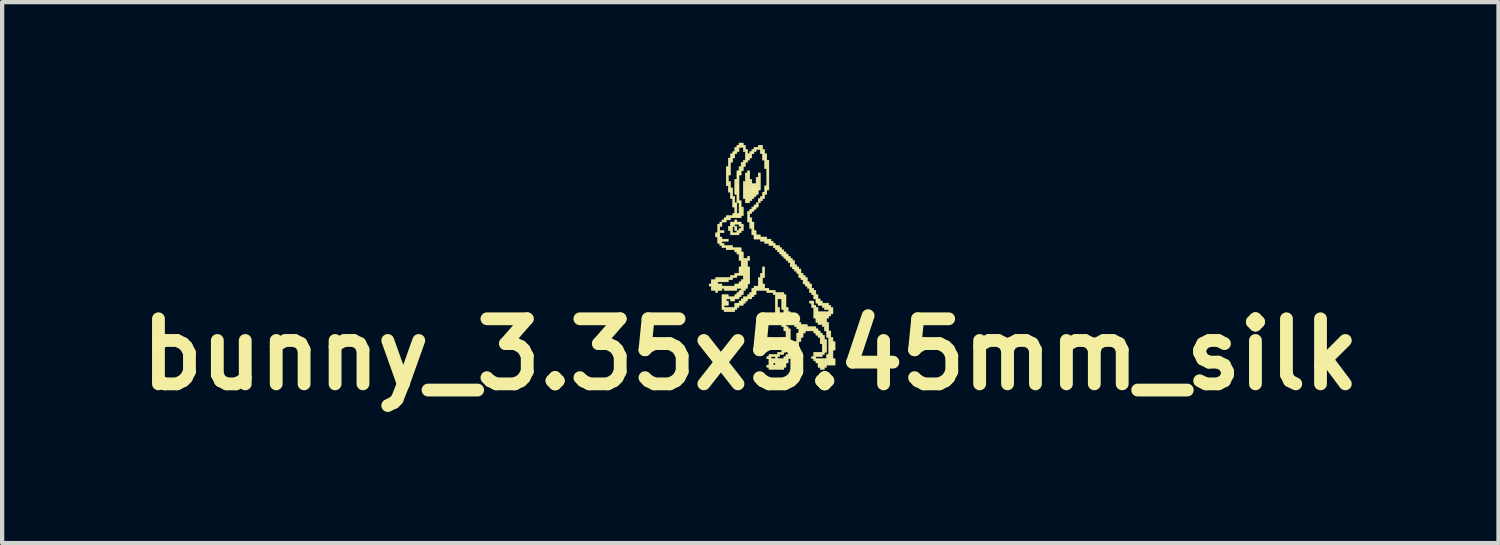
<source format=kicad_pcb>
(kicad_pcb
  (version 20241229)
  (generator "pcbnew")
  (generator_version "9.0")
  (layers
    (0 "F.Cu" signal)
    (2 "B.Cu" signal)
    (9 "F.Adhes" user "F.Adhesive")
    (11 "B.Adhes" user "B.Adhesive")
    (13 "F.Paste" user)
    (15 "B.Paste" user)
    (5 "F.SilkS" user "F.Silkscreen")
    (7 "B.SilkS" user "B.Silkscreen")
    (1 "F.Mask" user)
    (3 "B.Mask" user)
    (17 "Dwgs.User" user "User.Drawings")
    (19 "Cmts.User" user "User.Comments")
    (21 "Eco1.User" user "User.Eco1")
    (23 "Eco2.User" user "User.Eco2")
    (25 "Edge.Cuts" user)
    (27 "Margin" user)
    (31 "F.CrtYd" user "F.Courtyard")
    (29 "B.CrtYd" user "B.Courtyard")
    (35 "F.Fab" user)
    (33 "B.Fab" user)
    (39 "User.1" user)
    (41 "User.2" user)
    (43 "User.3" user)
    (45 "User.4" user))
  (footprint "bunny_3.35x5.45mm_silk"
    (layer "F.Cu")
    (at 14.522 0.25)
    (property "Reference" "bunny_3.35x5.45mm_silk" (at 0 5 0) (layer "F.SilkS") (effects (font (size 1.524 1.524) (thickness 0.3))))
    (attr through_hole)
    (fp_poly (pts (xy -0.965 3.35) (xy -0.915 3.35) (xy -0.915 3.4) (xy -0.965 3.4) (xy -0.965 3.35)) (stroke (width 0.01) (type solid)) (fill yes) (layer "F.SilkS"))
    (fp_poly (pts (xy -0.915 3.25) (xy -0.865 3.25) (xy -0.865 3.3) (xy -0.915 3.3) (xy -0.915 3.25)) (stroke (width 0.01) (type solid)) (fill yes) (layer "F.SilkS"))
    (fp_poly (pts (xy -0.915 3.3) (xy -0.865 3.3) (xy -0.865 3.35) (xy -0.915 3.35) (xy -0.915 3.3)) (stroke (width 0.01) (type solid)) (fill yes) (layer "F.SilkS"))
    (fp_poly (pts (xy -0.915 3.35) (xy -0.865 3.35) (xy -0.865 3.4) (xy -0.915 3.4) (xy -0.915 3.35)) (stroke (width 0.01) (type solid)) (fill yes) (layer "F.SilkS"))
    (fp_poly (pts (xy -0.915 3.4) (xy -0.865 3.4) (xy -0.865 3.45) (xy -0.915 3.45) (xy -0.915 3.4)) (stroke (width 0.01) (type solid)) (fill yes) (layer "F.SilkS"))
    (fp_poly (pts (xy -0.915 3.45) (xy -0.865 3.45) (xy -0.865 3.5) (xy -0.915 3.5) (xy -0.915 3.45)) (stroke (width 0.01) (type solid)) (fill yes) (layer "F.SilkS"))
    (fp_poly (pts (xy -0.865 3.25) (xy -0.815 3.25) (xy -0.815 3.3) (xy -0.865 3.3) (xy -0.865 3.25)) (stroke (width 0.01) (type solid)) (fill yes) (layer "F.SilkS"))
    (fp_poly (pts (xy -0.865 3.3) (xy -0.815 3.3) (xy -0.815 3.35) (xy -0.865 3.35) (xy -0.865 3.3)) (stroke (width 0.01) (type solid)) (fill yes) (layer "F.SilkS"))
    (fp_poly (pts (xy -0.865 3.35) (xy -0.815 3.35) (xy -0.815 3.4) (xy -0.865 3.4) (xy -0.865 3.35)) (stroke (width 0.01) (type solid)) (fill yes) (layer "F.SilkS"))
    (fp_poly (pts (xy -0.865 3.4) (xy -0.815 3.4) (xy -0.815 3.45) (xy -0.865 3.45) (xy -0.865 3.4)) (stroke (width 0.01) (type solid)) (fill yes) (layer "F.SilkS"))
    (fp_poly (pts (xy -0.865 3.45) (xy -0.815 3.45) (xy -0.815 3.5) (xy -0.865 3.5) (xy -0.865 3.45)) (stroke (width 0.01) (type solid)) (fill yes) (layer "F.SilkS"))
    (fp_poly (pts (xy -0.815 2.15) (xy -0.765 2.15) (xy -0.765 2.2) (xy -0.815 2.2) (xy -0.815 2.15)) (stroke (width 0.01) (type solid)) (fill yes) (layer "F.SilkS"))
    (fp_poly (pts (xy -0.815 2.2) (xy -0.765 2.2) (xy -0.765 2.25) (xy -0.815 2.25) (xy -0.815 2.2)) (stroke (width 0.01) (type solid)) (fill yes) (layer "F.SilkS"))
    (fp_poly (pts (xy -0.815 3.2) (xy -0.765 3.2) (xy -0.765 3.25) (xy -0.815 3.25) (xy -0.815 3.2)) (stroke (width 0.01) (type solid)) (fill yes) (layer "F.SilkS"))
    (fp_poly (pts (xy -0.815 3.25) (xy -0.765 3.25) (xy -0.765 3.3) (xy -0.815 3.3) (xy -0.815 3.25)) (stroke (width 0.01) (type solid)) (fill yes) (layer "F.SilkS"))
    (fp_poly (pts (xy -0.815 3.3) (xy -0.765 3.3) (xy -0.765 3.35) (xy -0.815 3.35) (xy -0.815 3.3)) (stroke (width 0.01) (type solid)) (fill yes) (layer "F.SilkS"))
    (fp_poly (pts (xy -0.815 3.35) (xy -0.765 3.35) (xy -0.765 3.4) (xy -0.815 3.4) (xy -0.815 3.35)) (stroke (width 0.01) (type solid)) (fill yes) (layer "F.SilkS"))
    (fp_poly (pts (xy -0.815 3.4) (xy -0.765 3.4) (xy -0.765 3.45) (xy -0.815 3.45) (xy -0.815 3.4)) (stroke (width 0.01) (type solid)) (fill yes) (layer "F.SilkS"))
    (fp_poly (pts (xy -0.815 3.45) (xy -0.765 3.45) (xy -0.765 3.5) (xy -0.815 3.5) (xy -0.815 3.45)) (stroke (width 0.01) (type solid)) (fill yes) (layer "F.SilkS"))
    (fp_poly (pts (xy -0.815 3.5) (xy -0.765 3.5) (xy -0.765 3.55) (xy -0.815 3.55) (xy -0.815 3.5)) (stroke (width 0.01) (type solid)) (fill yes) (layer "F.SilkS"))
    (fp_poly (pts (xy -0.765 1.95) (xy -0.715 1.95) (xy -0.715 2) (xy -0.765 2) (xy -0.765 1.95)) (stroke (width 0.01) (type solid)) (fill yes) (layer "F.SilkS"))
    (fp_poly (pts (xy -0.765 2) (xy -0.715 2) (xy -0.715 2.05) (xy -0.765 2.05) (xy -0.765 2)) (stroke (width 0.01) (type solid)) (fill yes) (layer "F.SilkS"))
    (fp_poly (pts (xy -0.765 2.05) (xy -0.715 2.05) (xy -0.715 2.1) (xy -0.765 2.1) (xy -0.765 2.05)) (stroke (width 0.01) (type solid)) (fill yes) (layer "F.SilkS"))
    (fp_poly (pts (xy -0.765 2.1) (xy -0.715 2.1) (xy -0.715 2.15) (xy -0.765 2.15) (xy -0.765 2.1)) (stroke (width 0.01) (type solid)) (fill yes) (layer "F.SilkS"))
    (fp_poly (pts (xy -0.765 2.15) (xy -0.715 2.15) (xy -0.715 2.2) (xy -0.765 2.2) (xy -0.765 2.15)) (stroke (width 0.01) (type solid)) (fill yes) (layer "F.SilkS"))
    (fp_poly (pts (xy -0.765 2.2) (xy -0.715 2.2) (xy -0.715 2.25) (xy -0.765 2.25) (xy -0.765 2.2)) (stroke (width 0.01) (type solid)) (fill yes) (layer "F.SilkS"))
    (fp_poly (pts (xy -0.765 2.25) (xy -0.715 2.25) (xy -0.715 2.3) (xy -0.765 2.3) (xy -0.765 2.25)) (stroke (width 0.01) (type solid)) (fill yes) (layer "F.SilkS"))
    (fp_poly (pts (xy -0.765 2.3) (xy -0.715 2.3) (xy -0.715 2.35) (xy -0.765 2.35) (xy -0.765 2.3)) (stroke (width 0.01) (type solid)) (fill yes) (layer "F.SilkS"))
    (fp_poly (pts (xy -0.765 2.35) (xy -0.715 2.35) (xy -0.715 2.4) (xy -0.765 2.4) (xy -0.765 2.35)) (stroke (width 0.01) (type solid)) (fill yes) (layer "F.SilkS"))
    (fp_poly (pts (xy -0.765 3.2) (xy -0.715 3.2) (xy -0.715 3.25) (xy -0.765 3.25) (xy -0.765 3.2)) (stroke (width 0.01) (type solid)) (fill yes) (layer "F.SilkS"))
    (fp_poly (pts (xy -0.765 3.25) (xy -0.715 3.25) (xy -0.715 3.3) (xy -0.765 3.3) (xy -0.765 3.25)) (stroke (width 0.01) (type solid)) (fill yes) (layer "F.SilkS"))
    (fp_poly (pts (xy -0.765 3.35) (xy -0.715 3.35) (xy -0.715 3.4) (xy -0.765 3.4) (xy -0.765 3.35)) (stroke (width 0.01) (type solid)) (fill yes) (layer "F.SilkS"))
    (fp_poly (pts (xy -0.765 3.4) (xy -0.715 3.4) (xy -0.715 3.45) (xy -0.765 3.45) (xy -0.765 3.4)) (stroke (width 0.01) (type solid)) (fill yes) (layer "F.SilkS"))
    (fp_poly (pts (xy -0.765 3.45) (xy -0.715 3.45) (xy -0.715 3.5) (xy -0.765 3.5) (xy -0.765 3.45)) (stroke (width 0.01) (type solid)) (fill yes) (layer "F.SilkS"))
    (fp_poly (pts (xy -0.715 1.9) (xy -0.665 1.9) (xy -0.665 1.95) (xy -0.715 1.95) (xy -0.715 1.9)) (stroke (width 0.01) (type solid)) (fill yes) (layer "F.SilkS"))
    (fp_poly (pts (xy -0.715 1.95) (xy -0.665 1.95) (xy -0.665 2) (xy -0.715 2) (xy -0.715 1.95)) (stroke (width 0.01) (type solid)) (fill yes) (layer "F.SilkS"))
    (fp_poly (pts (xy -0.715 2.1) (xy -0.665 2.1) (xy -0.665 2.15) (xy -0.715 2.15) (xy -0.715 2.1)) (stroke (width 0.01) (type solid)) (fill yes) (layer "F.SilkS"))
    (fp_poly (pts (xy -0.715 2.25) (xy -0.665 2.25) (xy -0.665 2.3) (xy -0.715 2.3) (xy -0.715 2.25)) (stroke (width 0.01) (type solid)) (fill yes) (layer "F.SilkS"))
    (fp_poly (pts (xy -0.715 2.3) (xy -0.665 2.3) (xy -0.665 2.35) (xy -0.715 2.35) (xy -0.715 2.3)) (stroke (width 0.01) (type solid)) (fill yes) (layer "F.SilkS"))
    (fp_poly (pts (xy -0.715 2.35) (xy -0.665 2.35) (xy -0.665 2.4) (xy -0.715 2.4) (xy -0.715 2.35)) (stroke (width 0.01) (type solid)) (fill yes) (layer "F.SilkS"))
    (fp_poly (pts (xy -0.715 2.4) (xy -0.665 2.4) (xy -0.665 2.45) (xy -0.715 2.45) (xy -0.715 2.4)) (stroke (width 0.01) (type solid)) (fill yes) (layer "F.SilkS"))
    (fp_poly (pts (xy -0.715 3.2) (xy -0.665 3.2) (xy -0.665 3.25) (xy -0.715 3.25) (xy -0.715 3.2)) (stroke (width 0.01) (type solid)) (fill yes) (layer "F.SilkS"))
    (fp_poly (pts (xy -0.715 3.25) (xy -0.665 3.25) (xy -0.665 3.3) (xy -0.715 3.3) (xy -0.715 3.25)) (stroke (width 0.01) (type solid)) (fill yes) (layer "F.SilkS"))
    (fp_poly (pts (xy -0.715 3.35) (xy -0.665 3.35) (xy -0.665 3.4) (xy -0.715 3.4) (xy -0.715 3.35)) (stroke (width 0.01) (type solid)) (fill yes) (layer "F.SilkS"))
    (fp_poly (pts (xy -0.715 3.4) (xy -0.665 3.4) (xy -0.665 3.45) (xy -0.715 3.45) (xy -0.715 3.4)) (stroke (width 0.01) (type solid)) (fill yes) (layer "F.SilkS"))
    (fp_poly (pts (xy -0.715 3.45) (xy -0.665 3.45) (xy -0.665 3.5) (xy -0.715 3.5) (xy -0.715 3.45)) (stroke (width 0.01) (type solid)) (fill yes) (layer "F.SilkS"))
    (fp_poly (pts (xy -0.665 1.85) (xy -0.615 1.85) (xy -0.615 1.9) (xy -0.665 1.9) (xy -0.665 1.85)) (stroke (width 0.01) (type solid)) (fill yes) (layer "F.SilkS"))
    (fp_poly (pts (xy -0.665 2.1) (xy -0.615 2.1) (xy -0.615 2.15) (xy -0.665 2.15) (xy -0.665 2.1)) (stroke (width 0.01) (type solid)) (fill yes) (layer "F.SilkS"))
    (fp_poly (pts (xy -0.665 2.3) (xy -0.615 2.3) (xy -0.615 2.35) (xy -0.665 2.35) (xy -0.665 2.3)) (stroke (width 0.01) (type solid)) (fill yes) (layer "F.SilkS"))
    (fp_poly (pts (xy -0.665 2.4) (xy -0.615 2.4) (xy -0.615 2.45) (xy -0.665 2.45) (xy -0.665 2.4)) (stroke (width 0.01) (type solid)) (fill yes) (layer "F.SilkS"))
    (fp_poly (pts (xy -0.665 2.45) (xy -0.615 2.45) (xy -0.615 2.5) (xy -0.665 2.5) (xy -0.665 2.45)) (stroke (width 0.01) (type solid)) (fill yes) (layer "F.SilkS"))
    (fp_poly (pts (xy -0.665 3.2) (xy -0.615 3.2) (xy -0.615 3.25) (xy -0.665 3.25) (xy -0.665 3.2)) (stroke (width 0.01) (type solid)) (fill yes) (layer "F.SilkS"))
    (fp_poly (pts (xy -0.665 3.25) (xy -0.615 3.25) (xy -0.615 3.3) (xy -0.665 3.3) (xy -0.665 3.25)) (stroke (width 0.01) (type solid)) (fill yes) (layer "F.SilkS"))
    (fp_poly (pts (xy -0.665 3.4) (xy -0.615 3.4) (xy -0.615 3.45) (xy -0.665 3.45) (xy -0.665 3.4)) (stroke (width 0.01) (type solid)) (fill yes) (layer "F.SilkS"))
    (fp_poly (pts (xy -0.665 3.6) (xy -0.615 3.6) (xy -0.615 3.65) (xy -0.665 3.65) (xy -0.665 3.6)) (stroke (width 0.01) (type solid)) (fill yes) (layer "F.SilkS"))
    (fp_poly (pts (xy -0.665 3.65) (xy -0.615 3.65) (xy -0.615 3.7) (xy -0.665 3.7) (xy -0.665 3.65)) (stroke (width 0.01) (type solid)) (fill yes) (layer "F.SilkS"))
    (fp_poly (pts (xy -0.665 3.7) (xy -0.615 3.7) (xy -0.615 3.75) (xy -0.665 3.75) (xy -0.665 3.7)) (stroke (width 0.01) (type solid)) (fill yes) (layer "F.SilkS"))
    (fp_poly (pts (xy -0.665 3.75) (xy -0.615 3.75) (xy -0.615 3.8) (xy -0.665 3.8) (xy -0.665 3.75)) (stroke (width 0.01) (type solid)) (fill yes) (layer "F.SilkS"))
    (fp_poly (pts (xy -0.665 3.8) (xy -0.615 3.8) (xy -0.615 3.85) (xy -0.665 3.85) (xy -0.665 3.8)) (stroke (width 0.01) (type solid)) (fill yes) (layer "F.SilkS"))
    (fp_poly (pts (xy -0.665 3.85) (xy -0.615 3.85) (xy -0.615 3.9) (xy -0.665 3.9) (xy -0.665 3.85)) (stroke (width 0.01) (type solid)) (fill yes) (layer "F.SilkS"))
    (fp_poly (pts (xy -0.665 3.9) (xy -0.615 3.9) (xy -0.615 3.95) (xy -0.665 3.95) (xy -0.665 3.9)) (stroke (width 0.01) (type solid)) (fill yes) (layer "F.SilkS"))
    (fp_poly (pts (xy -0.615 1.8) (xy -0.565 1.8) (xy -0.565 1.85) (xy -0.615 1.85) (xy -0.615 1.8)) (stroke (width 0.01) (type solid)) (fill yes) (layer "F.SilkS"))
    (fp_poly (pts (xy -0.615 1.85) (xy -0.565 1.85) (xy -0.565 1.9) (xy -0.615 1.9) (xy -0.615 1.85)) (stroke (width 0.01) (type solid)) (fill yes) (layer "F.SilkS"))
    (fp_poly (pts (xy -0.615 2.3) (xy -0.565 2.3) (xy -0.565 2.35) (xy -0.615 2.35) (xy -0.615 2.3)) (stroke (width 0.01) (type solid)) (fill yes) (layer "F.SilkS"))
    (fp_poly (pts (xy -0.615 2.45) (xy -0.565 2.45) (xy -0.565 2.5) (xy -0.615 2.5) (xy -0.615 2.45)) (stroke (width 0.01) (type solid)) (fill yes) (layer "F.SilkS"))
    (fp_poly (pts (xy -0.615 3.2) (xy -0.565 3.2) (xy -0.565 3.25) (xy -0.615 3.25) (xy -0.615 3.2)) (stroke (width 0.01) (type solid)) (fill yes) (layer "F.SilkS"))
    (fp_poly (pts (xy -0.615 3.25) (xy -0.565 3.25) (xy -0.565 3.3) (xy -0.615 3.3) (xy -0.615 3.25)) (stroke (width 0.01) (type solid)) (fill yes) (layer "F.SilkS"))
    (fp_poly (pts (xy -0.615 3.4) (xy -0.565 3.4) (xy -0.565 3.45) (xy -0.615 3.45) (xy -0.615 3.4)) (stroke (width 0.01) (type solid)) (fill yes) (layer "F.SilkS"))
    (fp_poly (pts (xy -0.615 3.45) (xy -0.565 3.45) (xy -0.565 3.5) (xy -0.615 3.5) (xy -0.615 3.45)) (stroke (width 0.01) (type solid)) (fill yes) (layer "F.SilkS"))
    (fp_poly (pts (xy -0.615 3.6) (xy -0.565 3.6) (xy -0.565 3.65) (xy -0.615 3.65) (xy -0.615 3.6)) (stroke (width 0.01) (type solid)) (fill yes) (layer "F.SilkS"))
    (fp_poly (pts (xy -0.615 3.65) (xy -0.565 3.65) (xy -0.565 3.7) (xy -0.615 3.7) (xy -0.615 3.65)) (stroke (width 0.01) (type solid)) (fill yes) (layer "F.SilkS"))
    (fp_poly (pts (xy -0.615 3.7) (xy -0.565 3.7) (xy -0.565 3.75) (xy -0.615 3.75) (xy -0.615 3.7)) (stroke (width 0.01) (type solid)) (fill yes) (layer "F.SilkS"))
    (fp_poly (pts (xy -0.615 3.75) (xy -0.565 3.75) (xy -0.565 3.8) (xy -0.615 3.8) (xy -0.615 3.75)) (stroke (width 0.01) (type solid)) (fill yes) (layer "F.SilkS"))
    (fp_poly (pts (xy -0.615 3.8) (xy -0.565 3.8) (xy -0.565 3.85) (xy -0.615 3.85) (xy -0.615 3.8)) (stroke (width 0.01) (type solid)) (fill yes) (layer "F.SilkS"))
    (fp_poly (pts (xy -0.615 3.9) (xy -0.565 3.9) (xy -0.565 3.95) (xy -0.615 3.95) (xy -0.615 3.9)) (stroke (width 0.01) (type solid)) (fill yes) (layer "F.SilkS"))
    (fp_poly (pts (xy -0.615 3.95) (xy -0.565 3.95) (xy -0.565 4) (xy -0.615 4) (xy -0.615 3.95)) (stroke (width 0.01) (type solid)) (fill yes) (layer "F.SilkS"))
    (fp_poly (pts (xy -0.565 0.6) (xy -0.515 0.6) (xy -0.515 0.65) (xy -0.565 0.65) (xy -0.565 0.6)) (stroke (width 0.01) (type solid)) (fill yes) (layer "F.SilkS"))
    (fp_poly (pts (xy -0.565 0.65) (xy -0.515 0.65) (xy -0.515 0.7) (xy -0.565 0.7) (xy -0.565 0.65)) (stroke (width 0.01) (type solid)) (fill yes) (layer "F.SilkS"))
    (fp_poly (pts (xy -0.565 0.7) (xy -0.515 0.7) (xy -0.515 0.75) (xy -0.565 0.75) (xy -0.565 0.7)) (stroke (width 0.01) (type solid)) (fill yes) (layer "F.SilkS"))
    (fp_poly (pts (xy -0.565 0.75) (xy -0.515 0.75) (xy -0.515 0.8) (xy -0.565 0.8) (xy -0.565 0.75)) (stroke (width 0.01) (type solid)) (fill yes) (layer "F.SilkS"))
    (fp_poly (pts (xy -0.565 0.8) (xy -0.515 0.8) (xy -0.515 0.85) (xy -0.565 0.85) (xy -0.565 0.8)) (stroke (width 0.01) (type solid)) (fill yes) (layer "F.SilkS"))
    (fp_poly (pts (xy -0.565 0.85) (xy -0.515 0.85) (xy -0.515 0.9) (xy -0.565 0.9) (xy -0.565 0.85)) (stroke (width 0.01) (type solid)) (fill yes) (layer "F.SilkS"))
    (fp_poly (pts (xy -0.565 0.9) (xy -0.515 0.9) (xy -0.515 0.95) (xy -0.565 0.95) (xy -0.565 0.9)) (stroke (width 0.01) (type solid)) (fill yes) (layer "F.SilkS"))
    (fp_poly (pts (xy -0.565 0.95) (xy -0.515 0.95) (xy -0.515 1) (xy -0.565 1) (xy -0.565 0.95)) (stroke (width 0.01) (type solid)) (fill yes) (layer "F.SilkS"))
    (fp_poly (pts (xy -0.565 1) (xy -0.515 1) (xy -0.515 1.05) (xy -0.565 1.05) (xy -0.565 1)) (stroke (width 0.01) (type solid)) (fill yes) (layer "F.SilkS"))
    (fp_poly (pts (xy -0.565 1.75) (xy -0.515 1.75) (xy -0.515 1.8) (xy -0.565 1.8) (xy -0.565 1.75)) (stroke (width 0.01) (type solid)) (fill yes) (layer "F.SilkS"))
    (fp_poly (pts (xy -0.565 1.8) (xy -0.515 1.8) (xy -0.515 1.85) (xy -0.565 1.85) (xy -0.565 1.8)) (stroke (width 0.01) (type solid)) (fill yes) (layer "F.SilkS"))
    (fp_poly (pts (xy -0.565 2.3) (xy -0.515 2.3) (xy -0.515 2.35) (xy -0.565 2.35) (xy -0.565 2.3)) (stroke (width 0.01) (type solid)) (fill yes) (layer "F.SilkS"))
    (fp_poly (pts (xy -0.565 2.45) (xy -0.515 2.45) (xy -0.515 2.5) (xy -0.565 2.5) (xy -0.565 2.45)) (stroke (width 0.01) (type solid)) (fill yes) (layer "F.SilkS"))
    (fp_poly (pts (xy -0.565 2.5) (xy -0.515 2.5) (xy -0.515 2.55) (xy -0.565 2.55) (xy -0.565 2.5)) (stroke (width 0.01) (type solid)) (fill yes) (layer "F.SilkS"))
    (fp_poly (pts (xy -0.565 3.2) (xy -0.515 3.2) (xy -0.515 3.25) (xy -0.565 3.25) (xy -0.565 3.2)) (stroke (width 0.01) (type solid)) (fill yes) (layer "F.SilkS"))
    (fp_poly (pts (xy -0.565 3.25) (xy -0.515 3.25) (xy -0.515 3.3) (xy -0.565 3.3) (xy -0.565 3.25)) (stroke (width 0.01) (type solid)) (fill yes) (layer "F.SilkS"))
    (fp_poly (pts (xy -0.565 3.4) (xy -0.515 3.4) (xy -0.515 3.45) (xy -0.565 3.45) (xy -0.565 3.4)) (stroke (width 0.01) (type solid)) (fill yes) (layer "F.SilkS"))
    (fp_poly (pts (xy -0.565 3.45) (xy -0.515 3.45) (xy -0.515 3.5) (xy -0.565 3.5) (xy -0.565 3.45)) (stroke (width 0.01) (type solid)) (fill yes) (layer "F.SilkS"))
    (fp_poly (pts (xy -0.565 3.6) (xy -0.515 3.6) (xy -0.515 3.65) (xy -0.565 3.65) (xy -0.565 3.6)) (stroke (width 0.01) (type solid)) (fill yes) (layer "F.SilkS"))
    (fp_poly (pts (xy -0.565 3.65) (xy -0.515 3.65) (xy -0.515 3.7) (xy -0.565 3.7) (xy -0.565 3.65)) (stroke (width 0.01) (type solid)) (fill yes) (layer "F.SilkS"))
    (fp_poly (pts (xy -0.565 3.75) (xy -0.515 3.75) (xy -0.515 3.8) (xy -0.565 3.8) (xy -0.565 3.75)) (stroke (width 0.01) (type solid)) (fill yes) (layer "F.SilkS"))
    (fp_poly (pts (xy -0.565 3.8) (xy -0.515 3.8) (xy -0.515 3.85) (xy -0.565 3.85) (xy -0.565 3.8)) (stroke (width 0.01) (type solid)) (fill yes) (layer "F.SilkS"))
    (fp_poly (pts (xy -0.565 3.9) (xy -0.515 3.9) (xy -0.515 3.95) (xy -0.565 3.95) (xy -0.565 3.9)) (stroke (width 0.01) (type solid)) (fill yes) (layer "F.SilkS"))
    (fp_poly (pts (xy -0.565 3.95) (xy -0.515 3.95) (xy -0.515 4) (xy -0.565 4) (xy -0.565 3.95)) (stroke (width 0.01) (type solid)) (fill yes) (layer "F.SilkS"))
    (fp_poly (pts (xy -0.515 0.4) (xy -0.465 0.4) (xy -0.465 0.45) (xy -0.515 0.45) (xy -0.515 0.4)) (stroke (width 0.01) (type solid)) (fill yes) (layer "F.SilkS"))
    (fp_poly (pts (xy -0.515 0.45) (xy -0.465 0.45) (xy -0.465 0.5) (xy -0.515 0.5) (xy -0.515 0.45)) (stroke (width 0.01) (type solid)) (fill yes) (layer "F.SilkS"))
    (fp_poly (pts (xy -0.515 0.5) (xy -0.465 0.5) (xy -0.465 0.55) (xy -0.515 0.55) (xy -0.515 0.5)) (stroke (width 0.01) (type solid)) (fill yes) (layer "F.SilkS"))
    (fp_poly (pts (xy -0.515 0.55) (xy -0.465 0.55) (xy -0.465 0.6) (xy -0.515 0.6) (xy -0.515 0.55)) (stroke (width 0.01) (type solid)) (fill yes) (layer "F.SilkS"))
    (fp_poly (pts (xy -0.515 0.6) (xy -0.465 0.6) (xy -0.465 0.65) (xy -0.515 0.65) (xy -0.515 0.6)) (stroke (width 0.01) (type solid)) (fill yes) (layer "F.SilkS"))
    (fp_poly (pts (xy -0.515 0.65) (xy -0.465 0.65) (xy -0.465 0.7) (xy -0.515 0.7) (xy -0.515 0.65)) (stroke (width 0.01) (type solid)) (fill yes) (layer "F.SilkS"))
    (fp_poly (pts (xy -0.515 0.7) (xy -0.465 0.7) (xy -0.465 0.75) (xy -0.515 0.75) (xy -0.515 0.7)) (stroke (width 0.01) (type solid)) (fill yes) (layer "F.SilkS"))
    (fp_poly (pts (xy -0.515 0.75) (xy -0.465 0.75) (xy -0.465 0.8) (xy -0.515 0.8) (xy -0.515 0.75)) (stroke (width 0.01) (type solid)) (fill yes) (layer "F.SilkS"))
    (fp_poly (pts (xy -0.515 0.95) (xy -0.465 0.95) (xy -0.465 1) (xy -0.515 1) (xy -0.515 0.95)) (stroke (width 0.01) (type solid)) (fill yes) (layer "F.SilkS"))
    (fp_poly (pts (xy -0.515 1) (xy -0.465 1) (xy -0.465 1.05) (xy -0.515 1.05) (xy -0.515 1)) (stroke (width 0.01) (type solid)) (fill yes) (layer "F.SilkS"))
    (fp_poly (pts (xy -0.515 1.05) (xy -0.465 1.05) (xy -0.465 1.1) (xy -0.515 1.1) (xy -0.515 1.05)) (stroke (width 0.01) (type solid)) (fill yes) (layer "F.SilkS"))
    (fp_poly (pts (xy -0.515 1.1) (xy -0.465 1.1) (xy -0.465 1.15) (xy -0.515 1.15) (xy -0.515 1.1)) (stroke (width 0.01) (type solid)) (fill yes) (layer "F.SilkS"))
    (fp_poly (pts (xy -0.515 1.15) (xy -0.465 1.15) (xy -0.465 1.2) (xy -0.515 1.2) (xy -0.515 1.15)) (stroke (width 0.01) (type solid)) (fill yes) (layer "F.SilkS"))
    (fp_poly (pts (xy -0.515 1.75) (xy -0.465 1.75) (xy -0.465 1.8) (xy -0.515 1.8) (xy -0.515 1.75)) (stroke (width 0.01) (type solid)) (fill yes) (layer "F.SilkS"))
    (fp_poly (pts (xy -0.515 1.8) (xy -0.465 1.8) (xy -0.465 1.85) (xy -0.515 1.85) (xy -0.515 1.8)) (stroke (width 0.01) (type solid)) (fill yes) (layer "F.SilkS"))
    (fp_poly (pts (xy -0.515 2) (xy -0.465 2) (xy -0.465 2.05) (xy -0.515 2.05) (xy -0.515 2)) (stroke (width 0.01) (type solid)) (fill yes) (layer "F.SilkS"))
    (fp_poly (pts (xy -0.515 2.05) (xy -0.465 2.05) (xy -0.465 2.1) (xy -0.515 2.1) (xy -0.515 2.05)) (stroke (width 0.01) (type solid)) (fill yes) (layer "F.SilkS"))
    (fp_poly (pts (xy -0.515 2.45) (xy -0.465 2.45) (xy -0.465 2.5) (xy -0.515 2.5) (xy -0.515 2.45)) (stroke (width 0.01) (type solid)) (fill yes) (layer "F.SilkS"))
    (fp_poly (pts (xy -0.515 2.5) (xy -0.465 2.5) (xy -0.465 2.55) (xy -0.515 2.55) (xy -0.515 2.5)) (stroke (width 0.01) (type solid)) (fill yes) (layer "F.SilkS"))
    (fp_poly (pts (xy -0.515 3.2) (xy -0.465 3.2) (xy -0.465 3.25) (xy -0.515 3.25) (xy -0.515 3.2)) (stroke (width 0.01) (type solid)) (fill yes) (layer "F.SilkS"))
    (fp_poly (pts (xy -0.515 3.4) (xy -0.465 3.4) (xy -0.465 3.45) (xy -0.515 3.45) (xy -0.515 3.4)) (stroke (width 0.01) (type solid)) (fill yes) (layer "F.SilkS"))
    (fp_poly (pts (xy -0.515 3.45) (xy -0.465 3.45) (xy -0.465 3.5) (xy -0.515 3.5) (xy -0.515 3.45)) (stroke (width 0.01) (type solid)) (fill yes) (layer "F.SilkS"))
    (fp_poly (pts (xy -0.515 3.65) (xy -0.465 3.65) (xy -0.465 3.7) (xy -0.515 3.7) (xy -0.515 3.65)) (stroke (width 0.01) (type solid)) (fill yes) (layer "F.SilkS"))
    (fp_poly (pts (xy -0.515 3.9) (xy -0.465 3.9) (xy -0.465 3.95) (xy -0.515 3.95) (xy -0.515 3.9)) (stroke (width 0.01) (type solid)) (fill yes) (layer "F.SilkS"))
    (fp_poly (pts (xy -0.515 3.95) (xy -0.465 3.95) (xy -0.465 4) (xy -0.515 4) (xy -0.515 3.95)) (stroke (width 0.01) (type solid)) (fill yes) (layer "F.SilkS"))
    (fp_poly (pts (xy -0.465 0.3) (xy -0.415 0.3) (xy -0.415 0.35) (xy -0.465 0.35) (xy -0.465 0.3)) (stroke (width 0.01) (type solid)) (fill yes) (layer "F.SilkS"))
    (fp_poly (pts (xy -0.465 0.35) (xy -0.415 0.35) (xy -0.415 0.4) (xy -0.465 0.4) (xy -0.465 0.35)) (stroke (width 0.01) (type solid)) (fill yes) (layer "F.SilkS"))
    (fp_poly (pts (xy -0.465 0.4) (xy -0.415 0.4) (xy -0.415 0.45) (xy -0.465 0.45) (xy -0.465 0.4)) (stroke (width 0.01) (type solid)) (fill yes) (layer "F.SilkS"))
    (fp_poly (pts (xy -0.465 0.45) (xy -0.415 0.45) (xy -0.415 0.5) (xy -0.465 0.5) (xy -0.465 0.45)) (stroke (width 0.01) (type solid)) (fill yes) (layer "F.SilkS"))
    (fp_poly (pts (xy -0.465 1.1) (xy -0.415 1.1) (xy -0.415 1.15) (xy -0.465 1.15) (xy -0.465 1.1)) (stroke (width 0.01) (type solid)) (fill yes) (layer "F.SilkS"))
    (fp_poly (pts (xy -0.465 1.15) (xy -0.415 1.15) (xy -0.415 1.2) (xy -0.465 1.2) (xy -0.465 1.15)) (stroke (width 0.01) (type solid)) (fill yes) (layer "F.SilkS"))
    (fp_poly (pts (xy -0.465 1.2) (xy -0.415 1.2) (xy -0.415 1.25) (xy -0.465 1.25) (xy -0.465 1.2)) (stroke (width 0.01) (type solid)) (fill yes) (layer "F.SilkS"))
    (fp_poly (pts (xy -0.465 1.25) (xy -0.415 1.25) (xy -0.415 1.3) (xy -0.465 1.3) (xy -0.465 1.25)) (stroke (width 0.01) (type solid)) (fill yes) (layer "F.SilkS"))
    (fp_poly (pts (xy -0.465 1.3) (xy -0.415 1.3) (xy -0.415 1.35) (xy -0.465 1.35) (xy -0.465 1.3)) (stroke (width 0.01) (type solid)) (fill yes) (layer "F.SilkS"))
    (fp_poly (pts (xy -0.465 1.75) (xy -0.415 1.75) (xy -0.415 1.8) (xy -0.465 1.8) (xy -0.465 1.75)) (stroke (width 0.01) (type solid)) (fill yes) (layer "F.SilkS"))
    (fp_poly (pts (xy -0.465 1.9) (xy -0.415 1.9) (xy -0.415 1.95) (xy -0.465 1.95) (xy -0.465 1.9)) (stroke (width 0.01) (type solid)) (fill yes) (layer "F.SilkS"))
    (fp_poly (pts (xy -0.465 1.95) (xy -0.415 1.95) (xy -0.415 2) (xy -0.465 2) (xy -0.465 1.95)) (stroke (width 0.01) (type solid)) (fill yes) (layer "F.SilkS"))
    (fp_poly (pts (xy -0.465 2) (xy -0.415 2) (xy -0.415 2.05) (xy -0.465 2.05) (xy -0.465 2)) (stroke (width 0.01) (type solid)) (fill yes) (layer "F.SilkS"))
    (fp_poly (pts (xy -0.465 2.05) (xy -0.415 2.05) (xy -0.415 2.1) (xy -0.465 2.1) (xy -0.465 2.05)) (stroke (width 0.01) (type solid)) (fill yes) (layer "F.SilkS"))
    (fp_poly (pts (xy -0.465 2.1) (xy -0.415 2.1) (xy -0.415 2.15) (xy -0.465 2.15) (xy -0.465 2.1)) (stroke (width 0.01) (type solid)) (fill yes) (layer "F.SilkS"))
    (fp_poly (pts (xy -0.465 2.15) (xy -0.415 2.15) (xy -0.415 2.2) (xy -0.465 2.2) (xy -0.465 2.15)) (stroke (width 0.01) (type solid)) (fill yes) (layer "F.SilkS"))
    (fp_poly (pts (xy -0.465 2.45) (xy -0.415 2.45) (xy -0.415 2.5) (xy -0.465 2.5) (xy -0.465 2.45)) (stroke (width 0.01) (type solid)) (fill yes) (layer "F.SilkS"))
    (fp_poly (pts (xy -0.465 2.5) (xy -0.415 2.5) (xy -0.415 2.55) (xy -0.465 2.55) (xy -0.465 2.5)) (stroke (width 0.01) (type solid)) (fill yes) (layer "F.SilkS"))
    (fp_poly (pts (xy -0.465 3.15) (xy -0.415 3.15) (xy -0.415 3.2) (xy -0.465 3.2) (xy -0.465 3.15)) (stroke (width 0.01) (type solid)) (fill yes) (layer "F.SilkS"))
    (fp_poly (pts (xy -0.465 3.2) (xy -0.415 3.2) (xy -0.415 3.25) (xy -0.465 3.25) (xy -0.465 3.2)) (stroke (width 0.01) (type solid)) (fill yes) (layer "F.SilkS"))
    (fp_poly (pts (xy -0.465 3.4) (xy -0.415 3.4) (xy -0.415 3.45) (xy -0.465 3.45) (xy -0.465 3.4)) (stroke (width 0.01) (type solid)) (fill yes) (layer "F.SilkS"))
    (fp_poly (pts (xy -0.465 3.45) (xy -0.415 3.45) (xy -0.415 3.5) (xy -0.465 3.5) (xy -0.465 3.45)) (stroke (width 0.01) (type solid)) (fill yes) (layer "F.SilkS"))
    (fp_poly (pts (xy -0.465 3.65) (xy -0.415 3.65) (xy -0.415 3.7) (xy -0.465 3.7) (xy -0.465 3.65)) (stroke (width 0.01) (type solid)) (fill yes) (layer "F.SilkS"))
    (fp_poly (pts (xy -0.465 3.7) (xy -0.415 3.7) (xy -0.415 3.75) (xy -0.465 3.75) (xy -0.465 3.7)) (stroke (width 0.01) (type solid)) (fill yes) (layer "F.SilkS"))
    (fp_poly (pts (xy -0.465 3.9) (xy -0.415 3.9) (xy -0.415 3.95) (xy -0.465 3.95) (xy -0.465 3.9)) (stroke (width 0.01) (type solid)) (fill yes) (layer "F.SilkS"))
    (fp_poly (pts (xy -0.465 3.95) (xy -0.415 3.95) (xy -0.415 4) (xy -0.465 4) (xy -0.465 3.95)) (stroke (width 0.01) (type solid)) (fill yes) (layer "F.SilkS"))
    (fp_poly (pts (xy -0.415 0.25) (xy -0.365 0.25) (xy -0.365 0.3) (xy -0.415 0.3) (xy -0.415 0.25)) (stroke (width 0.01) (type solid)) (fill yes) (layer "F.SilkS"))
    (fp_poly (pts (xy -0.415 0.3) (xy -0.365 0.3) (xy -0.365 0.35) (xy -0.415 0.35) (xy -0.415 0.3)) (stroke (width 0.01) (type solid)) (fill yes) (layer "F.SilkS"))
    (fp_poly (pts (xy -0.415 0.35) (xy -0.365 0.35) (xy -0.365 0.4) (xy -0.415 0.4) (xy -0.415 0.35)) (stroke (width 0.01) (type solid)) (fill yes) (layer "F.SilkS"))
    (fp_poly (pts (xy -0.415 1.3) (xy -0.365 1.3) (xy -0.365 1.35) (xy -0.415 1.35) (xy -0.415 1.3)) (stroke (width 0.01) (type solid)) (fill yes) (layer "F.SilkS"))
    (fp_poly (pts (xy -0.415 1.35) (xy -0.365 1.35) (xy -0.365 1.4) (xy -0.415 1.4) (xy -0.415 1.35)) (stroke (width 0.01) (type solid)) (fill yes) (layer "F.SilkS"))
    (fp_poly (pts (xy -0.415 1.4) (xy -0.365 1.4) (xy -0.365 1.45) (xy -0.415 1.45) (xy -0.415 1.4)) (stroke (width 0.01) (type solid)) (fill yes) (layer "F.SilkS"))
    (fp_poly (pts (xy -0.415 1.45) (xy -0.365 1.45) (xy -0.365 1.5) (xy -0.415 1.5) (xy -0.415 1.45)) (stroke (width 0.01) (type solid)) (fill yes) (layer "F.SilkS"))
    (fp_poly (pts (xy -0.415 1.5) (xy -0.365 1.5) (xy -0.365 1.55) (xy -0.415 1.55) (xy -0.415 1.5)) (stroke (width 0.01) (type solid)) (fill yes) (layer "F.SilkS"))
    (fp_poly (pts (xy -0.415 1.7) (xy -0.365 1.7) (xy -0.365 1.75) (xy -0.415 1.75) (xy -0.415 1.7)) (stroke (width 0.01) (type solid)) (fill yes) (layer "F.SilkS"))
    (fp_poly (pts (xy -0.415 1.75) (xy -0.365 1.75) (xy -0.365 1.8) (xy -0.415 1.8) (xy -0.415 1.75)) (stroke (width 0.01) (type solid)) (fill yes) (layer "F.SilkS"))
    (fp_poly (pts (xy -0.415 1.9) (xy -0.365 1.9) (xy -0.365 1.95) (xy -0.415 1.95) (xy -0.415 1.9)) (stroke (width 0.01) (type solid)) (fill yes) (layer "F.SilkS"))
    (fp_poly (pts (xy -0.415 1.95) (xy -0.365 1.95) (xy -0.365 2) (xy -0.415 2) (xy -0.415 1.95)) (stroke (width 0.01) (type solid)) (fill yes) (layer "F.SilkS"))
    (fp_poly (pts (xy -0.415 2.15) (xy -0.365 2.15) (xy -0.365 2.2) (xy -0.415 2.2) (xy -0.415 2.15)) (stroke (width 0.01) (type solid)) (fill yes) (layer "F.SilkS"))
    (fp_poly (pts (xy -0.415 2.5) (xy -0.365 2.5) (xy -0.365 2.55) (xy -0.415 2.55) (xy -0.415 2.5)) (stroke (width 0.01) (type solid)) (fill yes) (layer "F.SilkS"))
    (fp_poly (pts (xy -0.415 3.15) (xy -0.365 3.15) (xy -0.365 3.2) (xy -0.415 3.2) (xy -0.415 3.15)) (stroke (width 0.01) (type solid)) (fill yes) (layer "F.SilkS"))
    (fp_poly (pts (xy -0.415 3.4) (xy -0.365 3.4) (xy -0.365 3.45) (xy -0.415 3.45) (xy -0.415 3.4)) (stroke (width 0.01) (type solid)) (fill yes) (layer "F.SilkS"))
    (fp_poly (pts (xy -0.415 3.45) (xy -0.365 3.45) (xy -0.365 3.5) (xy -0.415 3.5) (xy -0.415 3.45)) (stroke (width 0.01) (type solid)) (fill yes) (layer "F.SilkS"))
    (fp_poly (pts (xy -0.415 3.65) (xy -0.365 3.65) (xy -0.365 3.7) (xy -0.415 3.7) (xy -0.415 3.65)) (stroke (width 0.01) (type solid)) (fill yes) (layer "F.SilkS"))
    (fp_poly (pts (xy -0.415 3.7) (xy -0.365 3.7) (xy -0.365 3.75) (xy -0.415 3.75) (xy -0.415 3.7)) (stroke (width 0.01) (type solid)) (fill yes) (layer "F.SilkS"))
    (fp_poly (pts (xy -0.415 3.9) (xy -0.365 3.9) (xy -0.365 3.95) (xy -0.415 3.95) (xy -0.415 3.9)) (stroke (width 0.01) (type solid)) (fill yes) (layer "F.SilkS"))
    (fp_poly (pts (xy -0.415 3.95) (xy -0.365 3.95) (xy -0.365 4) (xy -0.415 4) (xy -0.415 3.95)) (stroke (width 0.01) (type solid)) (fill yes) (layer "F.SilkS"))
    (fp_poly (pts (xy -0.365 0.15) (xy -0.315 0.15) (xy -0.315 0.2) (xy -0.365 0.2) (xy -0.365 0.15)) (stroke (width 0.01) (type solid)) (fill yes) (layer "F.SilkS"))
    (fp_poly (pts (xy -0.365 0.2) (xy -0.315 0.2) (xy -0.315 0.25) (xy -0.365 0.25) (xy -0.365 0.2)) (stroke (width 0.01) (type solid)) (fill yes) (layer "F.SilkS"))
    (fp_poly (pts (xy -0.365 0.25) (xy -0.315 0.25) (xy -0.315 0.3) (xy -0.365 0.3) (xy -0.365 0.25)) (stroke (width 0.01) (type solid)) (fill yes) (layer "F.SilkS"))
    (fp_poly (pts (xy -0.365 0.9) (xy -0.315 0.9) (xy -0.315 0.95) (xy -0.365 0.95) (xy -0.365 0.9)) (stroke (width 0.01) (type solid)) (fill yes) (layer "F.SilkS"))
    (fp_poly (pts (xy -0.365 0.95) (xy -0.315 0.95) (xy -0.315 1) (xy -0.365 1) (xy -0.365 0.95)) (stroke (width 0.01) (type solid)) (fill yes) (layer "F.SilkS"))
    (fp_poly (pts (xy -0.365 1) (xy -0.315 1) (xy -0.315 1.05) (xy -0.365 1.05) (xy -0.365 1)) (stroke (width 0.01) (type solid)) (fill yes) (layer "F.SilkS"))
    (fp_poly (pts (xy -0.365 1.05) (xy -0.315 1.05) (xy -0.315 1.1) (xy -0.365 1.1) (xy -0.365 1.05)) (stroke (width 0.01) (type solid)) (fill yes) (layer "F.SilkS"))
    (fp_poly (pts (xy -0.365 1.1) (xy -0.315 1.1) (xy -0.315 1.15) (xy -0.365 1.15) (xy -0.365 1.1)) (stroke (width 0.01) (type solid)) (fill yes) (layer "F.SilkS"))
    (fp_poly (pts (xy -0.365 1.15) (xy -0.315 1.15) (xy -0.315 1.2) (xy -0.365 1.2) (xy -0.365 1.15)) (stroke (width 0.01) (type solid)) (fill yes) (layer "F.SilkS"))
    (fp_poly (pts (xy -0.365 1.2) (xy -0.315 1.2) (xy -0.315 1.25) (xy -0.365 1.25) (xy -0.365 1.2)) (stroke (width 0.01) (type solid)) (fill yes) (layer "F.SilkS"))
    (fp_poly (pts (xy -0.365 1.45) (xy -0.315 1.45) (xy -0.315 1.5) (xy -0.365 1.5) (xy -0.365 1.45)) (stroke (width 0.01) (type solid)) (fill yes) (layer "F.SilkS"))
    (fp_poly (pts (xy -0.365 1.5) (xy -0.315 1.5) (xy -0.315 1.55) (xy -0.365 1.55) (xy -0.365 1.5)) (stroke (width 0.01) (type solid)) (fill yes) (layer "F.SilkS"))
    (fp_poly (pts (xy -0.365 1.55) (xy -0.315 1.55) (xy -0.315 1.6) (xy -0.365 1.6) (xy -0.365 1.55)) (stroke (width 0.01) (type solid)) (fill yes) (layer "F.SilkS"))
    (fp_poly (pts (xy -0.365 1.6) (xy -0.315 1.6) (xy -0.315 1.65) (xy -0.365 1.65) (xy -0.365 1.6)) (stroke (width 0.01) (type solid)) (fill yes) (layer "F.SilkS"))
    (fp_poly (pts (xy -0.365 1.65) (xy -0.315 1.65) (xy -0.315 1.7) (xy -0.365 1.7) (xy -0.365 1.65)) (stroke (width 0.01) (type solid)) (fill yes) (layer "F.SilkS"))
    (fp_poly (pts (xy -0.365 1.7) (xy -0.315 1.7) (xy -0.315 1.75) (xy -0.365 1.75) (xy -0.365 1.7)) (stroke (width 0.01) (type solid)) (fill yes) (layer "F.SilkS"))
    (fp_poly (pts (xy -0.365 1.75) (xy -0.315 1.75) (xy -0.315 1.8) (xy -0.365 1.8) (xy -0.365 1.75)) (stroke (width 0.01) (type solid)) (fill yes) (layer "F.SilkS"))
    (fp_poly (pts (xy -0.365 1.85) (xy -0.315 1.85) (xy -0.315 1.9) (xy -0.365 1.9) (xy -0.365 1.85)) (stroke (width 0.01) (type solid)) (fill yes) (layer "F.SilkS"))
    (fp_poly (pts (xy -0.365 1.9) (xy -0.315 1.9) (xy -0.315 1.95) (xy -0.365 1.95) (xy -0.365 1.9)) (stroke (width 0.01) (type solid)) (fill yes) (layer "F.SilkS"))
    (fp_poly (pts (xy -0.365 2) (xy -0.315 2) (xy -0.315 2.05) (xy -0.365 2.05) (xy -0.365 2)) (stroke (width 0.01) (type solid)) (fill yes) (layer "F.SilkS"))
    (fp_poly (pts (xy -0.365 2.05) (xy -0.315 2.05) (xy -0.315 2.1) (xy -0.365 2.1) (xy -0.365 2.05)) (stroke (width 0.01) (type solid)) (fill yes) (layer "F.SilkS"))
    (fp_poly (pts (xy -0.365 2.15) (xy -0.315 2.15) (xy -0.315 2.2) (xy -0.365 2.2) (xy -0.365 2.15)) (stroke (width 0.01) (type solid)) (fill yes) (layer "F.SilkS"))
    (fp_poly (pts (xy -0.365 2.5) (xy -0.315 2.5) (xy -0.315 2.55) (xy -0.365 2.55) (xy -0.365 2.5)) (stroke (width 0.01) (type solid)) (fill yes) (layer "F.SilkS"))
    (fp_poly (pts (xy -0.365 2.55) (xy -0.315 2.55) (xy -0.315 2.6) (xy -0.365 2.6) (xy -0.365 2.55)) (stroke (width 0.01) (type solid)) (fill yes) (layer "F.SilkS"))
    (fp_poly (pts (xy -0.365 3.1) (xy -0.315 3.1) (xy -0.315 3.15) (xy -0.365 3.15) (xy -0.365 3.1)) (stroke (width 0.01) (type solid)) (fill yes) (layer "F.SilkS"))
    (fp_poly (pts (xy -0.365 3.15) (xy -0.315 3.15) (xy -0.315 3.2) (xy -0.365 3.2) (xy -0.365 3.15)) (stroke (width 0.01) (type solid)) (fill yes) (layer "F.SilkS"))
    (fp_poly (pts (xy -0.365 3.35) (xy -0.315 3.35) (xy -0.315 3.4) (xy -0.365 3.4) (xy -0.365 3.35)) (stroke (width 0.01) (type solid)) (fill yes) (layer "F.SilkS"))
    (fp_poly (pts (xy -0.365 3.4) (xy -0.315 3.4) (xy -0.315 3.45) (xy -0.365 3.45) (xy -0.365 3.4)) (stroke (width 0.01) (type solid)) (fill yes) (layer "F.SilkS"))
    (fp_poly (pts (xy -0.365 3.45) (xy -0.315 3.45) (xy -0.315 3.5) (xy -0.365 3.5) (xy -0.365 3.45)) (stroke (width 0.01) (type solid)) (fill yes) (layer "F.SilkS"))
    (fp_poly (pts (xy -0.365 3.6) (xy -0.315 3.6) (xy -0.315 3.65) (xy -0.365 3.65) (xy -0.365 3.6)) (stroke (width 0.01) (type solid)) (fill yes) (layer "F.SilkS"))
    (fp_poly (pts (xy -0.365 3.65) (xy -0.315 3.65) (xy -0.315 3.7) (xy -0.365 3.7) (xy -0.365 3.65)) (stroke (width 0.01) (type solid)) (fill yes) (layer "F.SilkS"))
    (fp_poly (pts (xy -0.365 3.8) (xy -0.315 3.8) (xy -0.315 3.85) (xy -0.365 3.85) (xy -0.365 3.8)) (stroke (width 0.01) (type solid)) (fill yes) (layer "F.SilkS"))
    (fp_poly (pts (xy -0.365 3.85) (xy -0.315 3.85) (xy -0.315 3.9) (xy -0.365 3.9) (xy -0.365 3.85)) (stroke (width 0.01) (type solid)) (fill yes) (layer "F.SilkS"))
    (fp_poly (pts (xy -0.365 3.9) (xy -0.315 3.9) (xy -0.315 3.95) (xy -0.365 3.95) (xy -0.365 3.9)) (stroke (width 0.01) (type solid)) (fill yes) (layer "F.SilkS"))
    (fp_poly (pts (xy -0.315 0.1) (xy -0.265 0.1) (xy -0.265 0.15) (xy -0.315 0.15) (xy -0.315 0.1)) (stroke (width 0.01) (type solid)) (fill yes) (layer "F.SilkS"))
    (fp_poly (pts (xy -0.315 0.15) (xy -0.265 0.15) (xy -0.265 0.2) (xy -0.315 0.2) (xy -0.315 0.15)) (stroke (width 0.01) (type solid)) (fill yes) (layer "F.SilkS"))
    (fp_poly (pts (xy -0.315 0.2) (xy -0.265 0.2) (xy -0.265 0.25) (xy -0.315 0.25) (xy -0.315 0.2)) (stroke (width 0.01) (type solid)) (fill yes) (layer "F.SilkS"))
    (fp_poly (pts (xy -0.315 0.7) (xy -0.265 0.7) (xy -0.265 0.75) (xy -0.315 0.75) (xy -0.315 0.7)) (stroke (width 0.01) (type solid)) (fill yes) (layer "F.SilkS"))
    (fp_poly (pts (xy -0.315 0.75) (xy -0.265 0.75) (xy -0.265 0.8) (xy -0.315 0.8) (xy -0.315 0.75)) (stroke (width 0.01) (type solid)) (fill yes) (layer "F.SilkS"))
    (fp_poly (pts (xy -0.315 0.8) (xy -0.265 0.8) (xy -0.265 0.85) (xy -0.315 0.85) (xy -0.315 0.8)) (stroke (width 0.01) (type solid)) (fill yes) (layer "F.SilkS"))
    (fp_poly (pts (xy -0.315 0.85) (xy -0.265 0.85) (xy -0.265 0.9) (xy -0.315 0.9) (xy -0.315 0.85)) (stroke (width 0.01) (type solid)) (fill yes) (layer "F.SilkS"))
    (fp_poly (pts (xy -0.315 0.9) (xy -0.265 0.9) (xy -0.265 0.95) (xy -0.315 0.95) (xy -0.315 0.9)) (stroke (width 0.01) (type solid)) (fill yes) (layer "F.SilkS"))
    (fp_poly (pts (xy -0.315 0.95) (xy -0.265 0.95) (xy -0.265 1) (xy -0.315 1) (xy -0.315 0.95)) (stroke (width 0.01) (type solid)) (fill yes) (layer "F.SilkS"))
    (fp_poly (pts (xy -0.315 1) (xy -0.265 1) (xy -0.265 1.05) (xy -0.315 1.05) (xy -0.315 1)) (stroke (width 0.01) (type solid)) (fill yes) (layer "F.SilkS"))
    (fp_poly (pts (xy -0.315 1.05) (xy -0.265 1.05) (xy -0.265 1.1) (xy -0.315 1.1) (xy -0.315 1.05)) (stroke (width 0.01) (type solid)) (fill yes) (layer "F.SilkS"))
    (fp_poly (pts (xy -0.315 1.1) (xy -0.265 1.1) (xy -0.265 1.15) (xy -0.315 1.15) (xy -0.315 1.1)) (stroke (width 0.01) (type solid)) (fill yes) (layer "F.SilkS"))
    (fp_poly (pts (xy -0.315 1.15) (xy -0.265 1.15) (xy -0.265 1.2) (xy -0.315 1.2) (xy -0.315 1.15)) (stroke (width 0.01) (type solid)) (fill yes) (layer "F.SilkS"))
    (fp_poly (pts (xy -0.315 1.2) (xy -0.265 1.2) (xy -0.265 1.25) (xy -0.315 1.25) (xy -0.315 1.2)) (stroke (width 0.01) (type solid)) (fill yes) (layer "F.SilkS"))
    (fp_poly (pts (xy -0.315 1.25) (xy -0.265 1.25) (xy -0.265 1.3) (xy -0.315 1.3) (xy -0.315 1.25)) (stroke (width 0.01) (type solid)) (fill yes) (layer "F.SilkS"))
    (fp_poly (pts (xy -0.315 1.3) (xy -0.265 1.3) (xy -0.265 1.35) (xy -0.315 1.35) (xy -0.315 1.3)) (stroke (width 0.01) (type solid)) (fill yes) (layer "F.SilkS"))
    (fp_poly (pts (xy -0.315 1.35) (xy -0.265 1.35) (xy -0.265 1.4) (xy -0.315 1.4) (xy -0.315 1.35)) (stroke (width 0.01) (type solid)) (fill yes) (layer "F.SilkS"))
    (fp_poly (pts (xy -0.315 1.4) (xy -0.265 1.4) (xy -0.265 1.45) (xy -0.315 1.45) (xy -0.315 1.4)) (stroke (width 0.01) (type solid)) (fill yes) (layer "F.SilkS"))
    (fp_poly (pts (xy -0.315 1.7) (xy -0.265 1.7) (xy -0.265 1.75) (xy -0.315 1.75) (xy -0.315 1.7)) (stroke (width 0.01) (type solid)) (fill yes) (layer "F.SilkS"))
    (fp_poly (pts (xy -0.315 1.75) (xy -0.265 1.75) (xy -0.265 1.8) (xy -0.315 1.8) (xy -0.315 1.75)) (stroke (width 0.01) (type solid)) (fill yes) (layer "F.SilkS"))
    (fp_poly (pts (xy -0.315 1.9) (xy -0.265 1.9) (xy -0.265 1.95) (xy -0.315 1.95) (xy -0.315 1.9)) (stroke (width 0.01) (type solid)) (fill yes) (layer "F.SilkS"))
    (fp_poly (pts (xy -0.315 2.1) (xy -0.265 2.1) (xy -0.265 2.15) (xy -0.315 2.15) (xy -0.315 2.1)) (stroke (width 0.01) (type solid)) (fill yes) (layer "F.SilkS"))
    (fp_poly (pts (xy -0.315 2.15) (xy -0.265 2.15) (xy -0.265 2.2) (xy -0.315 2.2) (xy -0.315 2.15)) (stroke (width 0.01) (type solid)) (fill yes) (layer "F.SilkS"))
    (fp_poly (pts (xy -0.315 2.5) (xy -0.265 2.5) (xy -0.265 2.55) (xy -0.315 2.55) (xy -0.315 2.5)) (stroke (width 0.01) (type solid)) (fill yes) (layer "F.SilkS"))
    (fp_poly (pts (xy -0.315 2.55) (xy -0.265 2.55) (xy -0.265 2.6) (xy -0.315 2.6) (xy -0.315 2.55)) (stroke (width 0.01) (type solid)) (fill yes) (layer "F.SilkS"))
    (fp_poly (pts (xy -0.315 2.6) (xy -0.265 2.6) (xy -0.265 2.65) (xy -0.315 2.65) (xy -0.315 2.6)) (stroke (width 0.01) (type solid)) (fill yes) (layer "F.SilkS"))
    (fp_poly (pts (xy -0.315 3.1) (xy -0.265 3.1) (xy -0.265 3.15) (xy -0.315 3.15) (xy -0.315 3.1)) (stroke (width 0.01) (type solid)) (fill yes) (layer "F.SilkS"))
    (fp_poly (pts (xy -0.315 3.35) (xy -0.265 3.35) (xy -0.265 3.4) (xy -0.315 3.4) (xy -0.315 3.35)) (stroke (width 0.01) (type solid)) (fill yes) (layer "F.SilkS"))
    (fp_poly (pts (xy -0.315 3.4) (xy -0.265 3.4) (xy -0.265 3.45) (xy -0.315 3.45) (xy -0.315 3.4)) (stroke (width 0.01) (type solid)) (fill yes) (layer "F.SilkS"))
    (fp_poly (pts (xy -0.315 3.55) (xy -0.265 3.55) (xy -0.265 3.6) (xy -0.315 3.6) (xy -0.315 3.55)) (stroke (width 0.01) (type solid)) (fill yes) (layer "F.SilkS"))
    (fp_poly (pts (xy -0.315 3.6) (xy -0.265 3.6) (xy -0.265 3.65) (xy -0.315 3.65) (xy -0.315 3.6)) (stroke (width 0.01) (type solid)) (fill yes) (layer "F.SilkS"))
    (fp_poly (pts (xy -0.315 3.65) (xy -0.265 3.65) (xy -0.265 3.7) (xy -0.315 3.7) (xy -0.315 3.65)) (stroke (width 0.01) (type solid)) (fill yes) (layer "F.SilkS"))
    (fp_poly (pts (xy -0.315 3.8) (xy -0.265 3.8) (xy -0.265 3.85) (xy -0.315 3.85) (xy -0.315 3.8)) (stroke (width 0.01) (type solid)) (fill yes) (layer "F.SilkS"))
    (fp_poly (pts (xy -0.315 3.85) (xy -0.265 3.85) (xy -0.265 3.9) (xy -0.315 3.9) (xy -0.315 3.85)) (stroke (width 0.01) (type solid)) (fill yes) (layer "F.SilkS"))
    (fp_poly (pts (xy -0.265 0.05) (xy -0.215 0.05) (xy -0.215 0.1) (xy -0.265 0.1) (xy -0.265 0.05)) (stroke (width 0.01) (type solid)) (fill yes) (layer "F.SilkS"))
    (fp_poly (pts (xy -0.265 0.1) (xy -0.215 0.1) (xy -0.215 0.15) (xy -0.265 0.15) (xy -0.265 0.1)) (stroke (width 0.01) (type solid)) (fill yes) (layer "F.SilkS"))
    (fp_poly (pts (xy -0.265 0.6) (xy -0.215 0.6) (xy -0.215 0.65) (xy -0.265 0.65) (xy -0.265 0.6)) (stroke (width 0.01) (type solid)) (fill yes) (layer "F.SilkS"))
    (fp_poly (pts (xy -0.265 0.65) (xy -0.215 0.65) (xy -0.215 0.7) (xy -0.265 0.7) (xy -0.265 0.65)) (stroke (width 0.01) (type solid)) (fill yes) (layer "F.SilkS"))
    (fp_poly (pts (xy -0.265 0.7) (xy -0.215 0.7) (xy -0.215 0.75) (xy -0.265 0.75) (xy -0.265 0.7)) (stroke (width 0.01) (type solid)) (fill yes) (layer "F.SilkS"))
    (fp_poly (pts (xy -0.265 0.75) (xy -0.215 0.75) (xy -0.215 0.8) (xy -0.265 0.8) (xy -0.265 0.75)) (stroke (width 0.01) (type solid)) (fill yes) (layer "F.SilkS"))
    (fp_poly (pts (xy -0.265 1.4) (xy -0.215 1.4) (xy -0.215 1.45) (xy -0.265 1.45) (xy -0.265 1.4)) (stroke (width 0.01) (type solid)) (fill yes) (layer "F.SilkS"))
    (fp_poly (pts (xy -0.265 1.45) (xy -0.215 1.45) (xy -0.215 1.5) (xy -0.265 1.5) (xy -0.265 1.45)) (stroke (width 0.01) (type solid)) (fill yes) (layer "F.SilkS"))
    (fp_poly (pts (xy -0.265 1.5) (xy -0.215 1.5) (xy -0.215 1.55) (xy -0.265 1.55) (xy -0.265 1.5)) (stroke (width 0.01) (type solid)) (fill yes) (layer "F.SilkS"))
    (fp_poly (pts (xy -0.265 1.55) (xy -0.215 1.55) (xy -0.215 1.6) (xy -0.265 1.6) (xy -0.265 1.55)) (stroke (width 0.01) (type solid)) (fill yes) (layer "F.SilkS"))
    (fp_poly (pts (xy -0.265 1.6) (xy -0.215 1.6) (xy -0.215 1.65) (xy -0.265 1.65) (xy -0.265 1.6)) (stroke (width 0.01) (type solid)) (fill yes) (layer "F.SilkS"))
    (fp_poly (pts (xy -0.265 1.65) (xy -0.215 1.65) (xy -0.215 1.7) (xy -0.265 1.7) (xy -0.265 1.65)) (stroke (width 0.01) (type solid)) (fill yes) (layer "F.SilkS"))
    (fp_poly (pts (xy -0.265 1.7) (xy -0.215 1.7) (xy -0.215 1.75) (xy -0.265 1.75) (xy -0.265 1.7)) (stroke (width 0.01) (type solid)) (fill yes) (layer "F.SilkS"))
    (fp_poly (pts (xy -0.265 1.75) (xy -0.215 1.75) (xy -0.215 1.8) (xy -0.265 1.8) (xy -0.265 1.75)) (stroke (width 0.01) (type solid)) (fill yes) (layer "F.SilkS"))
    (fp_poly (pts (xy -0.265 1.9) (xy -0.215 1.9) (xy -0.215 1.95) (xy -0.265 1.95) (xy -0.265 1.9)) (stroke (width 0.01) (type solid)) (fill yes) (layer "F.SilkS"))
    (fp_poly (pts (xy -0.265 1.95) (xy -0.215 1.95) (xy -0.215 2) (xy -0.265 2) (xy -0.265 1.95)) (stroke (width 0.01) (type solid)) (fill yes) (layer "F.SilkS"))
    (fp_poly (pts (xy -0.265 2.05) (xy -0.215 2.05) (xy -0.215 2.1) (xy -0.265 2.1) (xy -0.265 2.05)) (stroke (width 0.01) (type solid)) (fill yes) (layer "F.SilkS"))
    (fp_poly (pts (xy -0.265 2.1) (xy -0.215 2.1) (xy -0.215 2.15) (xy -0.265 2.15) (xy -0.265 2.1)) (stroke (width 0.01) (type solid)) (fill yes) (layer "F.SilkS"))
    (fp_poly (pts (xy -0.265 2.5) (xy -0.215 2.5) (xy -0.215 2.55) (xy -0.265 2.55) (xy -0.265 2.5)) (stroke (width 0.01) (type solid)) (fill yes) (layer "F.SilkS"))
    (fp_poly (pts (xy -0.265 2.55) (xy -0.215 2.55) (xy -0.215 2.6) (xy -0.265 2.6) (xy -0.265 2.55)) (stroke (width 0.01) (type solid)) (fill yes) (layer "F.SilkS"))
    (fp_poly (pts (xy -0.265 2.6) (xy -0.215 2.6) (xy -0.215 2.65) (xy -0.265 2.65) (xy -0.265 2.6)) (stroke (width 0.01) (type solid)) (fill yes) (layer "F.SilkS"))
    (fp_poly (pts (xy -0.265 2.65) (xy -0.215 2.65) (xy -0.215 2.7) (xy -0.265 2.7) (xy -0.265 2.65)) (stroke (width 0.01) (type solid)) (fill yes) (layer "F.SilkS"))
    (fp_poly (pts (xy -0.265 2.7) (xy -0.215 2.7) (xy -0.215 2.75) (xy -0.265 2.75) (xy -0.265 2.7)) (stroke (width 0.01) (type solid)) (fill yes) (layer "F.SilkS"))
    (fp_poly (pts (xy -0.265 2.75) (xy -0.215 2.75) (xy -0.215 2.8) (xy -0.265 2.8) (xy -0.265 2.75)) (stroke (width 0.01) (type solid)) (fill yes) (layer "F.SilkS"))
    (fp_poly (pts (xy -0.265 2.95) (xy -0.215 2.95) (xy -0.215 3) (xy -0.265 3) (xy -0.265 2.95)) (stroke (width 0.01) (type solid)) (fill yes) (layer "F.SilkS"))
    (fp_poly (pts (xy -0.265 3) (xy -0.215 3) (xy -0.215 3.05) (xy -0.265 3.05) (xy -0.265 3)) (stroke (width 0.01) (type solid)) (fill yes) (layer "F.SilkS"))
    (fp_poly (pts (xy -0.265 3.05) (xy -0.215 3.05) (xy -0.215 3.1) (xy -0.265 3.1) (xy -0.265 3.05)) (stroke (width 0.01) (type solid)) (fill yes) (layer "F.SilkS"))
    (fp_poly (pts (xy -0.265 3.1) (xy -0.215 3.1) (xy -0.215 3.15) (xy -0.265 3.15) (xy -0.265 3.1)) (stroke (width 0.01) (type solid)) (fill yes) (layer "F.SilkS"))
    (fp_poly (pts (xy -0.265 3.3) (xy -0.215 3.3) (xy -0.215 3.35) (xy -0.265 3.35) (xy -0.265 3.3)) (stroke (width 0.01) (type solid)) (fill yes) (layer "F.SilkS"))
    (fp_poly (pts (xy -0.265 3.35) (xy -0.215 3.35) (xy -0.215 3.4) (xy -0.265 3.4) (xy -0.265 3.35)) (stroke (width 0.01) (type solid)) (fill yes) (layer "F.SilkS"))
    (fp_poly (pts (xy -0.265 3.4) (xy -0.215 3.4) (xy -0.215 3.45) (xy -0.265 3.45) (xy -0.265 3.4)) (stroke (width 0.01) (type solid)) (fill yes) (layer "F.SilkS"))
    (fp_poly (pts (xy -0.265 3.5) (xy -0.215 3.5) (xy -0.215 3.55) (xy -0.265 3.55) (xy -0.265 3.5)) (stroke (width 0.01) (type solid)) (fill yes) (layer "F.SilkS"))
    (fp_poly (pts (xy -0.265 3.55) (xy -0.215 3.55) (xy -0.215 3.6) (xy -0.265 3.6) (xy -0.265 3.55)) (stroke (width 0.01) (type solid)) (fill yes) (layer "F.SilkS"))
    (fp_poly (pts (xy -0.265 3.6) (xy -0.215 3.6) (xy -0.215 3.65) (xy -0.265 3.65) (xy -0.265 3.6)) (stroke (width 0.01) (type solid)) (fill yes) (layer "F.SilkS"))
    (fp_poly (pts (xy -0.265 3.75) (xy -0.215 3.75) (xy -0.215 3.8) (xy -0.265 3.8) (xy -0.265 3.75)) (stroke (width 0.01) (type solid)) (fill yes) (layer "F.SilkS"))
    (fp_poly (pts (xy -0.265 3.8) (xy -0.215 3.8) (xy -0.215 3.85) (xy -0.265 3.85) (xy -0.265 3.8)) (stroke (width 0.01) (type solid)) (fill yes) (layer "F.SilkS"))
    (fp_poly (pts (xy -0.215 0.05) (xy -0.165 0.05) (xy -0.165 0.1) (xy -0.215 0.1) (xy -0.215 0.05)) (stroke (width 0.01) (type solid)) (fill yes) (layer "F.SilkS"))
    (fp_poly (pts (xy -0.215 0.1) (xy -0.165 0.1) (xy -0.165 0.15) (xy -0.215 0.15) (xy -0.215 0.1)) (stroke (width 0.01) (type solid)) (fill yes) (layer "F.SilkS"))
    (fp_poly (pts (xy -0.215 0.5) (xy -0.165 0.5) (xy -0.165 0.55) (xy -0.215 0.55) (xy -0.215 0.5)) (stroke (width 0.01) (type solid)) (fill yes) (layer "F.SilkS"))
    (fp_poly (pts (xy -0.215 0.55) (xy -0.165 0.55) (xy -0.165 0.6) (xy -0.215 0.6) (xy -0.215 0.55)) (stroke (width 0.01) (type solid)) (fill yes) (layer "F.SilkS"))
    (fp_poly (pts (xy -0.215 0.6) (xy -0.165 0.6) (xy -0.165 0.65) (xy -0.215 0.65) (xy -0.215 0.6)) (stroke (width 0.01) (type solid)) (fill yes) (layer "F.SilkS"))
    (fp_poly (pts (xy -0.215 0.65) (xy -0.165 0.65) (xy -0.165 0.7) (xy -0.215 0.7) (xy -0.215 0.65)) (stroke (width 0.01) (type solid)) (fill yes) (layer "F.SilkS"))
    (fp_poly (pts (xy -0.215 1.55) (xy -0.165 1.55) (xy -0.165 1.6) (xy -0.215 1.6) (xy -0.215 1.55)) (stroke (width 0.01) (type solid)) (fill yes) (layer "F.SilkS"))
    (fp_poly (pts (xy -0.215 1.6) (xy -0.165 1.6) (xy -0.165 1.65) (xy -0.215 1.65) (xy -0.215 1.6)) (stroke (width 0.01) (type solid)) (fill yes) (layer "F.SilkS"))
    (fp_poly (pts (xy -0.215 1.65) (xy -0.165 1.65) (xy -0.165 1.7) (xy -0.215 1.7) (xy -0.215 1.65)) (stroke (width 0.01) (type solid)) (fill yes) (layer "F.SilkS"))
    (fp_poly (pts (xy -0.215 1.7) (xy -0.165 1.7) (xy -0.165 1.75) (xy -0.215 1.75) (xy -0.215 1.7)) (stroke (width 0.01) (type solid)) (fill yes) (layer "F.SilkS"))
    (fp_poly (pts (xy -0.215 1.95) (xy -0.165 1.95) (xy -0.165 2) (xy -0.215 2) (xy -0.215 1.95)) (stroke (width 0.01) (type solid)) (fill yes) (layer "F.SilkS"))
    (fp_poly (pts (xy -0.215 2) (xy -0.165 2) (xy -0.165 2.05) (xy -0.215 2.05) (xy -0.215 2)) (stroke (width 0.01) (type solid)) (fill yes) (layer "F.SilkS"))
    (fp_poly (pts (xy -0.215 2.05) (xy -0.165 2.05) (xy -0.165 2.1) (xy -0.215 2.1) (xy -0.215 2.05)) (stroke (width 0.01) (type solid)) (fill yes) (layer "F.SilkS"))
    (fp_poly (pts (xy -0.215 2.6) (xy -0.165 2.6) (xy -0.165 2.65) (xy -0.215 2.65) (xy -0.215 2.6)) (stroke (width 0.01) (type solid)) (fill yes) (layer "F.SilkS"))
    (fp_poly (pts (xy -0.215 2.65) (xy -0.165 2.65) (xy -0.165 2.7) (xy -0.215 2.7) (xy -0.215 2.65)) (stroke (width 0.01) (type solid)) (fill yes) (layer "F.SilkS"))
    (fp_poly (pts (xy -0.215 2.7) (xy -0.165 2.7) (xy -0.165 2.75) (xy -0.215 2.75) (xy -0.215 2.7)) (stroke (width 0.01) (type solid)) (fill yes) (layer "F.SilkS"))
    (fp_poly (pts (xy -0.215 2.75) (xy -0.165 2.75) (xy -0.165 2.8) (xy -0.215 2.8) (xy -0.215 2.75)) (stroke (width 0.01) (type solid)) (fill yes) (layer "F.SilkS"))
    (fp_poly (pts (xy -0.215 2.8) (xy -0.165 2.8) (xy -0.165 2.85) (xy -0.215 2.85) (xy -0.215 2.8)) (stroke (width 0.01) (type solid)) (fill yes) (layer "F.SilkS"))
    (fp_poly (pts (xy -0.215 2.85) (xy -0.165 2.85) (xy -0.165 2.9) (xy -0.215 2.9) (xy -0.215 2.85)) (stroke (width 0.01) (type solid)) (fill yes) (layer "F.SilkS"))
    (fp_poly (pts (xy -0.215 2.9) (xy -0.165 2.9) (xy -0.165 2.95) (xy -0.215 2.95) (xy -0.215 2.9)) (stroke (width 0.01) (type solid)) (fill yes) (layer "F.SilkS"))
    (fp_poly (pts (xy -0.215 2.95) (xy -0.165 2.95) (xy -0.165 3) (xy -0.215 3) (xy -0.215 2.95)) (stroke (width 0.01) (type solid)) (fill yes) (layer "F.SilkS"))
    (fp_poly (pts (xy -0.215 3) (xy -0.165 3) (xy -0.165 3.05) (xy -0.215 3.05) (xy -0.215 3)) (stroke (width 0.01) (type solid)) (fill yes) (layer "F.SilkS"))
    (fp_poly (pts (xy -0.215 3.05) (xy -0.165 3.05) (xy -0.165 3.1) (xy -0.215 3.1) (xy -0.215 3.05)) (stroke (width 0.01) (type solid)) (fill yes) (layer "F.SilkS"))
    (fp_poly (pts (xy -0.215 3.1) (xy -0.165 3.1) (xy -0.165 3.15) (xy -0.215 3.15) (xy -0.215 3.1)) (stroke (width 0.01) (type solid)) (fill yes) (layer "F.SilkS"))
    (fp_poly (pts (xy -0.215 3.25) (xy -0.165 3.25) (xy -0.165 3.3) (xy -0.215 3.3) (xy -0.215 3.25)) (stroke (width 0.01) (type solid)) (fill yes) (layer "F.SilkS"))
    (fp_poly (pts (xy -0.215 3.3) (xy -0.165 3.3) (xy -0.165 3.35) (xy -0.215 3.35) (xy -0.215 3.3)) (stroke (width 0.01) (type solid)) (fill yes) (layer "F.SilkS"))
    (fp_poly (pts (xy -0.215 3.35) (xy -0.165 3.35) (xy -0.165 3.4) (xy -0.215 3.4) (xy -0.215 3.35)) (stroke (width 0.01) (type solid)) (fill yes) (layer "F.SilkS"))
    (fp_poly (pts (xy -0.215 3.4) (xy -0.165 3.4) (xy -0.165 3.45) (xy -0.215 3.45) (xy -0.215 3.4)) (stroke (width 0.01) (type solid)) (fill yes) (layer "F.SilkS"))
    (fp_poly (pts (xy -0.215 3.45) (xy -0.165 3.45) (xy -0.165 3.5) (xy -0.215 3.5) (xy -0.215 3.45)) (stroke (width 0.01) (type solid)) (fill yes) (layer "F.SilkS"))
    (fp_poly (pts (xy -0.215 3.5) (xy -0.165 3.5) (xy -0.165 3.55) (xy -0.215 3.55) (xy -0.215 3.5)) (stroke (width 0.01) (type solid)) (fill yes) (layer "F.SilkS"))
    (fp_poly (pts (xy -0.215 3.55) (xy -0.165 3.55) (xy -0.165 3.6) (xy -0.215 3.6) (xy -0.215 3.55)) (stroke (width 0.01) (type solid)) (fill yes) (layer "F.SilkS"))
    (fp_poly (pts (xy -0.215 3.7) (xy -0.165 3.7) (xy -0.165 3.75) (xy -0.215 3.75) (xy -0.215 3.7)) (stroke (width 0.01) (type solid)) (fill yes) (layer "F.SilkS"))
    (fp_poly (pts (xy -0.215 3.75) (xy -0.165 3.75) (xy -0.165 3.8) (xy -0.215 3.8) (xy -0.215 3.75)) (stroke (width 0.01) (type solid)) (fill yes) (layer "F.SilkS"))
    (fp_poly (pts (xy -0.215 3.8) (xy -0.165 3.8) (xy -0.165 3.85) (xy -0.215 3.85) (xy -0.215 3.8)) (stroke (width 0.01) (type solid)) (fill yes) (layer "F.SilkS"))
    (fp_poly (pts (xy -0.165 0.1) (xy -0.115 0.1) (xy -0.115 0.15) (xy -0.165 0.15) (xy -0.165 0.1)) (stroke (width 0.01) (type solid)) (fill yes) (layer "F.SilkS"))
    (fp_poly (pts (xy -0.165 0.15) (xy -0.115 0.15) (xy -0.115 0.2) (xy -0.165 0.2) (xy -0.165 0.15)) (stroke (width 0.01) (type solid)) (fill yes) (layer "F.SilkS"))
    (fp_poly (pts (xy -0.165 0.2) (xy -0.115 0.2) (xy -0.115 0.25) (xy -0.165 0.25) (xy -0.165 0.2)) (stroke (width 0.01) (type solid)) (fill yes) (layer "F.SilkS"))
    (fp_poly (pts (xy -0.165 0.45) (xy -0.115 0.45) (xy -0.115 0.5) (xy -0.165 0.5) (xy -0.165 0.45)) (stroke (width 0.01) (type solid)) (fill yes) (layer "F.SilkS"))
    (fp_poly (pts (xy -0.165 0.5) (xy -0.115 0.5) (xy -0.115 0.55) (xy -0.165 0.55) (xy -0.165 0.5)) (stroke (width 0.01) (type solid)) (fill yes) (layer "F.SilkS"))
    (fp_poly (pts (xy -0.165 0.55) (xy -0.115 0.55) (xy -0.115 0.6) (xy -0.165 0.6) (xy -0.165 0.55)) (stroke (width 0.01) (type solid)) (fill yes) (layer "F.SilkS"))
    (fp_poly (pts (xy -0.165 0.95) (xy -0.115 0.95) (xy -0.115 1) (xy -0.165 1) (xy -0.165 0.95)) (stroke (width 0.01) (type solid)) (fill yes) (layer "F.SilkS"))
    (fp_poly (pts (xy -0.165 1) (xy -0.115 1) (xy -0.115 1.05) (xy -0.165 1.05) (xy -0.165 1)) (stroke (width 0.01) (type solid)) (fill yes) (layer "F.SilkS"))
    (fp_poly (pts (xy -0.165 1.05) (xy -0.115 1.05) (xy -0.115 1.1) (xy -0.165 1.1) (xy -0.165 1.05)) (stroke (width 0.01) (type solid)) (fill yes) (layer "F.SilkS"))
    (fp_poly (pts (xy -0.165 1.1) (xy -0.115 1.1) (xy -0.115 1.15) (xy -0.165 1.15) (xy -0.165 1.1)) (stroke (width 0.01) (type solid)) (fill yes) (layer "F.SilkS"))
    (fp_poly (pts (xy -0.165 1.15) (xy -0.115 1.15) (xy -0.115 1.2) (xy -0.165 1.2) (xy -0.165 1.15)) (stroke (width 0.01) (type solid)) (fill yes) (layer "F.SilkS"))
    (fp_poly (pts (xy -0.165 1.2) (xy -0.115 1.2) (xy -0.115 1.25) (xy -0.165 1.25) (xy -0.165 1.2)) (stroke (width 0.01) (type solid)) (fill yes) (layer "F.SilkS"))
    (fp_poly (pts (xy -0.165 1.25) (xy -0.115 1.25) (xy -0.115 1.3) (xy -0.165 1.3) (xy -0.165 1.25)) (stroke (width 0.01) (type solid)) (fill yes) (layer "F.SilkS"))
    (fp_poly (pts (xy -0.165 1.3) (xy -0.115 1.3) (xy -0.115 1.35) (xy -0.165 1.35) (xy -0.165 1.3)) (stroke (width 0.01) (type solid)) (fill yes) (layer "F.SilkS"))
    (fp_poly (pts (xy -0.165 2.75) (xy -0.115 2.75) (xy -0.115 2.8) (xy -0.165 2.8) (xy -0.165 2.75)) (stroke (width 0.01) (type solid)) (fill yes) (layer "F.SilkS"))
    (fp_poly (pts (xy -0.165 2.8) (xy -0.115 2.8) (xy -0.115 2.85) (xy -0.165 2.85) (xy -0.165 2.8)) (stroke (width 0.01) (type solid)) (fill yes) (layer "F.SilkS"))
    (fp_poly (pts (xy -0.165 2.85) (xy -0.115 2.85) (xy -0.115 2.9) (xy -0.165 2.9) (xy -0.165 2.85)) (stroke (width 0.01) (type solid)) (fill yes) (layer "F.SilkS"))
    (fp_poly (pts (xy -0.165 2.9) (xy -0.115 2.9) (xy -0.115 2.95) (xy -0.165 2.95) (xy -0.165 2.9)) (stroke (width 0.01) (type solid)) (fill yes) (layer "F.SilkS"))
    (fp_poly (pts (xy -0.165 2.95) (xy -0.115 2.95) (xy -0.115 3) (xy -0.165 3) (xy -0.165 2.95)) (stroke (width 0.01) (type solid)) (fill yes) (layer "F.SilkS"))
    (fp_poly (pts (xy -0.165 3) (xy -0.115 3) (xy -0.115 3.05) (xy -0.165 3.05) (xy -0.165 3)) (stroke (width 0.01) (type solid)) (fill yes) (layer "F.SilkS"))
    (fp_poly (pts (xy -0.165 3.05) (xy -0.115 3.05) (xy -0.115 3.1) (xy -0.165 3.1) (xy -0.165 3.05)) (stroke (width 0.01) (type solid)) (fill yes) (layer "F.SilkS"))
    (fp_poly (pts (xy -0.165 3.1) (xy -0.115 3.1) (xy -0.115 3.15) (xy -0.165 3.15) (xy -0.165 3.1)) (stroke (width 0.01) (type solid)) (fill yes) (layer "F.SilkS"))
    (fp_poly (pts (xy -0.165 3.15) (xy -0.115 3.15) (xy -0.115 3.2) (xy -0.165 3.2) (xy -0.165 3.15)) (stroke (width 0.01) (type solid)) (fill yes) (layer "F.SilkS"))
    (fp_poly (pts (xy -0.165 3.2) (xy -0.115 3.2) (xy -0.115 3.25) (xy -0.165 3.25) (xy -0.165 3.2)) (stroke (width 0.01) (type solid)) (fill yes) (layer "F.SilkS"))
    (fp_poly (pts (xy -0.165 3.25) (xy -0.115 3.25) (xy -0.115 3.3) (xy -0.165 3.3) (xy -0.165 3.25)) (stroke (width 0.01) (type solid)) (fill yes) (layer "F.SilkS"))
    (fp_poly (pts (xy -0.165 3.3) (xy -0.115 3.3) (xy -0.115 3.35) (xy -0.165 3.35) (xy -0.165 3.3)) (stroke (width 0.01) (type solid)) (fill yes) (layer "F.SilkS"))
    (fp_poly (pts (xy -0.165 3.35) (xy -0.115 3.35) (xy -0.115 3.4) (xy -0.165 3.4) (xy -0.165 3.35)) (stroke (width 0.01) (type solid)) (fill yes) (layer "F.SilkS"))
    (fp_poly (pts (xy -0.165 3.4) (xy -0.115 3.4) (xy -0.115 3.45) (xy -0.165 3.45) (xy -0.165 3.4)) (stroke (width 0.01) (type solid)) (fill yes) (layer "F.SilkS"))
    (fp_poly (pts (xy -0.165 3.45) (xy -0.115 3.45) (xy -0.115 3.5) (xy -0.165 3.5) (xy -0.165 3.45)) (stroke (width 0.01) (type solid)) (fill yes) (layer "F.SilkS"))
    (fp_poly (pts (xy -0.165 3.65) (xy -0.115 3.65) (xy -0.115 3.7) (xy -0.165 3.7) (xy -0.165 3.65)) (stroke (width 0.01) (type solid)) (fill yes) (layer "F.SilkS"))
    (fp_poly (pts (xy -0.165 3.7) (xy -0.115 3.7) (xy -0.115 3.75) (xy -0.165 3.75) (xy -0.165 3.7)) (stroke (width 0.01) (type solid)) (fill yes) (layer "F.SilkS"))
    (fp_poly (pts (xy -0.165 3.75) (xy -0.115 3.75) (xy -0.115 3.8) (xy -0.165 3.8) (xy -0.165 3.75)) (stroke (width 0.01) (type solid)) (fill yes) (layer "F.SilkS"))
    (fp_poly (pts (xy -0.115 0.2) (xy -0.065 0.2) (xy -0.065 0.25) (xy -0.115 0.25) (xy -0.115 0.2)) (stroke (width 0.01) (type solid)) (fill yes) (layer "F.SilkS"))
    (fp_poly (pts (xy -0.115 0.25) (xy -0.065 0.25) (xy -0.065 0.3) (xy -0.115 0.3) (xy -0.115 0.25)) (stroke (width 0.01) (type solid)) (fill yes) (layer "F.SilkS"))
    (fp_poly (pts (xy -0.115 0.3) (xy -0.065 0.3) (xy -0.065 0.35) (xy -0.115 0.35) (xy -0.115 0.3)) (stroke (width 0.01) (type solid)) (fill yes) (layer "F.SilkS"))
    (fp_poly (pts (xy -0.115 0.35) (xy -0.065 0.35) (xy -0.065 0.4) (xy -0.115 0.4) (xy -0.115 0.35)) (stroke (width 0.01) (type solid)) (fill yes) (layer "F.SilkS"))
    (fp_poly (pts (xy -0.115 0.4) (xy -0.065 0.4) (xy -0.065 0.45) (xy -0.115 0.45) (xy -0.115 0.4)) (stroke (width 0.01) (type solid)) (fill yes) (layer "F.SilkS"))
    (fp_poly (pts (xy -0.115 0.45) (xy -0.065 0.45) (xy -0.065 0.5) (xy -0.115 0.5) (xy -0.115 0.45)) (stroke (width 0.01) (type solid)) (fill yes) (layer "F.SilkS"))
    (fp_poly (pts (xy -0.115 0.75) (xy -0.065 0.75) (xy -0.065 0.8) (xy -0.115 0.8) (xy -0.115 0.75)) (stroke (width 0.01) (type solid)) (fill yes) (layer "F.SilkS"))
    (fp_poly (pts (xy -0.115 0.8) (xy -0.065 0.8) (xy -0.065 0.85) (xy -0.115 0.85) (xy -0.115 0.8)) (stroke (width 0.01) (type solid)) (fill yes) (layer "F.SilkS"))
    (fp_poly (pts (xy -0.115 0.85) (xy -0.065 0.85) (xy -0.065 0.9) (xy -0.115 0.9) (xy -0.115 0.85)) (stroke (width 0.01) (type solid)) (fill yes) (layer "F.SilkS"))
    (fp_poly (pts (xy -0.115 0.9) (xy -0.065 0.9) (xy -0.065 0.95) (xy -0.115 0.95) (xy -0.115 0.9)) (stroke (width 0.01) (type solid)) (fill yes) (layer "F.SilkS"))
    (fp_poly (pts (xy -0.115 0.95) (xy -0.065 0.95) (xy -0.065 1) (xy -0.115 1) (xy -0.115 0.95)) (stroke (width 0.01) (type solid)) (fill yes) (layer "F.SilkS"))
    (fp_poly (pts (xy -0.115 1) (xy -0.065 1) (xy -0.065 1.05) (xy -0.115 1.05) (xy -0.115 1)) (stroke (width 0.01) (type solid)) (fill yes) (layer "F.SilkS"))
    (fp_poly (pts (xy -0.115 1.05) (xy -0.065 1.05) (xy -0.065 1.1) (xy -0.115 1.1) (xy -0.115 1.05)) (stroke (width 0.01) (type solid)) (fill yes) (layer "F.SilkS"))
    (fp_poly (pts (xy -0.115 1.1) (xy -0.065 1.1) (xy -0.065 1.15) (xy -0.115 1.15) (xy -0.115 1.1)) (stroke (width 0.01) (type solid)) (fill yes) (layer "F.SilkS"))
    (fp_poly (pts (xy -0.115 1.15) (xy -0.065 1.15) (xy -0.065 1.2) (xy -0.115 1.2) (xy -0.115 1.15)) (stroke (width 0.01) (type solid)) (fill yes) (layer "F.SilkS"))
    (fp_poly (pts (xy -0.115 1.2) (xy -0.065 1.2) (xy -0.065 1.25) (xy -0.115 1.25) (xy -0.115 1.2)) (stroke (width 0.01) (type solid)) (fill yes) (layer "F.SilkS"))
    (fp_poly (pts (xy -0.115 1.25) (xy -0.065 1.25) (xy -0.065 1.3) (xy -0.115 1.3) (xy -0.115 1.25)) (stroke (width 0.01) (type solid)) (fill yes) (layer "F.SilkS"))
    (fp_poly (pts (xy -0.115 1.3) (xy -0.065 1.3) (xy -0.065 1.35) (xy -0.115 1.35) (xy -0.115 1.3)) (stroke (width 0.01) (type solid)) (fill yes) (layer "F.SilkS"))
    (fp_poly (pts (xy -0.115 1.35) (xy -0.065 1.35) (xy -0.065 1.4) (xy -0.115 1.4) (xy -0.115 1.35)) (stroke (width 0.01) (type solid)) (fill yes) (layer "F.SilkS"))
    (fp_poly (pts (xy -0.115 1.4) (xy -0.065 1.4) (xy -0.065 1.45) (xy -0.115 1.45) (xy -0.115 1.4)) (stroke (width 0.01) (type solid)) (fill yes) (layer "F.SilkS"))
    (fp_poly (pts (xy -0.115 2.75) (xy -0.065 2.75) (xy -0.065 2.8) (xy -0.115 2.8) (xy -0.115 2.75)) (stroke (width 0.01) (type solid)) (fill yes) (layer "F.SilkS"))
    (fp_poly (pts (xy -0.115 2.8) (xy -0.065 2.8) (xy -0.065 2.85) (xy -0.115 2.85) (xy -0.115 2.8)) (stroke (width 0.01) (type solid)) (fill yes) (layer "F.SilkS"))
    (fp_poly (pts (xy -0.115 2.85) (xy -0.065 2.85) (xy -0.065 2.9) (xy -0.115 2.9) (xy -0.115 2.85)) (stroke (width 0.01) (type solid)) (fill yes) (layer "F.SilkS"))
    (fp_poly (pts (xy -0.115 2.9) (xy -0.065 2.9) (xy -0.065 2.95) (xy -0.115 2.95) (xy -0.115 2.9)) (stroke (width 0.01) (type solid)) (fill yes) (layer "F.SilkS"))
    (fp_poly (pts (xy -0.115 2.95) (xy -0.065 2.95) (xy -0.065 3) (xy -0.115 3) (xy -0.115 2.95)) (stroke (width 0.01) (type solid)) (fill yes) (layer "F.SilkS"))
    (fp_poly (pts (xy -0.115 3) (xy -0.065 3) (xy -0.065 3.05) (xy -0.115 3.05) (xy -0.115 3)) (stroke (width 0.01) (type solid)) (fill yes) (layer "F.SilkS"))
    (fp_poly (pts (xy -0.115 3.05) (xy -0.065 3.05) (xy -0.065 3.1) (xy -0.115 3.1) (xy -0.115 3.05)) (stroke (width 0.01) (type solid)) (fill yes) (layer "F.SilkS"))
    (fp_poly (pts (xy -0.115 3.1) (xy -0.065 3.1) (xy -0.065 3.15) (xy -0.115 3.15) (xy -0.115 3.1)) (stroke (width 0.01) (type solid)) (fill yes) (layer "F.SilkS"))
    (fp_poly (pts (xy -0.115 3.15) (xy -0.065 3.15) (xy -0.065 3.2) (xy -0.115 3.2) (xy -0.115 3.15)) (stroke (width 0.01) (type solid)) (fill yes) (layer "F.SilkS"))
    (fp_poly (pts (xy -0.115 3.2) (xy -0.065 3.2) (xy -0.065 3.25) (xy -0.115 3.25) (xy -0.115 3.2)) (stroke (width 0.01) (type solid)) (fill yes) (layer "F.SilkS"))
    (fp_poly (pts (xy -0.115 3.25) (xy -0.065 3.25) (xy -0.065 3.3) (xy -0.115 3.3) (xy -0.115 3.25)) (stroke (width 0.01) (type solid)) (fill yes) (layer "F.SilkS"))
    (fp_poly (pts (xy -0.115 3.3) (xy -0.065 3.3) (xy -0.065 3.35) (xy -0.115 3.35) (xy -0.115 3.3)) (stroke (width 0.01) (type solid)) (fill yes) (layer "F.SilkS"))
    (fp_poly (pts (xy -0.115 3.35) (xy -0.065 3.35) (xy -0.065 3.4) (xy -0.115 3.4) (xy -0.115 3.35)) (stroke (width 0.01) (type solid)) (fill yes) (layer "F.SilkS"))
    (fp_poly (pts (xy -0.115 3.4) (xy -0.065 3.4) (xy -0.065 3.45) (xy -0.115 3.45) (xy -0.115 3.4)) (stroke (width 0.01) (type solid)) (fill yes) (layer "F.SilkS"))
    (fp_poly (pts (xy -0.115 3.65) (xy -0.065 3.65) (xy -0.065 3.7) (xy -0.115 3.7) (xy -0.115 3.65)) (stroke (width 0.01) (type solid)) (fill yes) (layer "F.SilkS"))
    (fp_poly (pts (xy -0.115 3.7) (xy -0.065 3.7) (xy -0.065 3.75) (xy -0.115 3.75) (xy -0.115 3.7)) (stroke (width 0.01) (type solid)) (fill yes) (layer "F.SilkS"))
    (fp_poly (pts (xy -0.065 0.3) (xy -0.015 0.3) (xy -0.015 0.35) (xy -0.065 0.35) (xy -0.065 0.3)) (stroke (width 0.01) (type solid)) (fill yes) (layer "F.SilkS"))
    (fp_poly (pts (xy -0.065 0.35) (xy -0.015 0.35) (xy -0.015 0.4) (xy -0.065 0.4) (xy -0.065 0.35)) (stroke (width 0.01) (type solid)) (fill yes) (layer "F.SilkS"))
    (fp_poly (pts (xy -0.065 0.4) (xy -0.015 0.4) (xy -0.015 0.45) (xy -0.065 0.45) (xy -0.065 0.4)) (stroke (width 0.01) (type solid)) (fill yes) (layer "F.SilkS"))
    (fp_poly (pts (xy -0.065 0.7) (xy -0.015 0.7) (xy -0.015 0.75) (xy -0.065 0.75) (xy -0.065 0.7)) (stroke (width 0.01) (type solid)) (fill yes) (layer "F.SilkS"))
    (fp_poly (pts (xy -0.065 0.75) (xy -0.015 0.75) (xy -0.015 0.8) (xy -0.065 0.8) (xy -0.065 0.75)) (stroke (width 0.01) (type solid)) (fill yes) (layer "F.SilkS"))
    (fp_poly (pts (xy -0.065 0.8) (xy -0.015 0.8) (xy -0.015 0.85) (xy -0.065 0.85) (xy -0.065 0.8)) (stroke (width 0.01) (type solid)) (fill yes) (layer "F.SilkS"))
    (fp_poly (pts (xy -0.065 0.85) (xy -0.015 0.85) (xy -0.015 0.9) (xy -0.065 0.9) (xy -0.065 0.85)) (stroke (width 0.01) (type solid)) (fill yes) (layer "F.SilkS"))
    (fp_poly (pts (xy -0.065 0.9) (xy -0.015 0.9) (xy -0.015 0.95) (xy -0.065 0.95) (xy -0.065 0.9)) (stroke (width 0.01) (type solid)) (fill yes) (layer "F.SilkS"))
    (fp_poly (pts (xy -0.065 0.95) (xy -0.015 0.95) (xy -0.015 1) (xy -0.065 1) (xy -0.065 0.95)) (stroke (width 0.01) (type solid)) (fill yes) (layer "F.SilkS"))
    (fp_poly (pts (xy -0.065 1) (xy -0.015 1) (xy -0.015 1.05) (xy -0.065 1.05) (xy -0.065 1)) (stroke (width 0.01) (type solid)) (fill yes) (layer "F.SilkS"))
    (fp_poly (pts (xy -0.065 1.05) (xy -0.015 1.05) (xy -0.015 1.1) (xy -0.065 1.1) (xy -0.065 1.05)) (stroke (width 0.01) (type solid)) (fill yes) (layer "F.SilkS"))
    (fp_poly (pts (xy -0.065 1.1) (xy -0.015 1.1) (xy -0.015 1.15) (xy -0.065 1.15) (xy -0.065 1.1)) (stroke (width 0.01) (type solid)) (fill yes) (layer "F.SilkS"))
    (fp_poly (pts (xy -0.065 1.15) (xy -0.015 1.15) (xy -0.015 1.2) (xy -0.065 1.2) (xy -0.065 1.15)) (stroke (width 0.01) (type solid)) (fill yes) (layer "F.SilkS"))
    (fp_poly (pts (xy -0.065 1.2) (xy -0.015 1.2) (xy -0.015 1.25) (xy -0.065 1.25) (xy -0.065 1.2)) (stroke (width 0.01) (type solid)) (fill yes) (layer "F.SilkS"))
    (fp_poly (pts (xy -0.065 1.25) (xy -0.015 1.25) (xy -0.015 1.3) (xy -0.065 1.3) (xy -0.065 1.25)) (stroke (width 0.01) (type solid)) (fill yes) (layer "F.SilkS"))
    (fp_poly (pts (xy -0.065 1.3) (xy -0.015 1.3) (xy -0.015 1.35) (xy -0.065 1.35) (xy -0.065 1.3)) (stroke (width 0.01) (type solid)) (fill yes) (layer "F.SilkS"))
    (fp_poly (pts (xy -0.065 1.35) (xy -0.015 1.35) (xy -0.015 1.4) (xy -0.065 1.4) (xy -0.065 1.35)) (stroke (width 0.01) (type solid)) (fill yes) (layer "F.SilkS"))
    (fp_poly (pts (xy -0.065 1.4) (xy -0.015 1.4) (xy -0.015 1.45) (xy -0.065 1.45) (xy -0.065 1.4)) (stroke (width 0.01) (type solid)) (fill yes) (layer "F.SilkS"))
    (fp_poly (pts (xy -0.065 1.65) (xy -0.015 1.65) (xy -0.015 1.7) (xy -0.065 1.7) (xy -0.065 1.65)) (stroke (width 0.01) (type solid)) (fill yes) (layer "F.SilkS"))
    (fp_poly (pts (xy -0.065 1.7) (xy -0.015 1.7) (xy -0.015 1.75) (xy -0.065 1.75) (xy -0.065 1.7)) (stroke (width 0.01) (type solid)) (fill yes) (layer "F.SilkS"))
    (fp_poly (pts (xy -0.065 1.75) (xy -0.015 1.75) (xy -0.015 1.8) (xy -0.065 1.8) (xy -0.065 1.75)) (stroke (width 0.01) (type solid)) (fill yes) (layer "F.SilkS"))
    (fp_poly (pts (xy -0.065 1.8) (xy -0.015 1.8) (xy -0.015 1.85) (xy -0.065 1.85) (xy -0.065 1.8)) (stroke (width 0.01) (type solid)) (fill yes) (layer "F.SilkS"))
    (fp_poly (pts (xy -0.065 1.85) (xy -0.015 1.85) (xy -0.015 1.9) (xy -0.065 1.9) (xy -0.065 1.85)) (stroke (width 0.01) (type solid)) (fill yes) (layer "F.SilkS"))
    (fp_poly (pts (xy -0.065 2.7) (xy -0.015 2.7) (xy -0.015 2.75) (xy -0.065 2.75) (xy -0.065 2.7)) (stroke (width 0.01) (type solid)) (fill yes) (layer "F.SilkS"))
    (fp_poly (pts (xy -0.065 2.75) (xy -0.015 2.75) (xy -0.015 2.8) (xy -0.065 2.8) (xy -0.065 2.75)) (stroke (width 0.01) (type solid)) (fill yes) (layer "F.SilkS"))
    (fp_poly (pts (xy -0.065 2.95) (xy -0.015 2.95) (xy -0.015 3) (xy -0.065 3) (xy -0.065 2.95)) (stroke (width 0.01) (type solid)) (fill yes) (layer "F.SilkS"))
    (fp_poly (pts (xy -0.065 3) (xy -0.015 3) (xy -0.015 3.05) (xy -0.065 3.05) (xy -0.065 3)) (stroke (width 0.01) (type solid)) (fill yes) (layer "F.SilkS"))
    (fp_poly (pts (xy -0.065 3.05) (xy -0.015 3.05) (xy -0.015 3.1) (xy -0.065 3.1) (xy -0.065 3.05)) (stroke (width 0.01) (type solid)) (fill yes) (layer "F.SilkS"))
    (fp_poly (pts (xy -0.065 3.1) (xy -0.015 3.1) (xy -0.015 3.15) (xy -0.065 3.15) (xy -0.065 3.1)) (stroke (width 0.01) (type solid)) (fill yes) (layer "F.SilkS"))
    (fp_poly (pts (xy -0.065 3.15) (xy -0.015 3.15) (xy -0.015 3.2) (xy -0.065 3.2) (xy -0.065 3.15)) (stroke (width 0.01) (type solid)) (fill yes) (layer "F.SilkS"))
    (fp_poly (pts (xy -0.065 3.2) (xy -0.015 3.2) (xy -0.015 3.25) (xy -0.065 3.25) (xy -0.065 3.2)) (stroke (width 0.01) (type solid)) (fill yes) (layer "F.SilkS"))
    (fp_poly (pts (xy -0.065 3.25) (xy -0.015 3.25) (xy -0.015 3.3) (xy -0.065 3.3) (xy -0.065 3.25)) (stroke (width 0.01) (type solid)) (fill yes) (layer "F.SilkS"))
    (fp_poly (pts (xy -0.065 3.3) (xy -0.015 3.3) (xy -0.015 3.35) (xy -0.065 3.35) (xy -0.065 3.3)) (stroke (width 0.01) (type solid)) (fill yes) (layer "F.SilkS"))
    (fp_poly (pts (xy -0.065 3.6) (xy -0.015 3.6) (xy -0.015 3.65) (xy -0.065 3.65) (xy -0.065 3.6)) (stroke (width 0.01) (type solid)) (fill yes) (layer "F.SilkS"))
    (fp_poly (pts (xy -0.065 3.65) (xy -0.015 3.65) (xy -0.015 3.7) (xy -0.065 3.7) (xy -0.065 3.65)) (stroke (width 0.01) (type solid)) (fill yes) (layer "F.SilkS"))
    (fp_poly (pts (xy -0.015 0.25) (xy 0.035 0.25) (xy 0.035 0.3) (xy -0.015 0.3) (xy -0.015 0.25)) (stroke (width 0.01) (type solid)) (fill yes) (layer "F.SilkS"))
    (fp_poly (pts (xy -0.015 0.3) (xy 0.035 0.3) (xy 0.035 0.35) (xy -0.015 0.35) (xy -0.015 0.3)) (stroke (width 0.01) (type solid)) (fill yes) (layer "F.SilkS"))
    (fp_poly (pts (xy -0.015 0.35) (xy 0.035 0.35) (xy 0.035 0.4) (xy -0.015 0.4) (xy -0.015 0.35)) (stroke (width 0.01) (type solid)) (fill yes) (layer "F.SilkS"))
    (fp_poly (pts (xy -0.015 0.9) (xy 0.035 0.9) (xy 0.035 0.95) (xy -0.015 0.95) (xy -0.015 0.9)) (stroke (width 0.01) (type solid)) (fill yes) (layer "F.SilkS"))
    (fp_poly (pts (xy -0.015 0.95) (xy 0.035 0.95) (xy 0.035 1) (xy -0.015 1) (xy -0.015 0.95)) (stroke (width 0.01) (type solid)) (fill yes) (layer "F.SilkS"))
    (fp_poly (pts (xy -0.015 1) (xy 0.035 1) (xy 0.035 1.05) (xy -0.015 1.05) (xy -0.015 1)) (stroke (width 0.01) (type solid)) (fill yes) (layer "F.SilkS"))
    (fp_poly (pts (xy -0.015 1.05) (xy 0.035 1.05) (xy 0.035 1.1) (xy -0.015 1.1) (xy -0.015 1.05)) (stroke (width 0.01) (type solid)) (fill yes) (layer "F.SilkS"))
    (fp_poly (pts (xy -0.015 1.1) (xy 0.035 1.1) (xy 0.035 1.15) (xy -0.015 1.15) (xy -0.015 1.1)) (stroke (width 0.01) (type solid)) (fill yes) (layer "F.SilkS"))
    (fp_poly (pts (xy -0.015 1.15) (xy 0.035 1.15) (xy 0.035 1.2) (xy -0.015 1.2) (xy -0.015 1.15)) (stroke (width 0.01) (type solid)) (fill yes) (layer "F.SilkS"))
    (fp_poly (pts (xy -0.015 1.2) (xy 0.035 1.2) (xy 0.035 1.25) (xy -0.015 1.25) (xy -0.015 1.2)) (stroke (width 0.01) (type solid)) (fill yes) (layer "F.SilkS"))
    (fp_poly (pts (xy -0.015 1.25) (xy 0.035 1.25) (xy 0.035 1.3) (xy -0.015 1.3) (xy -0.015 1.25)) (stroke (width 0.01) (type solid)) (fill yes) (layer "F.SilkS"))
    (fp_poly (pts (xy -0.015 1.3) (xy 0.035 1.3) (xy 0.035 1.35) (xy -0.015 1.35) (xy -0.015 1.3)) (stroke (width 0.01) (type solid)) (fill yes) (layer "F.SilkS"))
    (fp_poly (pts (xy -0.015 1.35) (xy 0.035 1.35) (xy 0.035 1.4) (xy -0.015 1.4) (xy -0.015 1.35)) (stroke (width 0.01) (type solid)) (fill yes) (layer "F.SilkS"))
    (fp_poly (pts (xy -0.015 1.6) (xy 0.035 1.6) (xy 0.035 1.65) (xy -0.015 1.65) (xy -0.015 1.6)) (stroke (width 0.01) (type solid)) (fill yes) (layer "F.SilkS"))
    (fp_poly (pts (xy -0.015 1.65) (xy 0.035 1.65) (xy 0.035 1.7) (xy -0.015 1.7) (xy -0.015 1.65)) (stroke (width 0.01) (type solid)) (fill yes) (layer "F.SilkS"))
    (fp_poly (pts (xy -0.015 1.8) (xy 0.035 1.8) (xy 0.035 1.85) (xy -0.015 1.85) (xy -0.015 1.8)) (stroke (width 0.01) (type solid)) (fill yes) (layer "F.SilkS"))
    (fp_poly (pts (xy -0.015 1.85) (xy 0.035 1.85) (xy 0.035 1.9) (xy -0.015 1.9) (xy -0.015 1.85)) (stroke (width 0.01) (type solid)) (fill yes) (layer "F.SilkS"))
    (fp_poly (pts (xy -0.015 1.9) (xy 0.035 1.9) (xy 0.035 1.95) (xy -0.015 1.95) (xy -0.015 1.9)) (stroke (width 0.01) (type solid)) (fill yes) (layer "F.SilkS"))
    (fp_poly (pts (xy -0.015 1.95) (xy 0.035 1.95) (xy 0.035 2) (xy -0.015 2) (xy -0.015 1.95)) (stroke (width 0.01) (type solid)) (fill yes) (layer "F.SilkS"))
    (fp_poly (pts (xy -0.015 2) (xy 0.035 2) (xy 0.035 2.05) (xy -0.015 2.05) (xy -0.015 2)) (stroke (width 0.01) (type solid)) (fill yes) (layer "F.SilkS"))
    (fp_poly (pts (xy -0.015 3.55) (xy 0.035 3.55) (xy 0.035 3.6) (xy -0.015 3.6) (xy -0.015 3.55)) (stroke (width 0.01) (type solid)) (fill yes) (layer "F.SilkS"))
    (fp_poly (pts (xy -0.015 3.6) (xy 0.035 3.6) (xy 0.035 3.65) (xy -0.015 3.65) (xy -0.015 3.6)) (stroke (width 0.01) (type solid)) (fill yes) (layer "F.SilkS"))
    (fp_poly (pts (xy -0.015 3.65) (xy 0.035 3.65) (xy 0.035 3.7) (xy -0.015 3.7) (xy -0.015 3.65)) (stroke (width 0.01) (type solid)) (fill yes) (layer "F.SilkS"))
    (fp_poly (pts (xy 0.035 0.2) (xy 0.085 0.2) (xy 0.085 0.25) (xy 0.035 0.25) (xy 0.035 0.2)) (stroke (width 0.01) (type solid)) (fill yes) (layer "F.SilkS"))
    (fp_poly (pts (xy 0.035 0.25) (xy 0.085 0.25) (xy 0.085 0.3) (xy 0.035 0.3) (xy 0.035 0.25)) (stroke (width 0.01) (type solid)) (fill yes) (layer "F.SilkS"))
    (fp_poly (pts (xy 0.035 1) (xy 0.085 1) (xy 0.085 1.05) (xy 0.035 1.05) (xy 0.035 1)) (stroke (width 0.01) (type solid)) (fill yes) (layer "F.SilkS"))
    (fp_poly (pts (xy 0.035 1.05) (xy 0.085 1.05) (xy 0.085 1.1) (xy 0.035 1.1) (xy 0.035 1.05)) (stroke (width 0.01) (type solid)) (fill yes) (layer "F.SilkS"))
    (fp_poly (pts (xy 0.035 1.1) (xy 0.085 1.1) (xy 0.085 1.15) (xy 0.035 1.15) (xy 0.035 1.1)) (stroke (width 0.01) (type solid)) (fill yes) (layer "F.SilkS"))
    (fp_poly (pts (xy 0.035 1.15) (xy 0.085 1.15) (xy 0.085 1.2) (xy 0.035 1.2) (xy 0.035 1.15)) (stroke (width 0.01) (type solid)) (fill yes) (layer "F.SilkS"))
    (fp_poly (pts (xy 0.035 1.2) (xy 0.085 1.2) (xy 0.085 1.25) (xy 0.035 1.25) (xy 0.035 1.2)) (stroke (width 0.01) (type solid)) (fill yes) (layer "F.SilkS"))
    (fp_poly (pts (xy 0.035 1.25) (xy 0.085 1.25) (xy 0.085 1.3) (xy 0.035 1.3) (xy 0.035 1.25)) (stroke (width 0.01) (type solid)) (fill yes) (layer "F.SilkS"))
    (fp_poly (pts (xy 0.035 1.3) (xy 0.085 1.3) (xy 0.085 1.35) (xy 0.035 1.35) (xy 0.035 1.3)) (stroke (width 0.01) (type solid)) (fill yes) (layer "F.SilkS"))
    (fp_poly (pts (xy 0.035 1.55) (xy 0.085 1.55) (xy 0.085 1.6) (xy 0.035 1.6) (xy 0.035 1.55)) (stroke (width 0.01) (type solid)) (fill yes) (layer "F.SilkS"))
    (fp_poly (pts (xy 0.035 1.6) (xy 0.085 1.6) (xy 0.085 1.65) (xy 0.035 1.65) (xy 0.035 1.6)) (stroke (width 0.01) (type solid)) (fill yes) (layer "F.SilkS"))
    (fp_poly (pts (xy 0.035 1.9) (xy 0.085 1.9) (xy 0.085 1.95) (xy 0.035 1.95) (xy 0.035 1.9)) (stroke (width 0.01) (type solid)) (fill yes) (layer "F.SilkS"))
    (fp_poly (pts (xy 0.035 1.95) (xy 0.085 1.95) (xy 0.085 2) (xy 0.035 2) (xy 0.035 1.95)) (stroke (width 0.01) (type solid)) (fill yes) (layer "F.SilkS"))
    (fp_poly (pts (xy 0.035 2) (xy 0.085 2) (xy 0.085 2.05) (xy 0.035 2.05) (xy 0.035 2)) (stroke (width 0.01) (type solid)) (fill yes) (layer "F.SilkS"))
    (fp_poly (pts (xy 0.035 2.05) (xy 0.085 2.05) (xy 0.085 2.1) (xy 0.035 2.1) (xy 0.035 2.05)) (stroke (width 0.01) (type solid)) (fill yes) (layer "F.SilkS"))
    (fp_poly (pts (xy 0.035 2.1) (xy 0.085 2.1) (xy 0.085 2.15) (xy 0.035 2.15) (xy 0.035 2.1)) (stroke (width 0.01) (type solid)) (fill yes) (layer "F.SilkS"))
    (fp_poly (pts (xy 0.035 2.15) (xy 0.085 2.15) (xy 0.085 2.2) (xy 0.035 2.2) (xy 0.035 2.15)) (stroke (width 0.01) (type solid)) (fill yes) (layer "F.SilkS"))
    (fp_poly (pts (xy 0.035 3.45) (xy 0.085 3.45) (xy 0.085 3.5) (xy 0.035 3.5) (xy 0.035 3.45)) (stroke (width 0.01) (type solid)) (fill yes) (layer "F.SilkS"))
    (fp_poly (pts (xy 0.035 3.5) (xy 0.085 3.5) (xy 0.085 3.55) (xy 0.035 3.55) (xy 0.035 3.5)) (stroke (width 0.01) (type solid)) (fill yes) (layer "F.SilkS"))
    (fp_poly (pts (xy 0.035 3.55) (xy 0.085 3.55) (xy 0.085 3.6) (xy 0.035 3.6) (xy 0.035 3.55)) (stroke (width 0.01) (type solid)) (fill yes) (layer "F.SilkS"))
    (fp_poly (pts (xy 0.035 3.6) (xy 0.085 3.6) (xy 0.085 3.65) (xy 0.035 3.65) (xy 0.035 3.6)) (stroke (width 0.01) (type solid)) (fill yes) (layer "F.SilkS"))
    (fp_poly (pts (xy 0.085 0.15) (xy 0.135 0.15) (xy 0.135 0.2) (xy 0.085 0.2) (xy 0.085 0.15)) (stroke (width 0.01) (type solid)) (fill yes) (layer "F.SilkS"))
    (fp_poly (pts (xy 0.085 0.2) (xy 0.135 0.2) (xy 0.135 0.25) (xy 0.085 0.25) (xy 0.085 0.2)) (stroke (width 0.01) (type solid)) (fill yes) (layer "F.SilkS"))
    (fp_poly (pts (xy 0.085 1) (xy 0.135 1) (xy 0.135 1.05) (xy 0.085 1.05) (xy 0.085 1)) (stroke (width 0.01) (type solid)) (fill yes) (layer "F.SilkS"))
    (fp_poly (pts (xy 0.085 1.05) (xy 0.135 1.05) (xy 0.135 1.1) (xy 0.085 1.1) (xy 0.085 1.05)) (stroke (width 0.01) (type solid)) (fill yes) (layer "F.SilkS"))
    (fp_poly (pts (xy 0.085 1.1) (xy 0.135 1.1) (xy 0.135 1.15) (xy 0.085 1.15) (xy 0.085 1.1)) (stroke (width 0.01) (type solid)) (fill yes) (layer "F.SilkS"))
    (fp_poly (pts (xy 0.085 1.15) (xy 0.135 1.15) (xy 0.135 1.2) (xy 0.085 1.2) (xy 0.085 1.15)) (stroke (width 0.01) (type solid)) (fill yes) (layer "F.SilkS"))
    (fp_poly (pts (xy 0.085 1.2) (xy 0.135 1.2) (xy 0.135 1.25) (xy 0.085 1.25) (xy 0.085 1.2)) (stroke (width 0.01) (type solid)) (fill yes) (layer "F.SilkS"))
    (fp_poly (pts (xy 0.085 1.25) (xy 0.135 1.25) (xy 0.135 1.3) (xy 0.085 1.3) (xy 0.085 1.25)) (stroke (width 0.01) (type solid)) (fill yes) (layer "F.SilkS"))
    (fp_poly (pts (xy 0.085 1.5) (xy 0.135 1.5) (xy 0.135 1.55) (xy 0.085 1.55) (xy 0.085 1.5)) (stroke (width 0.01) (type solid)) (fill yes) (layer "F.SilkS"))
    (fp_poly (pts (xy 0.085 1.55) (xy 0.135 1.55) (xy 0.135 1.6) (xy 0.085 1.6) (xy 0.085 1.55)) (stroke (width 0.01) (type solid)) (fill yes) (layer "F.SilkS"))
    (fp_poly (pts (xy 0.085 2.1) (xy 0.135 2.1) (xy 0.135 2.15) (xy 0.085 2.15) (xy 0.085 2.1)) (stroke (width 0.01) (type solid)) (fill yes) (layer "F.SilkS"))
    (fp_poly (pts (xy 0.085 2.15) (xy 0.135 2.15) (xy 0.135 2.2) (xy 0.085 2.2) (xy 0.085 2.15)) (stroke (width 0.01) (type solid)) (fill yes) (layer "F.SilkS"))
    (fp_poly (pts (xy 0.085 2.2) (xy 0.135 2.2) (xy 0.135 2.25) (xy 0.085 2.25) (xy 0.085 2.2)) (stroke (width 0.01) (type solid)) (fill yes) (layer "F.SilkS"))
    (fp_poly (pts (xy 0.085 2.25) (xy 0.135 2.25) (xy 0.135 2.3) (xy 0.085 2.3) (xy 0.085 2.25)) (stroke (width 0.01) (type solid)) (fill yes) (layer "F.SilkS"))
    (fp_poly (pts (xy 0.085 3.4) (xy 0.135 3.4) (xy 0.135 3.45) (xy 0.085 3.45) (xy 0.085 3.4)) (stroke (width 0.01) (type solid)) (fill yes) (layer "F.SilkS"))
    (fp_poly (pts (xy 0.085 3.45) (xy 0.135 3.45) (xy 0.135 3.5) (xy 0.085 3.5) (xy 0.085 3.45)) (stroke (width 0.01) (type solid)) (fill yes) (layer "F.SilkS"))
    (fp_poly (pts (xy 0.085 3.5) (xy 0.135 3.5) (xy 0.135 3.55) (xy 0.085 3.55) (xy 0.085 3.5)) (stroke (width 0.01) (type solid)) (fill yes) (layer "F.SilkS"))
    (fp_poly (pts (xy 0.085 3.55) (xy 0.135 3.55) (xy 0.135 3.6) (xy 0.085 3.6) (xy 0.085 3.55)) (stroke (width 0.01) (type solid)) (fill yes) (layer "F.SilkS"))
    (fp_poly (pts (xy 0.135 0.15) (xy 0.185 0.15) (xy 0.185 0.2) (xy 0.135 0.2) (xy 0.135 0.15)) (stroke (width 0.01) (type solid)) (fill yes) (layer "F.SilkS"))
    (fp_poly (pts (xy 0.135 0.85) (xy 0.185 0.85) (xy 0.185 0.9) (xy 0.135 0.9) (xy 0.135 0.85)) (stroke (width 0.01) (type solid)) (fill yes) (layer "F.SilkS"))
    (fp_poly (pts (xy 0.135 0.9) (xy 0.185 0.9) (xy 0.185 0.95) (xy 0.135 0.95) (xy 0.135 0.9)) (stroke (width 0.01) (type solid)) (fill yes) (layer "F.SilkS"))
    (fp_poly (pts (xy 0.135 0.95) (xy 0.185 0.95) (xy 0.185 1) (xy 0.135 1) (xy 0.135 0.95)) (stroke (width 0.01) (type solid)) (fill yes) (layer "F.SilkS"))
    (fp_poly (pts (xy 0.135 1) (xy 0.185 1) (xy 0.185 1.05) (xy 0.135 1.05) (xy 0.135 1)) (stroke (width 0.01) (type solid)) (fill yes) (layer "F.SilkS"))
    (fp_poly (pts (xy 0.135 1.05) (xy 0.185 1.05) (xy 0.185 1.1) (xy 0.135 1.1) (xy 0.135 1.05)) (stroke (width 0.01) (type solid)) (fill yes) (layer "F.SilkS"))
    (fp_poly (pts (xy 0.135 1.1) (xy 0.185 1.1) (xy 0.185 1.15) (xy 0.135 1.15) (xy 0.135 1.1)) (stroke (width 0.01) (type solid)) (fill yes) (layer "F.SilkS"))
    (fp_poly (pts (xy 0.135 1.15) (xy 0.185 1.15) (xy 0.185 1.2) (xy 0.135 1.2) (xy 0.135 1.15)) (stroke (width 0.01) (type solid)) (fill yes) (layer "F.SilkS"))
    (fp_poly (pts (xy 0.135 1.2) (xy 0.185 1.2) (xy 0.185 1.25) (xy 0.135 1.25) (xy 0.135 1.2)) (stroke (width 0.01) (type solid)) (fill yes) (layer "F.SilkS"))
    (fp_poly (pts (xy 0.135 1.45) (xy 0.185 1.45) (xy 0.185 1.5) (xy 0.135 1.5) (xy 0.135 1.45)) (stroke (width 0.01) (type solid)) (fill yes) (layer "F.SilkS"))
    (fp_poly (pts (xy 0.135 1.5) (xy 0.185 1.5) (xy 0.185 1.55) (xy 0.135 1.55) (xy 0.135 1.5)) (stroke (width 0.01) (type solid)) (fill yes) (layer "F.SilkS"))
    (fp_poly (pts (xy 0.135 2.2) (xy 0.185 2.2) (xy 0.185 2.25) (xy 0.135 2.25) (xy 0.135 2.2)) (stroke (width 0.01) (type solid)) (fill yes) (layer "F.SilkS"))
    (fp_poly (pts (xy 0.135 2.25) (xy 0.185 2.25) (xy 0.185 2.3) (xy 0.135 2.3) (xy 0.135 2.25)) (stroke (width 0.01) (type solid)) (fill yes) (layer "F.SilkS"))
    (fp_poly (pts (xy 0.135 3.4) (xy 0.185 3.4) (xy 0.185 3.45) (xy 0.135 3.45) (xy 0.135 3.4)) (stroke (width 0.01) (type solid)) (fill yes) (layer "F.SilkS"))
    (fp_poly (pts (xy 0.135 3.45) (xy 0.185 3.45) (xy 0.185 3.5) (xy 0.135 3.5) (xy 0.135 3.45)) (stroke (width 0.01) (type solid)) (fill yes) (layer "F.SilkS"))
    (fp_poly (pts (xy 0.185 0.1) (xy 0.235 0.1) (xy 0.235 0.15) (xy 0.185 0.15) (xy 0.185 0.1)) (stroke (width 0.01) (type solid)) (fill yes) (layer "F.SilkS"))
    (fp_poly (pts (xy 0.185 0.15) (xy 0.235 0.15) (xy 0.235 0.2) (xy 0.185 0.2) (xy 0.185 0.15)) (stroke (width 0.01) (type solid)) (fill yes) (layer "F.SilkS"))
    (fp_poly (pts (xy 0.185 0.75) (xy 0.235 0.75) (xy 0.235 0.8) (xy 0.185 0.8) (xy 0.185 0.75)) (stroke (width 0.01) (type solid)) (fill yes) (layer "F.SilkS"))
    (fp_poly (pts (xy 0.185 0.8) (xy 0.235 0.8) (xy 0.235 0.85) (xy 0.185 0.85) (xy 0.185 0.8)) (stroke (width 0.01) (type solid)) (fill yes) (layer "F.SilkS"))
    (fp_poly (pts (xy 0.185 0.85) (xy 0.235 0.85) (xy 0.235 0.9) (xy 0.185 0.9) (xy 0.185 0.85)) (stroke (width 0.01) (type solid)) (fill yes) (layer "F.SilkS"))
    (fp_poly (pts (xy 0.185 0.9) (xy 0.235 0.9) (xy 0.235 0.95) (xy 0.185 0.95) (xy 0.185 0.9)) (stroke (width 0.01) (type solid)) (fill yes) (layer "F.SilkS"))
    (fp_poly (pts (xy 0.185 0.95) (xy 0.235 0.95) (xy 0.235 1) (xy 0.185 1) (xy 0.185 0.95)) (stroke (width 0.01) (type solid)) (fill yes) (layer "F.SilkS"))
    (fp_poly (pts (xy 0.185 1) (xy 0.235 1) (xy 0.235 1.05) (xy 0.185 1.05) (xy 0.185 1)) (stroke (width 0.01) (type solid)) (fill yes) (layer "F.SilkS"))
    (fp_poly (pts (xy 0.185 1.05) (xy 0.235 1.05) (xy 0.235 1.1) (xy 0.185 1.1) (xy 0.185 1.05)) (stroke (width 0.01) (type solid)) (fill yes) (layer "F.SilkS"))
    (fp_poly (pts (xy 0.185 1.1) (xy 0.235 1.1) (xy 0.235 1.15) (xy 0.185 1.15) (xy 0.185 1.1)) (stroke (width 0.01) (type solid)) (fill yes) (layer "F.SilkS"))
    (fp_poly (pts (xy 0.185 1.35) (xy 0.235 1.35) (xy 0.235 1.4) (xy 0.185 1.4) (xy 0.185 1.35)) (stroke (width 0.01) (type solid)) (fill yes) (layer "F.SilkS"))
    (fp_poly (pts (xy 0.185 1.4) (xy 0.235 1.4) (xy 0.235 1.45) (xy 0.185 1.45) (xy 0.185 1.4)) (stroke (width 0.01) (type solid)) (fill yes) (layer "F.SilkS"))
    (fp_poly (pts (xy 0.185 2.2) (xy 0.235 2.2) (xy 0.235 2.25) (xy 0.185 2.25) (xy 0.185 2.2)) (stroke (width 0.01) (type solid)) (fill yes) (layer "F.SilkS"))
    (fp_poly (pts (xy 0.185 2.25) (xy 0.235 2.25) (xy 0.235 2.3) (xy 0.185 2.3) (xy 0.185 2.25)) (stroke (width 0.01) (type solid)) (fill yes) (layer "F.SilkS"))
    (fp_poly (pts (xy 0.185 3.2) (xy 0.235 3.2) (xy 0.235 3.25) (xy 0.185 3.25) (xy 0.185 3.2)) (stroke (width 0.01) (type solid)) (fill yes) (layer "F.SilkS"))
    (fp_poly (pts (xy 0.185 3.25) (xy 0.235 3.25) (xy 0.235 3.3) (xy 0.185 3.3) (xy 0.185 3.25)) (stroke (width 0.01) (type solid)) (fill yes) (layer "F.SilkS"))
    (fp_poly (pts (xy 0.185 3.3) (xy 0.235 3.3) (xy 0.235 3.35) (xy 0.185 3.35) (xy 0.185 3.3)) (stroke (width 0.01) (type solid)) (fill yes) (layer "F.SilkS"))
    (fp_poly (pts (xy 0.185 3.35) (xy 0.235 3.35) (xy 0.235 3.4) (xy 0.185 3.4) (xy 0.185 3.35)) (stroke (width 0.01) (type solid)) (fill yes) (layer "F.SilkS"))
    (fp_poly (pts (xy 0.185 3.4) (xy 0.235 3.4) (xy 0.235 3.45) (xy 0.185 3.45) (xy 0.185 3.4)) (stroke (width 0.01) (type solid)) (fill yes) (layer "F.SilkS"))
    (fp_poly (pts (xy 0.185 3.45) (xy 0.235 3.45) (xy 0.235 3.5) (xy 0.185 3.5) (xy 0.185 3.45)) (stroke (width 0.01) (type solid)) (fill yes) (layer "F.SilkS"))
    (fp_poly (pts (xy 0.235 0.1) (xy 0.285 0.1) (xy 0.285 0.15) (xy 0.235 0.15) (xy 0.235 0.1)) (stroke (width 0.01) (type solid)) (fill yes) (layer "F.SilkS"))
    (fp_poly (pts (xy 0.235 0.15) (xy 0.285 0.15) (xy 0.285 0.2) (xy 0.235 0.2) (xy 0.235 0.15)) (stroke (width 0.01) (type solid)) (fill yes) (layer "F.SilkS"))
    (fp_poly (pts (xy 0.235 0.2) (xy 0.285 0.2) (xy 0.285 0.25) (xy 0.235 0.25) (xy 0.235 0.2)) (stroke (width 0.01) (type solid)) (fill yes) (layer "F.SilkS"))
    (fp_poly (pts (xy 0.235 0.25) (xy 0.285 0.25) (xy 0.285 0.3) (xy 0.235 0.3) (xy 0.235 0.25)) (stroke (width 0.01) (type solid)) (fill yes) (layer "F.SilkS"))
    (fp_poly (pts (xy 0.235 1.3) (xy 0.285 1.3) (xy 0.285 1.35) (xy 0.235 1.35) (xy 0.235 1.3)) (stroke (width 0.01) (type solid)) (fill yes) (layer "F.SilkS"))
    (fp_poly (pts (xy 0.235 1.35) (xy 0.285 1.35) (xy 0.285 1.4) (xy 0.235 1.4) (xy 0.235 1.35)) (stroke (width 0.01) (type solid)) (fill yes) (layer "F.SilkS"))
    (fp_poly (pts (xy 0.235 2.25) (xy 0.285 2.25) (xy 0.285 2.3) (xy 0.235 2.3) (xy 0.235 2.25)) (stroke (width 0.01) (type solid)) (fill yes) (layer "F.SilkS"))
    (fp_poly (pts (xy 0.235 2.3) (xy 0.285 2.3) (xy 0.285 2.35) (xy 0.235 2.35) (xy 0.235 2.3)) (stroke (width 0.01) (type solid)) (fill yes) (layer "F.SilkS"))
    (fp_poly (pts (xy 0.235 3.1) (xy 0.285 3.1) (xy 0.285 3.15) (xy 0.235 3.15) (xy 0.235 3.1)) (stroke (width 0.01) (type solid)) (fill yes) (layer "F.SilkS"))
    (fp_poly (pts (xy 0.235 3.15) (xy 0.285 3.15) (xy 0.285 3.2) (xy 0.235 3.2) (xy 0.235 3.15)) (stroke (width 0.01) (type solid)) (fill yes) (layer "F.SilkS"))
    (fp_poly (pts (xy 0.235 3.2) (xy 0.285 3.2) (xy 0.285 3.25) (xy 0.235 3.25) (xy 0.235 3.2)) (stroke (width 0.01) (type solid)) (fill yes) (layer "F.SilkS"))
    (fp_poly (pts (xy 0.235 3.25) (xy 0.285 3.25) (xy 0.285 3.3) (xy 0.235 3.3) (xy 0.235 3.25)) (stroke (width 0.01) (type solid)) (fill yes) (layer "F.SilkS"))
    (fp_poly (pts (xy 0.235 3.3) (xy 0.285 3.3) (xy 0.285 3.35) (xy 0.235 3.35) (xy 0.235 3.3)) (stroke (width 0.01) (type solid)) (fill yes) (layer "F.SilkS"))
    (fp_poly (pts (xy 0.235 3.35) (xy 0.285 3.35) (xy 0.285 3.4) (xy 0.235 3.4) (xy 0.235 3.35)) (stroke (width 0.01) (type solid)) (fill yes) (layer "F.SilkS"))
    (fp_poly (pts (xy 0.235 3.4) (xy 0.285 3.4) (xy 0.285 3.45) (xy 0.235 3.45) (xy 0.235 3.4)) (stroke (width 0.01) (type solid)) (fill yes) (layer "F.SilkS"))
    (fp_poly (pts (xy 0.235 3.45) (xy 0.285 3.45) (xy 0.285 3.5) (xy 0.235 3.5) (xy 0.235 3.45)) (stroke (width 0.01) (type solid)) (fill yes) (layer "F.SilkS"))
    (fp_poly (pts (xy 0.285 0.2) (xy 0.335 0.2) (xy 0.335 0.25) (xy 0.285 0.25) (xy 0.285 0.2)) (stroke (width 0.01) (type solid)) (fill yes) (layer "F.SilkS"))
    (fp_poly (pts (xy 0.285 0.25) (xy 0.335 0.25) (xy 0.335 0.3) (xy 0.285 0.3) (xy 0.285 0.25)) (stroke (width 0.01) (type solid)) (fill yes) (layer "F.SilkS"))
    (fp_poly (pts (xy 0.285 0.3) (xy 0.335 0.3) (xy 0.335 0.35) (xy 0.285 0.35) (xy 0.285 0.3)) (stroke (width 0.01) (type solid)) (fill yes) (layer "F.SilkS"))
    (fp_poly (pts (xy 0.285 0.35) (xy 0.335 0.35) (xy 0.335 0.4) (xy 0.285 0.4) (xy 0.285 0.35)) (stroke (width 0.01) (type solid)) (fill yes) (layer "F.SilkS"))
    (fp_poly (pts (xy 0.285 0.4) (xy 0.335 0.4) (xy 0.335 0.45) (xy 0.285 0.45) (xy 0.285 0.4)) (stroke (width 0.01) (type solid)) (fill yes) (layer "F.SilkS"))
    (fp_poly (pts (xy 0.285 1.2) (xy 0.335 1.2) (xy 0.335 1.25) (xy 0.285 1.25) (xy 0.285 1.2)) (stroke (width 0.01) (type solid)) (fill yes) (layer "F.SilkS"))
    (fp_poly (pts (xy 0.285 1.25) (xy 0.335 1.25) (xy 0.335 1.3) (xy 0.285 1.3) (xy 0.285 1.25)) (stroke (width 0.01) (type solid)) (fill yes) (layer "F.SilkS"))
    (fp_poly (pts (xy 0.285 1.3) (xy 0.335 1.3) (xy 0.335 1.35) (xy 0.285 1.35) (xy 0.285 1.3)) (stroke (width 0.01) (type solid)) (fill yes) (layer "F.SilkS"))
    (fp_poly (pts (xy 0.285 2.25) (xy 0.335 2.25) (xy 0.335 2.3) (xy 0.285 2.3) (xy 0.285 2.25)) (stroke (width 0.01) (type solid)) (fill yes) (layer "F.SilkS"))
    (fp_poly (pts (xy 0.285 2.3) (xy 0.335 2.3) (xy 0.335 2.35) (xy 0.285 2.35) (xy 0.285 2.3)) (stroke (width 0.01) (type solid)) (fill yes) (layer "F.SilkS"))
    (fp_poly (pts (xy 0.285 2.95) (xy 0.335 2.95) (xy 0.335 3) (xy 0.285 3) (xy 0.285 2.95)) (stroke (width 0.01) (type solid)) (fill yes) (layer "F.SilkS"))
    (fp_poly (pts (xy 0.285 3) (xy 0.335 3) (xy 0.335 3.05) (xy 0.285 3.05) (xy 0.285 3)) (stroke (width 0.01) (type solid)) (fill yes) (layer "F.SilkS"))
    (fp_poly (pts (xy 0.285 3.05) (xy 0.335 3.05) (xy 0.335 3.1) (xy 0.285 3.1) (xy 0.285 3.05)) (stroke (width 0.01) (type solid)) (fill yes) (layer "F.SilkS"))
    (fp_poly (pts (xy 0.285 3.1) (xy 0.335 3.1) (xy 0.335 3.15) (xy 0.285 3.15) (xy 0.285 3.1)) (stroke (width 0.01) (type solid)) (fill yes) (layer "F.SilkS"))
    (fp_poly (pts (xy 0.285 3.15) (xy 0.335 3.15) (xy 0.335 3.2) (xy 0.285 3.2) (xy 0.285 3.15)) (stroke (width 0.01) (type solid)) (fill yes) (layer "F.SilkS"))
    (fp_poly (pts (xy 0.285 3.35) (xy 0.335 3.35) (xy 0.335 3.4) (xy 0.285 3.4) (xy 0.285 3.35)) (stroke (width 0.01) (type solid)) (fill yes) (layer "F.SilkS"))
    (fp_poly (pts (xy 0.285 3.4) (xy 0.335 3.4) (xy 0.335 3.45) (xy 0.285 3.45) (xy 0.285 3.4)) (stroke (width 0.01) (type solid)) (fill yes) (layer "F.SilkS"))
    (fp_poly (pts (xy 0.285 3.45) (xy 0.335 3.45) (xy 0.335 3.5) (xy 0.285 3.5) (xy 0.285 3.45)) (stroke (width 0.01) (type solid)) (fill yes) (layer "F.SilkS"))
    (fp_poly (pts (xy 0.335 0.3) (xy 0.385 0.3) (xy 0.385 0.35) (xy 0.335 0.35) (xy 0.335 0.3)) (stroke (width 0.01) (type solid)) (fill yes) (layer "F.SilkS"))
    (fp_poly (pts (xy 0.335 0.35) (xy 0.385 0.35) (xy 0.385 0.4) (xy 0.335 0.4) (xy 0.335 0.35)) (stroke (width 0.01) (type solid)) (fill yes) (layer "F.SilkS"))
    (fp_poly (pts (xy 0.335 0.4) (xy 0.385 0.4) (xy 0.385 0.45) (xy 0.335 0.45) (xy 0.335 0.4)) (stroke (width 0.01) (type solid)) (fill yes) (layer "F.SilkS"))
    (fp_poly (pts (xy 0.335 0.45) (xy 0.385 0.45) (xy 0.385 0.5) (xy 0.335 0.5) (xy 0.335 0.45)) (stroke (width 0.01) (type solid)) (fill yes) (layer "F.SilkS"))
    (fp_poly (pts (xy 0.335 0.5) (xy 0.385 0.5) (xy 0.385 0.55) (xy 0.335 0.55) (xy 0.335 0.5)) (stroke (width 0.01) (type solid)) (fill yes) (layer "F.SilkS"))
    (fp_poly (pts (xy 0.335 0.55) (xy 0.385 0.55) (xy 0.385 0.6) (xy 0.335 0.6) (xy 0.335 0.55)) (stroke (width 0.01) (type solid)) (fill yes) (layer "F.SilkS"))
    (fp_poly (pts (xy 0.335 0.6) (xy 0.385 0.6) (xy 0.385 0.65) (xy 0.335 0.65) (xy 0.335 0.6)) (stroke (width 0.01) (type solid)) (fill yes) (layer "F.SilkS"))
    (fp_poly (pts (xy 0.335 1.05) (xy 0.385 1.05) (xy 0.385 1.1) (xy 0.335 1.1) (xy 0.335 1.05)) (stroke (width 0.01) (type solid)) (fill yes) (layer "F.SilkS"))
    (fp_poly (pts (xy 0.335 1.1) (xy 0.385 1.1) (xy 0.385 1.15) (xy 0.335 1.15) (xy 0.335 1.1)) (stroke (width 0.01) (type solid)) (fill yes) (layer "F.SilkS"))
    (fp_poly (pts (xy 0.335 1.15) (xy 0.385 1.15) (xy 0.385 1.2) (xy 0.335 1.2) (xy 0.335 1.15)) (stroke (width 0.01) (type solid)) (fill yes) (layer "F.SilkS"))
    (fp_poly (pts (xy 0.335 1.2) (xy 0.385 1.2) (xy 0.385 1.25) (xy 0.335 1.25) (xy 0.335 1.2)) (stroke (width 0.01) (type solid)) (fill yes) (layer "F.SilkS"))
    (fp_poly (pts (xy 0.335 2.25) (xy 0.385 2.25) (xy 0.385 2.3) (xy 0.335 2.3) (xy 0.335 2.25)) (stroke (width 0.01) (type solid)) (fill yes) (layer "F.SilkS"))
    (fp_poly (pts (xy 0.335 2.3) (xy 0.385 2.3) (xy 0.385 2.35) (xy 0.335 2.35) (xy 0.335 2.3)) (stroke (width 0.01) (type solid)) (fill yes) (layer "F.SilkS"))
    (fp_poly (pts (xy 0.335 2.35) (xy 0.385 2.35) (xy 0.385 2.4) (xy 0.335 2.4) (xy 0.335 2.35)) (stroke (width 0.01) (type solid)) (fill yes) (layer "F.SilkS"))
    (fp_poly (pts (xy 0.335 3.45) (xy 0.385 3.45) (xy 0.385 3.5) (xy 0.335 3.5) (xy 0.335 3.45)) (stroke (width 0.01) (type solid)) (fill yes) (layer "F.SilkS"))
    (fp_poly (pts (xy 0.385 0.45) (xy 0.435 0.45) (xy 0.435 0.5) (xy 0.385 0.5) (xy 0.385 0.45)) (stroke (width 0.01) (type solid)) (fill yes) (layer "F.SilkS"))
    (fp_poly (pts (xy 0.385 0.5) (xy 0.435 0.5) (xy 0.435 0.55) (xy 0.385 0.55) (xy 0.385 0.5)) (stroke (width 0.01) (type solid)) (fill yes) (layer "F.SilkS"))
    (fp_poly (pts (xy 0.385 0.55) (xy 0.435 0.55) (xy 0.435 0.6) (xy 0.385 0.6) (xy 0.385 0.55)) (stroke (width 0.01) (type solid)) (fill yes) (layer "F.SilkS"))
    (fp_poly (pts (xy 0.385 0.6) (xy 0.435 0.6) (xy 0.435 0.65) (xy 0.385 0.65) (xy 0.385 0.6)) (stroke (width 0.01) (type solid)) (fill yes) (layer "F.SilkS"))
    (fp_poly (pts (xy 0.385 0.65) (xy 0.435 0.65) (xy 0.435 0.7) (xy 0.385 0.7) (xy 0.385 0.65)) (stroke (width 0.01) (type solid)) (fill yes) (layer "F.SilkS"))
    (fp_poly (pts (xy 0.385 0.7) (xy 0.435 0.7) (xy 0.435 0.75) (xy 0.385 0.75) (xy 0.385 0.7)) (stroke (width 0.01) (type solid)) (fill yes) (layer "F.SilkS"))
    (fp_poly (pts (xy 0.385 0.75) (xy 0.435 0.75) (xy 0.435 0.8) (xy 0.385 0.8) (xy 0.385 0.75)) (stroke (width 0.01) (type solid)) (fill yes) (layer "F.SilkS"))
    (fp_poly (pts (xy 0.385 0.8) (xy 0.435 0.8) (xy 0.435 0.85) (xy 0.385 0.85) (xy 0.385 0.8)) (stroke (width 0.01) (type solid)) (fill yes) (layer "F.SilkS"))
    (fp_poly (pts (xy 0.385 0.85) (xy 0.435 0.85) (xy 0.435 0.9) (xy 0.385 0.9) (xy 0.385 0.85)) (stroke (width 0.01) (type solid)) (fill yes) (layer "F.SilkS"))
    (fp_poly (pts (xy 0.385 0.9) (xy 0.435 0.9) (xy 0.435 0.95) (xy 0.385 0.95) (xy 0.385 0.9)) (stroke (width 0.01) (type solid)) (fill yes) (layer "F.SilkS"))
    (fp_poly (pts (xy 0.385 0.95) (xy 0.435 0.95) (xy 0.435 1) (xy 0.385 1) (xy 0.385 0.95)) (stroke (width 0.01) (type solid)) (fill yes) (layer "F.SilkS"))
    (fp_poly (pts (xy 0.385 1) (xy 0.435 1) (xy 0.435 1.05) (xy 0.385 1.05) (xy 0.385 1)) (stroke (width 0.01) (type solid)) (fill yes) (layer "F.SilkS"))
    (fp_poly (pts (xy 0.385 1.05) (xy 0.435 1.05) (xy 0.435 1.1) (xy 0.385 1.1) (xy 0.385 1.05)) (stroke (width 0.01) (type solid)) (fill yes) (layer "F.SilkS"))
    (fp_poly (pts (xy 0.385 1.1) (xy 0.435 1.1) (xy 0.435 1.15) (xy 0.385 1.15) (xy 0.385 1.1)) (stroke (width 0.01) (type solid)) (fill yes) (layer "F.SilkS"))
    (fp_poly (pts (xy 0.385 2.3) (xy 0.435 2.3) (xy 0.435 2.35) (xy 0.385 2.35) (xy 0.385 2.3)) (stroke (width 0.01) (type solid)) (fill yes) (layer "F.SilkS"))
    (fp_poly (pts (xy 0.385 2.35) (xy 0.435 2.35) (xy 0.435 2.4) (xy 0.385 2.4) (xy 0.385 2.35)) (stroke (width 0.01) (type solid)) (fill yes) (layer "F.SilkS"))
    (fp_poly (pts (xy 0.385 3.45) (xy 0.435 3.45) (xy 0.435 3.5) (xy 0.385 3.5) (xy 0.385 3.45)) (stroke (width 0.01) (type solid)) (fill yes) (layer "F.SilkS"))
    (fp_poly (pts (xy 0.385 3.5) (xy 0.435 3.5) (xy 0.435 3.55) (xy 0.385 3.55) (xy 0.385 3.5)) (stroke (width 0.01) (type solid)) (fill yes) (layer "F.SilkS"))
    (fp_poly (pts (xy 0.385 5.05) (xy 0.435 5.05) (xy 0.435 5.1) (xy 0.385 5.1) (xy 0.385 5.05)) (stroke (width 0.01) (type solid)) (fill yes) (layer "F.SilkS"))
    (fp_poly (pts (xy 0.385 5.25) (xy 0.435 5.25) (xy 0.435 5.3) (xy 0.385 5.3) (xy 0.385 5.25)) (stroke (width 0.01) (type solid)) (fill yes) (layer "F.SilkS"))
    (fp_poly (pts (xy 0.435 2.3) (xy 0.485 2.3) (xy 0.485 2.35) (xy 0.435 2.35) (xy 0.435 2.3)) (stroke (width 0.01) (type solid)) (fill yes) (layer "F.SilkS"))
    (fp_poly (pts (xy 0.435 2.35) (xy 0.485 2.35) (xy 0.485 2.4) (xy 0.435 2.4) (xy 0.435 2.35)) (stroke (width 0.01) (type solid)) (fill yes) (layer "F.SilkS"))
    (fp_poly (pts (xy 0.435 2.4) (xy 0.485 2.4) (xy 0.485 2.45) (xy 0.435 2.45) (xy 0.435 2.4)) (stroke (width 0.01) (type solid)) (fill yes) (layer "F.SilkS"))
    (fp_poly (pts (xy 0.435 3.5) (xy 0.485 3.5) (xy 0.485 3.55) (xy 0.435 3.55) (xy 0.435 3.5)) (stroke (width 0.01) (type solid)) (fill yes) (layer "F.SilkS"))
    (fp_poly (pts (xy 0.435 5) (xy 0.485 5) (xy 0.485 5.05) (xy 0.435 5.05) (xy 0.435 5)) (stroke (width 0.01) (type solid)) (fill yes) (layer "F.SilkS"))
    (fp_poly (pts (xy 0.435 5.05) (xy 0.485 5.05) (xy 0.485 5.1) (xy 0.435 5.1) (xy 0.435 5.05)) (stroke (width 0.01) (type solid)) (fill yes) (layer "F.SilkS"))
    (fp_poly (pts (xy 0.435 5.1) (xy 0.485 5.1) (xy 0.485 5.15) (xy 0.435 5.15) (xy 0.435 5.1)) (stroke (width 0.01) (type solid)) (fill yes) (layer "F.SilkS"))
    (fp_poly (pts (xy 0.435 5.15) (xy 0.485 5.15) (xy 0.485 5.2) (xy 0.435 5.2) (xy 0.435 5.15)) (stroke (width 0.01) (type solid)) (fill yes) (layer "F.SilkS"))
    (fp_poly (pts (xy 0.435 5.2) (xy 0.485 5.2) (xy 0.485 5.25) (xy 0.435 5.25) (xy 0.435 5.2)) (stroke (width 0.01) (type solid)) (fill yes) (layer "F.SilkS"))
    (fp_poly (pts (xy 0.435 5.25) (xy 0.485 5.25) (xy 0.485 5.3) (xy 0.435 5.3) (xy 0.435 5.25)) (stroke (width 0.01) (type solid)) (fill yes) (layer "F.SilkS"))
    (fp_poly (pts (xy 0.435 5.3) (xy 0.485 5.3) (xy 0.485 5.35) (xy 0.435 5.35) (xy 0.435 5.3)) (stroke (width 0.01) (type solid)) (fill yes) (layer "F.SilkS"))
    (fp_poly (pts (xy 0.485 2.35) (xy 0.535 2.35) (xy 0.535 2.4) (xy 0.485 2.4) (xy 0.485 2.35)) (stroke (width 0.01) (type solid)) (fill yes) (layer "F.SilkS"))
    (fp_poly (pts (xy 0.485 2.4) (xy 0.535 2.4) (xy 0.535 2.45) (xy 0.485 2.45) (xy 0.485 2.4)) (stroke (width 0.01) (type solid)) (fill yes) (layer "F.SilkS"))
    (fp_poly (pts (xy 0.485 3.5) (xy 0.535 3.5) (xy 0.535 3.55) (xy 0.485 3.55) (xy 0.485 3.5)) (stroke (width 0.01) (type solid)) (fill yes) (layer "F.SilkS"))
    (fp_poly (pts (xy 0.485 5) (xy 0.535 5) (xy 0.535 5.05) (xy 0.485 5.05) (xy 0.485 5)) (stroke (width 0.01) (type solid)) (fill yes) (layer "F.SilkS"))
    (fp_poly (pts (xy 0.485 5.1) (xy 0.535 5.1) (xy 0.535 5.15) (xy 0.485 5.15) (xy 0.485 5.1)) (stroke (width 0.01) (type solid)) (fill yes) (layer "F.SilkS"))
    (fp_poly (pts (xy 0.485 5.15) (xy 0.535 5.15) (xy 0.535 5.2) (xy 0.485 5.2) (xy 0.485 5.15)) (stroke (width 0.01) (type solid)) (fill yes) (layer "F.SilkS"))
    (fp_poly (pts (xy 0.485 5.2) (xy 0.535 5.2) (xy 0.535 5.25) (xy 0.485 5.25) (xy 0.485 5.2)) (stroke (width 0.01) (type solid)) (fill yes) (layer "F.SilkS"))
    (fp_poly (pts (xy 0.485 5.25) (xy 0.535 5.25) (xy 0.535 5.3) (xy 0.485 5.3) (xy 0.485 5.25)) (stroke (width 0.01) (type solid)) (fill yes) (layer "F.SilkS"))
    (fp_poly (pts (xy 0.485 5.3) (xy 0.535 5.3) (xy 0.535 5.35) (xy 0.485 5.35) (xy 0.485 5.3)) (stroke (width 0.01) (type solid)) (fill yes) (layer "F.SilkS"))
    (fp_poly (pts (xy 0.535 2.4) (xy 0.585 2.4) (xy 0.585 2.45) (xy 0.535 2.45) (xy 0.535 2.4)) (stroke (width 0.01) (type solid)) (fill yes) (layer "F.SilkS"))
    (fp_poly (pts (xy 0.535 2.45) (xy 0.585 2.45) (xy 0.585 2.5) (xy 0.535 2.5) (xy 0.535 2.45)) (stroke (width 0.01) (type solid)) (fill yes) (layer "F.SilkS"))
    (fp_poly (pts (xy 0.535 3.5) (xy 0.585 3.5) (xy 0.585 3.55) (xy 0.535 3.55) (xy 0.535 3.5)) (stroke (width 0.01) (type solid)) (fill yes) (layer "F.SilkS"))
    (fp_poly (pts (xy 0.535 3.55) (xy 0.585 3.55) (xy 0.585 3.6) (xy 0.535 3.6) (xy 0.535 3.55)) (stroke (width 0.01) (type solid)) (fill yes) (layer "F.SilkS"))
    (fp_poly (pts (xy 0.535 5) (xy 0.585 5) (xy 0.585 5.05) (xy 0.535 5.05) (xy 0.535 5)) (stroke (width 0.01) (type solid)) (fill yes) (layer "F.SilkS"))
    (fp_poly (pts (xy 0.535 5.1) (xy 0.585 5.1) (xy 0.585 5.15) (xy 0.535 5.15) (xy 0.535 5.1)) (stroke (width 0.01) (type solid)) (fill yes) (layer "F.SilkS"))
    (fp_poly (pts (xy 0.535 5.15) (xy 0.585 5.15) (xy 0.585 5.2) (xy 0.535 5.2) (xy 0.535 5.15)) (stroke (width 0.01) (type solid)) (fill yes) (layer "F.SilkS"))
    (fp_poly (pts (xy 0.535 5.25) (xy 0.585 5.25) (xy 0.585 5.3) (xy 0.535 5.3) (xy 0.535 5.25)) (stroke (width 0.01) (type solid)) (fill yes) (layer "F.SilkS"))
    (fp_poly (pts (xy 0.535 5.3) (xy 0.585 5.3) (xy 0.585 5.35) (xy 0.535 5.35) (xy 0.535 5.3)) (stroke (width 0.01) (type solid)) (fill yes) (layer "F.SilkS"))
    (fp_poly (pts (xy 0.585 2.45) (xy 0.635 2.45) (xy 0.635 2.5) (xy 0.585 2.5) (xy 0.585 2.45)) (stroke (width 0.01) (type solid)) (fill yes) (layer "F.SilkS"))
    (fp_poly (pts (xy 0.585 2.5) (xy 0.635 2.5) (xy 0.635 2.55) (xy 0.585 2.55) (xy 0.585 2.5)) (stroke (width 0.01) (type solid)) (fill yes) (layer "F.SilkS"))
    (fp_poly (pts (xy 0.585 3.55) (xy 0.635 3.55) (xy 0.635 3.6) (xy 0.585 3.6) (xy 0.585 3.55)) (stroke (width 0.01) (type solid)) (fill yes) (layer "F.SilkS"))
    (fp_poly (pts (xy 0.585 3.6) (xy 0.635 3.6) (xy 0.635 3.65) (xy 0.585 3.65) (xy 0.585 3.6)) (stroke (width 0.01) (type solid)) (fill yes) (layer "F.SilkS"))
    (fp_poly (pts (xy 0.585 3.65) (xy 0.635 3.65) (xy 0.635 3.7) (xy 0.585 3.7) (xy 0.585 3.65)) (stroke (width 0.01) (type solid)) (fill yes) (layer "F.SilkS"))
    (fp_poly (pts (xy 0.585 3.7) (xy 0.635 3.7) (xy 0.635 3.75) (xy 0.585 3.75) (xy 0.585 3.7)) (stroke (width 0.01) (type solid)) (fill yes) (layer "F.SilkS"))
    (fp_poly (pts (xy 0.585 3.75) (xy 0.635 3.75) (xy 0.635 3.8) (xy 0.585 3.8) (xy 0.585 3.75)) (stroke (width 0.01) (type solid)) (fill yes) (layer "F.SilkS"))
    (fp_poly (pts (xy 0.585 3.8) (xy 0.635 3.8) (xy 0.635 3.85) (xy 0.585 3.85) (xy 0.585 3.8)) (stroke (width 0.01) (type solid)) (fill yes) (layer "F.SilkS"))
    (fp_poly (pts (xy 0.585 3.85) (xy 0.635 3.85) (xy 0.635 3.9) (xy 0.585 3.9) (xy 0.585 3.85)) (stroke (width 0.01) (type solid)) (fill yes) (layer "F.SilkS"))
    (fp_poly (pts (xy 0.585 3.9) (xy 0.635 3.9) (xy 0.635 3.95) (xy 0.585 3.95) (xy 0.585 3.9)) (stroke (width 0.01) (type solid)) (fill yes) (layer "F.SilkS"))
    (fp_poly (pts (xy 0.585 3.95) (xy 0.635 3.95) (xy 0.635 4) (xy 0.585 4) (xy 0.585 3.95)) (stroke (width 0.01) (type solid)) (fill yes) (layer "F.SilkS"))
    (fp_poly (pts (xy 0.585 4) (xy 0.635 4) (xy 0.635 4.05) (xy 0.585 4.05) (xy 0.585 4)) (stroke (width 0.01) (type solid)) (fill yes) (layer "F.SilkS"))
    (fp_poly (pts (xy 0.585 5) (xy 0.635 5) (xy 0.635 5.05) (xy 0.585 5.05) (xy 0.585 5)) (stroke (width 0.01) (type solid)) (fill yes) (layer "F.SilkS"))
    (fp_poly (pts (xy 0.585 5.05) (xy 0.635 5.05) (xy 0.635 5.1) (xy 0.585 5.1) (xy 0.585 5.05)) (stroke (width 0.01) (type solid)) (fill yes) (layer "F.SilkS"))
    (fp_poly (pts (xy 0.585 5.1) (xy 0.635 5.1) (xy 0.635 5.15) (xy 0.585 5.15) (xy 0.585 5.1)) (stroke (width 0.01) (type solid)) (fill yes) (layer "F.SilkS"))
    (fp_poly (pts (xy 0.585 5.15) (xy 0.635 5.15) (xy 0.635 5.2) (xy 0.585 5.2) (xy 0.585 5.15)) (stroke (width 0.01) (type solid)) (fill yes) (layer "F.SilkS"))
    (fp_poly (pts (xy 0.585 5.2) (xy 0.635 5.2) (xy 0.635 5.25) (xy 0.585 5.25) (xy 0.585 5.2)) (stroke (width 0.01) (type solid)) (fill yes) (layer "F.SilkS"))
    (fp_poly (pts (xy 0.585 5.25) (xy 0.635 5.25) (xy 0.635 5.3) (xy 0.585 5.3) (xy 0.585 5.25)) (stroke (width 0.01) (type solid)) (fill yes) (layer "F.SilkS"))
    (fp_poly (pts (xy 0.585 5.3) (xy 0.635 5.3) (xy 0.635 5.35) (xy 0.585 5.35) (xy 0.585 5.3)) (stroke (width 0.01) (type solid)) (fill yes) (layer "F.SilkS"))
    (fp_poly (pts (xy 0.635 2.45) (xy 0.685 2.45) (xy 0.685 2.5) (xy 0.635 2.5) (xy 0.635 2.45)) (stroke (width 0.01) (type solid)) (fill yes) (layer "F.SilkS"))
    (fp_poly (pts (xy 0.635 2.5) (xy 0.685 2.5) (xy 0.685 2.55) (xy 0.635 2.55) (xy 0.635 2.5)) (stroke (width 0.01) (type solid)) (fill yes) (layer "F.SilkS"))
    (fp_poly (pts (xy 0.635 2.55) (xy 0.685 2.55) (xy 0.685 2.6) (xy 0.635 2.6) (xy 0.635 2.55)) (stroke (width 0.01) (type solid)) (fill yes) (layer "F.SilkS"))
    (fp_poly (pts (xy 0.635 3.55) (xy 0.685 3.55) (xy 0.685 3.6) (xy 0.635 3.6) (xy 0.635 3.55)) (stroke (width 0.01) (type solid)) (fill yes) (layer "F.SilkS"))
    (fp_poly (pts (xy 0.635 3.6) (xy 0.685 3.6) (xy 0.685 3.65) (xy 0.635 3.65) (xy 0.635 3.6)) (stroke (width 0.01) (type solid)) (fill yes) (layer "F.SilkS"))
    (fp_poly (pts (xy 0.635 3.65) (xy 0.685 3.65) (xy 0.685 3.7) (xy 0.635 3.7) (xy 0.635 3.65)) (stroke (width 0.01) (type solid)) (fill yes) (layer "F.SilkS"))
    (fp_poly (pts (xy 0.635 3.9) (xy 0.685 3.9) (xy 0.685 3.95) (xy 0.635 3.95) (xy 0.635 3.9)) (stroke (width 0.01) (type solid)) (fill yes) (layer "F.SilkS"))
    (fp_poly (pts (xy 0.635 3.95) (xy 0.685 3.95) (xy 0.685 4) (xy 0.635 4) (xy 0.635 3.95)) (stroke (width 0.01) (type solid)) (fill yes) (layer "F.SilkS"))
    (fp_poly (pts (xy 0.635 4) (xy 0.685 4) (xy 0.685 4.05) (xy 0.635 4.05) (xy 0.635 4)) (stroke (width 0.01) (type solid)) (fill yes) (layer "F.SilkS"))
    (fp_poly (pts (xy 0.635 4.05) (xy 0.685 4.05) (xy 0.685 4.1) (xy 0.635 4.1) (xy 0.635 4.05)) (stroke (width 0.01) (type solid)) (fill yes) (layer "F.SilkS"))
    (fp_poly (pts (xy 0.635 4.1) (xy 0.685 4.1) (xy 0.685 4.15) (xy 0.635 4.15) (xy 0.635 4.1)) (stroke (width 0.01) (type solid)) (fill yes) (layer "F.SilkS"))
    (fp_poly (pts (xy 0.635 4.95) (xy 0.685 4.95) (xy 0.685 5) (xy 0.635 5) (xy 0.635 4.95)) (stroke (width 0.01) (type solid)) (fill yes) (layer "F.SilkS"))
    (fp_poly (pts (xy 0.635 5) (xy 0.685 5) (xy 0.685 5.05) (xy 0.635 5.05) (xy 0.635 5)) (stroke (width 0.01) (type solid)) (fill yes) (layer "F.SilkS"))
    (fp_poly (pts (xy 0.635 5.1) (xy 0.685 5.1) (xy 0.685 5.15) (xy 0.635 5.15) (xy 0.635 5.1)) (stroke (width 0.01) (type solid)) (fill yes) (layer "F.SilkS"))
    (fp_poly (pts (xy 0.635 5.15) (xy 0.685 5.15) (xy 0.685 5.2) (xy 0.635 5.2) (xy 0.635 5.15)) (stroke (width 0.01) (type solid)) (fill yes) (layer "F.SilkS"))
    (fp_poly (pts (xy 0.635 5.2) (xy 0.685 5.2) (xy 0.685 5.25) (xy 0.635 5.25) (xy 0.635 5.2)) (stroke (width 0.01) (type solid)) (fill yes) (layer "F.SilkS"))
    (fp_poly (pts (xy 0.635 5.25) (xy 0.685 5.25) (xy 0.685 5.3) (xy 0.635 5.3) (xy 0.635 5.25)) (stroke (width 0.01) (type solid)) (fill yes) (layer "F.SilkS"))
    (fp_poly (pts (xy 0.635 5.3) (xy 0.685 5.3) (xy 0.685 5.35) (xy 0.635 5.35) (xy 0.635 5.3)) (stroke (width 0.01) (type solid)) (fill yes) (layer "F.SilkS"))
    (fp_poly (pts (xy 0.685 2.5) (xy 0.735 2.5) (xy 0.735 2.55) (xy 0.685 2.55) (xy 0.685 2.5)) (stroke (width 0.01) (type solid)) (fill yes) (layer "F.SilkS"))
    (fp_poly (pts (xy 0.685 2.55) (xy 0.735 2.55) (xy 0.735 2.6) (xy 0.685 2.6) (xy 0.685 2.55)) (stroke (width 0.01) (type solid)) (fill yes) (layer "F.SilkS"))
    (fp_poly (pts (xy 0.685 2.6) (xy 0.735 2.6) (xy 0.735 2.65) (xy 0.685 2.65) (xy 0.685 2.6)) (stroke (width 0.01) (type solid)) (fill yes) (layer "F.SilkS"))
    (fp_poly (pts (xy 0.685 3.55) (xy 0.735 3.55) (xy 0.735 3.6) (xy 0.685 3.6) (xy 0.685 3.55)) (stroke (width 0.01) (type solid)) (fill yes) (layer "F.SilkS"))
    (fp_poly (pts (xy 0.685 3.6) (xy 0.735 3.6) (xy 0.735 3.65) (xy 0.685 3.65) (xy 0.685 3.6)) (stroke (width 0.01) (type solid)) (fill yes) (layer "F.SilkS"))
    (fp_poly (pts (xy 0.685 3.65) (xy 0.735 3.65) (xy 0.735 3.7) (xy 0.685 3.7) (xy 0.685 3.65)) (stroke (width 0.01) (type solid)) (fill yes) (layer "F.SilkS"))
    (fp_poly (pts (xy 0.685 4.05) (xy 0.735 4.05) (xy 0.735 4.1) (xy 0.685 4.1) (xy 0.685 4.05)) (stroke (width 0.01) (type solid)) (fill yes) (layer "F.SilkS"))
    (fp_poly (pts (xy 0.685 4.1) (xy 0.735 4.1) (xy 0.735 4.15) (xy 0.685 4.15) (xy 0.685 4.1)) (stroke (width 0.01) (type solid)) (fill yes) (layer "F.SilkS"))
    (fp_poly (pts (xy 0.685 4.15) (xy 0.735 4.15) (xy 0.735 4.2) (xy 0.685 4.2) (xy 0.685 4.15)) (stroke (width 0.01) (type solid)) (fill yes) (layer "F.SilkS"))
    (fp_poly (pts (xy 0.685 4.2) (xy 0.735 4.2) (xy 0.735 4.25) (xy 0.685 4.25) (xy 0.685 4.2)) (stroke (width 0.01) (type solid)) (fill yes) (layer "F.SilkS"))
    (fp_poly (pts (xy 0.685 4.95) (xy 0.735 4.95) (xy 0.735 5) (xy 0.685 5) (xy 0.685 4.95)) (stroke (width 0.01) (type solid)) (fill yes) (layer "F.SilkS"))
    (fp_poly (pts (xy 0.685 5.1) (xy 0.735 5.1) (xy 0.735 5.15) (xy 0.685 5.15) (xy 0.685 5.1)) (stroke (width 0.01) (type solid)) (fill yes) (layer "F.SilkS"))
    (fp_poly (pts (xy 0.685 5.15) (xy 0.735 5.15) (xy 0.735 5.2) (xy 0.685 5.2) (xy 0.685 5.15)) (stroke (width 0.01) (type solid)) (fill yes) (layer "F.SilkS"))
    (fp_poly (pts (xy 0.685 5.2) (xy 0.735 5.2) (xy 0.735 5.25) (xy 0.685 5.25) (xy 0.685 5.2)) (stroke (width 0.01) (type solid)) (fill yes) (layer "F.SilkS"))
    (fp_poly (pts (xy 0.685 5.25) (xy 0.735 5.25) (xy 0.735 5.3) (xy 0.685 5.3) (xy 0.685 5.25)) (stroke (width 0.01) (type solid)) (fill yes) (layer "F.SilkS"))
    (fp_poly (pts (xy 0.685 5.3) (xy 0.735 5.3) (xy 0.735 5.35) (xy 0.685 5.35) (xy 0.685 5.3)) (stroke (width 0.01) (type solid)) (fill yes) (layer "F.SilkS"))
    (fp_poly (pts (xy 0.735 2.55) (xy 0.785 2.55) (xy 0.785 2.6) (xy 0.735 2.6) (xy 0.735 2.55)) (stroke (width 0.01) (type solid)) (fill yes) (layer "F.SilkS"))
    (fp_poly (pts (xy 0.735 2.6) (xy 0.785 2.6) (xy 0.785 2.65) (xy 0.735 2.65) (xy 0.735 2.6)) (stroke (width 0.01) (type solid)) (fill yes) (layer "F.SilkS"))
    (fp_poly (pts (xy 0.735 2.65) (xy 0.785 2.65) (xy 0.785 2.7) (xy 0.735 2.7) (xy 0.735 2.65)) (stroke (width 0.01) (type solid)) (fill yes) (layer "F.SilkS"))
    (fp_poly (pts (xy 0.735 3.55) (xy 0.785 3.55) (xy 0.785 3.6) (xy 0.735 3.6) (xy 0.735 3.55)) (stroke (width 0.01) (type solid)) (fill yes) (layer "F.SilkS"))
    (fp_poly (pts (xy 0.735 3.6) (xy 0.785 3.6) (xy 0.785 3.65) (xy 0.735 3.65) (xy 0.735 3.6)) (stroke (width 0.01) (type solid)) (fill yes) (layer "F.SilkS"))
    (fp_poly (pts (xy 0.735 3.65) (xy 0.785 3.65) (xy 0.785 3.7) (xy 0.735 3.7) (xy 0.735 3.65)) (stroke (width 0.01) (type solid)) (fill yes) (layer "F.SilkS"))
    (fp_poly (pts (xy 0.735 3.7) (xy 0.785 3.7) (xy 0.785 3.75) (xy 0.735 3.75) (xy 0.735 3.7)) (stroke (width 0.01) (type solid)) (fill yes) (layer "F.SilkS"))
    (fp_poly (pts (xy 0.735 3.75) (xy 0.785 3.75) (xy 0.785 3.8) (xy 0.735 3.8) (xy 0.735 3.75)) (stroke (width 0.01) (type solid)) (fill yes) (layer "F.SilkS"))
    (fp_poly (pts (xy 0.735 3.8) (xy 0.785 3.8) (xy 0.785 3.85) (xy 0.735 3.85) (xy 0.735 3.8)) (stroke (width 0.01) (type solid)) (fill yes) (layer "F.SilkS"))
    (fp_poly (pts (xy 0.735 3.85) (xy 0.785 3.85) (xy 0.785 3.9) (xy 0.735 3.9) (xy 0.735 3.85)) (stroke (width 0.01) (type solid)) (fill yes) (layer "F.SilkS"))
    (fp_poly (pts (xy 0.735 3.9) (xy 0.785 3.9) (xy 0.785 3.95) (xy 0.735 3.95) (xy 0.735 3.9)) (stroke (width 0.01) (type solid)) (fill yes) (layer "F.SilkS"))
    (fp_poly (pts (xy 0.735 4.15) (xy 0.785 4.15) (xy 0.785 4.2) (xy 0.735 4.2) (xy 0.735 4.15)) (stroke (width 0.01) (type solid)) (fill yes) (layer "F.SilkS"))
    (fp_poly (pts (xy 0.735 4.2) (xy 0.785 4.2) (xy 0.785 4.25) (xy 0.735 4.25) (xy 0.735 4.2)) (stroke (width 0.01) (type solid)) (fill yes) (layer "F.SilkS"))
    (fp_poly (pts (xy 0.735 4.25) (xy 0.785 4.25) (xy 0.785 4.3) (xy 0.735 4.3) (xy 0.735 4.25)) (stroke (width 0.01) (type solid)) (fill yes) (layer "F.SilkS"))
    (fp_poly (pts (xy 0.735 4.3) (xy 0.785 4.3) (xy 0.785 4.35) (xy 0.735 4.35) (xy 0.735 4.3)) (stroke (width 0.01) (type solid)) (fill yes) (layer "F.SilkS"))
    (fp_poly (pts (xy 0.735 4.9) (xy 0.785 4.9) (xy 0.785 4.95) (xy 0.735 4.95) (xy 0.735 4.9)) (stroke (width 0.01) (type solid)) (fill yes) (layer "F.SilkS"))
    (fp_poly (pts (xy 0.735 4.95) (xy 0.785 4.95) (xy 0.785 5) (xy 0.735 5) (xy 0.735 4.95)) (stroke (width 0.01) (type solid)) (fill yes) (layer "F.SilkS"))
    (fp_poly (pts (xy 0.735 5.1) (xy 0.785 5.1) (xy 0.785 5.15) (xy 0.735 5.15) (xy 0.735 5.1)) (stroke (width 0.01) (type solid)) (fill yes) (layer "F.SilkS"))
    (fp_poly (pts (xy 0.735 5.15) (xy 0.785 5.15) (xy 0.785 5.2) (xy 0.735 5.2) (xy 0.735 5.15)) (stroke (width 0.01) (type solid)) (fill yes) (layer "F.SilkS"))
    (fp_poly (pts (xy 0.735 5.2) (xy 0.785 5.2) (xy 0.785 5.25) (xy 0.735 5.25) (xy 0.735 5.2)) (stroke (width 0.01) (type solid)) (fill yes) (layer "F.SilkS"))
    (fp_poly (pts (xy 0.735 5.25) (xy 0.785 5.25) (xy 0.785 5.3) (xy 0.735 5.3) (xy 0.735 5.25)) (stroke (width 0.01) (type solid)) (fill yes) (layer "F.SilkS"))
    (fp_poly (pts (xy 0.735 5.3) (xy 0.785 5.3) (xy 0.785 5.35) (xy 0.735 5.35) (xy 0.735 5.3)) (stroke (width 0.01) (type solid)) (fill yes) (layer "F.SilkS"))
    (fp_poly (pts (xy 0.785 2.6) (xy 0.835 2.6) (xy 0.835 2.65) (xy 0.785 2.65) (xy 0.785 2.6)) (stroke (width 0.01) (type solid)) (fill yes) (layer "F.SilkS"))
    (fp_poly (pts (xy 0.785 2.65) (xy 0.835 2.65) (xy 0.835 2.7) (xy 0.785 2.7) (xy 0.785 2.65)) (stroke (width 0.01) (type solid)) (fill yes) (layer "F.SilkS"))
    (fp_poly (pts (xy 0.785 2.7) (xy 0.835 2.7) (xy 0.835 2.75) (xy 0.785 2.75) (xy 0.785 2.7)) (stroke (width 0.01) (type solid)) (fill yes) (layer "F.SilkS"))
    (fp_poly (pts (xy 0.785 3.6) (xy 0.835 3.6) (xy 0.835 3.65) (xy 0.785 3.65) (xy 0.785 3.6)) (stroke (width 0.01) (type solid)) (fill yes) (layer "F.SilkS"))
    (fp_poly (pts (xy 0.785 3.65) (xy 0.835 3.65) (xy 0.835 3.7) (xy 0.785 3.7) (xy 0.785 3.65)) (stroke (width 0.01) (type solid)) (fill yes) (layer "F.SilkS"))
    (fp_poly (pts (xy 0.785 3.7) (xy 0.835 3.7) (xy 0.835 3.75) (xy 0.785 3.75) (xy 0.785 3.7)) (stroke (width 0.01) (type solid)) (fill yes) (layer "F.SilkS"))
    (fp_poly (pts (xy 0.785 3.75) (xy 0.835 3.75) (xy 0.835 3.8) (xy 0.785 3.8) (xy 0.785 3.75)) (stroke (width 0.01) (type solid)) (fill yes) (layer "F.SilkS"))
    (fp_poly (pts (xy 0.785 3.8) (xy 0.835 3.8) (xy 0.835 3.85) (xy 0.785 3.85) (xy 0.785 3.8)) (stroke (width 0.01) (type solid)) (fill yes) (layer "F.SilkS"))
    (fp_poly (pts (xy 0.785 3.85) (xy 0.835 3.85) (xy 0.835 3.9) (xy 0.785 3.9) (xy 0.785 3.85)) (stroke (width 0.01) (type solid)) (fill yes) (layer "F.SilkS"))
    (fp_poly (pts (xy 0.785 3.9) (xy 0.835 3.9) (xy 0.835 3.95) (xy 0.785 3.95) (xy 0.785 3.9)) (stroke (width 0.01) (type solid)) (fill yes) (layer "F.SilkS"))
    (fp_poly (pts (xy 0.785 3.95) (xy 0.835 3.95) (xy 0.835 4) (xy 0.785 4) (xy 0.785 3.95)) (stroke (width 0.01) (type solid)) (fill yes) (layer "F.SilkS"))
    (fp_poly (pts (xy 0.785 4) (xy 0.835 4) (xy 0.835 4.05) (xy 0.785 4.05) (xy 0.785 4)) (stroke (width 0.01) (type solid)) (fill yes) (layer "F.SilkS"))
    (fp_poly (pts (xy 0.785 4.25) (xy 0.835 4.25) (xy 0.835 4.3) (xy 0.785 4.3) (xy 0.785 4.25)) (stroke (width 0.01) (type solid)) (fill yes) (layer "F.SilkS"))
    (fp_poly (pts (xy 0.785 4.3) (xy 0.835 4.3) (xy 0.835 4.35) (xy 0.785 4.35) (xy 0.785 4.3)) (stroke (width 0.01) (type solid)) (fill yes) (layer "F.SilkS"))
    (fp_poly (pts (xy 0.785 4.35) (xy 0.835 4.35) (xy 0.835 4.4) (xy 0.785 4.4) (xy 0.785 4.35)) (stroke (width 0.01) (type solid)) (fill yes) (layer "F.SilkS"))
    (fp_poly (pts (xy 0.785 4.4) (xy 0.835 4.4) (xy 0.835 4.45) (xy 0.785 4.45) (xy 0.785 4.4)) (stroke (width 0.01) (type solid)) (fill yes) (layer "F.SilkS"))
    (fp_poly (pts (xy 0.785 4.75) (xy 0.835 4.75) (xy 0.835 4.8) (xy 0.785 4.8) (xy 0.785 4.75)) (stroke (width 0.01) (type solid)) (fill yes) (layer "F.SilkS"))
    (fp_poly (pts (xy 0.785 4.8) (xy 0.835 4.8) (xy 0.835 4.85) (xy 0.785 4.85) (xy 0.785 4.8)) (stroke (width 0.01) (type solid)) (fill yes) (layer "F.SilkS"))
    (fp_poly (pts (xy 0.785 4.85) (xy 0.835 4.85) (xy 0.835 4.9) (xy 0.785 4.9) (xy 0.785 4.85)) (stroke (width 0.01) (type solid)) (fill yes) (layer "F.SilkS"))
    (fp_poly (pts (xy 0.785 4.9) (xy 0.835 4.9) (xy 0.835 4.95) (xy 0.785 4.95) (xy 0.785 4.9)) (stroke (width 0.01) (type solid)) (fill yes) (layer "F.SilkS"))
    (fp_poly (pts (xy 0.785 5.05) (xy 0.835 5.05) (xy 0.835 5.1) (xy 0.785 5.1) (xy 0.785 5.05)) (stroke (width 0.01) (type solid)) (fill yes) (layer "F.SilkS"))
    (fp_poly (pts (xy 0.785 5.1) (xy 0.835 5.1) (xy 0.835 5.15) (xy 0.785 5.15) (xy 0.785 5.1)) (stroke (width 0.01) (type solid)) (fill yes) (layer "F.SilkS"))
    (fp_poly (pts (xy 0.785 5.15) (xy 0.835 5.15) (xy 0.835 5.2) (xy 0.785 5.2) (xy 0.785 5.15)) (stroke (width 0.01) (type solid)) (fill yes) (layer "F.SilkS"))
    (fp_poly (pts (xy 0.785 5.2) (xy 0.835 5.2) (xy 0.835 5.25) (xy 0.785 5.25) (xy 0.785 5.2)) (stroke (width 0.01) (type solid)) (fill yes) (layer "F.SilkS"))
    (fp_poly (pts (xy 0.785 5.25) (xy 0.835 5.25) (xy 0.835 5.3) (xy 0.785 5.3) (xy 0.785 5.25)) (stroke (width 0.01) (type solid)) (fill yes) (layer "F.SilkS"))
    (fp_poly (pts (xy 0.835 2.65) (xy 0.885 2.65) (xy 0.885 2.7) (xy 0.835 2.7) (xy 0.835 2.65)) (stroke (width 0.01) (type solid)) (fill yes) (layer "F.SilkS"))
    (fp_poly (pts (xy 0.835 2.7) (xy 0.885 2.7) (xy 0.885 2.75) (xy 0.835 2.75) (xy 0.835 2.7)) (stroke (width 0.01) (type solid)) (fill yes) (layer "F.SilkS"))
    (fp_poly (pts (xy 0.835 2.75) (xy 0.885 2.75) (xy 0.885 2.8) (xy 0.835 2.8) (xy 0.835 2.75)) (stroke (width 0.01) (type solid)) (fill yes) (layer "F.SilkS"))
    (fp_poly (pts (xy 0.835 3.9) (xy 0.885 3.9) (xy 0.885 3.95) (xy 0.835 3.95) (xy 0.835 3.9)) (stroke (width 0.01) (type solid)) (fill yes) (layer "F.SilkS"))
    (fp_poly (pts (xy 0.835 3.95) (xy 0.885 3.95) (xy 0.885 4) (xy 0.835 4) (xy 0.835 3.95)) (stroke (width 0.01) (type solid)) (fill yes) (layer "F.SilkS"))
    (fp_poly (pts (xy 0.835 4) (xy 0.885 4) (xy 0.885 4.05) (xy 0.835 4.05) (xy 0.835 4)) (stroke (width 0.01) (type solid)) (fill yes) (layer "F.SilkS"))
    (fp_poly (pts (xy 0.835 4.05) (xy 0.885 4.05) (xy 0.885 4.1) (xy 0.835 4.1) (xy 0.835 4.05)) (stroke (width 0.01) (type solid)) (fill yes) (layer "F.SilkS"))
    (fp_poly (pts (xy 0.835 4.1) (xy 0.885 4.1) (xy 0.885 4.15) (xy 0.835 4.15) (xy 0.835 4.1)) (stroke (width 0.01) (type solid)) (fill yes) (layer "F.SilkS"))
    (fp_poly (pts (xy 0.835 4.35) (xy 0.885 4.35) (xy 0.885 4.4) (xy 0.835 4.4) (xy 0.835 4.35)) (stroke (width 0.01) (type solid)) (fill yes) (layer "F.SilkS"))
    (fp_poly (pts (xy 0.835 4.4) (xy 0.885 4.4) (xy 0.885 4.45) (xy 0.835 4.45) (xy 0.835 4.4)) (stroke (width 0.01) (type solid)) (fill yes) (layer "F.SilkS"))
    (fp_poly (pts (xy 0.835 4.45) (xy 0.885 4.45) (xy 0.885 4.5) (xy 0.835 4.5) (xy 0.835 4.45)) (stroke (width 0.01) (type solid)) (fill yes) (layer "F.SilkS"))
    (fp_poly (pts (xy 0.835 4.5) (xy 0.885 4.5) (xy 0.885 4.55) (xy 0.835 4.55) (xy 0.835 4.5)) (stroke (width 0.01) (type solid)) (fill yes) (layer "F.SilkS"))
    (fp_poly (pts (xy 0.835 4.55) (xy 0.885 4.55) (xy 0.885 4.6) (xy 0.835 4.6) (xy 0.835 4.55)) (stroke (width 0.01) (type solid)) (fill yes) (layer "F.SilkS"))
    (fp_poly (pts (xy 0.835 4.6) (xy 0.885 4.6) (xy 0.885 4.65) (xy 0.835 4.65) (xy 0.835 4.6)) (stroke (width 0.01) (type solid)) (fill yes) (layer "F.SilkS"))
    (fp_poly (pts (xy 0.835 4.65) (xy 0.885 4.65) (xy 0.885 4.7) (xy 0.835 4.7) (xy 0.835 4.65)) (stroke (width 0.01) (type solid)) (fill yes) (layer "F.SilkS"))
    (fp_poly (pts (xy 0.835 4.7) (xy 0.885 4.7) (xy 0.885 4.75) (xy 0.835 4.75) (xy 0.835 4.7)) (stroke (width 0.01) (type solid)) (fill yes) (layer "F.SilkS"))
    (fp_poly (pts (xy 0.835 4.75) (xy 0.885 4.75) (xy 0.885 4.8) (xy 0.835 4.8) (xy 0.835 4.75)) (stroke (width 0.01) (type solid)) (fill yes) (layer "F.SilkS"))
    (fp_poly (pts (xy 0.835 4.8) (xy 0.885 4.8) (xy 0.885 4.85) (xy 0.835 4.85) (xy 0.835 4.8)) (stroke (width 0.01) (type solid)) (fill yes) (layer "F.SilkS"))
    (fp_poly (pts (xy 0.835 4.85) (xy 0.885 4.85) (xy 0.885 4.9) (xy 0.835 4.9) (xy 0.835 4.85)) (stroke (width 0.01) (type solid)) (fill yes) (layer "F.SilkS"))
    (fp_poly (pts (xy 0.835 5) (xy 0.885 5) (xy 0.885 5.05) (xy 0.835 5.05) (xy 0.835 5)) (stroke (width 0.01) (type solid)) (fill yes) (layer "F.SilkS"))
    (fp_poly (pts (xy 0.835 5.05) (xy 0.885 5.05) (xy 0.885 5.1) (xy 0.835 5.1) (xy 0.835 5.05)) (stroke (width 0.01) (type solid)) (fill yes) (layer "F.SilkS"))
    (fp_poly (pts (xy 0.835 5.1) (xy 0.885 5.1) (xy 0.885 5.15) (xy 0.835 5.15) (xy 0.835 5.1)) (stroke (width 0.01) (type solid)) (fill yes) (layer "F.SilkS"))
    (fp_poly (pts (xy 0.835 5.15) (xy 0.885 5.15) (xy 0.885 5.2) (xy 0.835 5.2) (xy 0.835 5.15)) (stroke (width 0.01) (type solid)) (fill yes) (layer "F.SilkS"))
    (fp_poly (pts (xy 0.885 2.7) (xy 0.935 2.7) (xy 0.935 2.75) (xy 0.885 2.75) (xy 0.885 2.7)) (stroke (width 0.01) (type solid)) (fill yes) (layer "F.SilkS"))
    (fp_poly (pts (xy 0.885 2.75) (xy 0.935 2.75) (xy 0.935 2.8) (xy 0.885 2.8) (xy 0.885 2.75)) (stroke (width 0.01) (type solid)) (fill yes) (layer "F.SilkS"))
    (fp_poly (pts (xy 0.885 2.8) (xy 0.935 2.8) (xy 0.935 2.85) (xy 0.885 2.85) (xy 0.885 2.8)) (stroke (width 0.01) (type solid)) (fill yes) (layer "F.SilkS"))
    (fp_poly (pts (xy 0.885 4) (xy 0.935 4) (xy 0.935 4.05) (xy 0.885 4.05) (xy 0.885 4)) (stroke (width 0.01) (type solid)) (fill yes) (layer "F.SilkS"))
    (fp_poly (pts (xy 0.885 4.05) (xy 0.935 4.05) (xy 0.935 4.1) (xy 0.885 4.1) (xy 0.885 4.05)) (stroke (width 0.01) (type solid)) (fill yes) (layer "F.SilkS"))
    (fp_poly (pts (xy 0.885 4.1) (xy 0.935 4.1) (xy 0.935 4.15) (xy 0.885 4.15) (xy 0.885 4.1)) (stroke (width 0.01) (type solid)) (fill yes) (layer "F.SilkS"))
    (fp_poly (pts (xy 0.885 4.15) (xy 0.935 4.15) (xy 0.935 4.2) (xy 0.885 4.2) (xy 0.885 4.15)) (stroke (width 0.01) (type solid)) (fill yes) (layer "F.SilkS"))
    (fp_poly (pts (xy 0.885 4.4) (xy 0.935 4.4) (xy 0.935 4.45) (xy 0.885 4.45) (xy 0.885 4.4)) (stroke (width 0.01) (type solid)) (fill yes) (layer "F.SilkS"))
    (fp_poly (pts (xy 0.885 4.45) (xy 0.935 4.45) (xy 0.935 4.5) (xy 0.885 4.5) (xy 0.885 4.45)) (stroke (width 0.01) (type solid)) (fill yes) (layer "F.SilkS"))
    (fp_poly (pts (xy 0.885 4.5) (xy 0.935 4.5) (xy 0.935 4.55) (xy 0.885 4.55) (xy 0.885 4.5)) (stroke (width 0.01) (type solid)) (fill yes) (layer "F.SilkS"))
    (fp_poly (pts (xy 0.885 4.55) (xy 0.935 4.55) (xy 0.935 4.6) (xy 0.885 4.6) (xy 0.885 4.55)) (stroke (width 0.01) (type solid)) (fill yes) (layer "F.SilkS"))
    (fp_poly (pts (xy 0.885 4.6) (xy 0.935 4.6) (xy 0.935 4.65) (xy 0.885 4.65) (xy 0.885 4.6)) (stroke (width 0.01) (type solid)) (fill yes) (layer "F.SilkS"))
    (fp_poly (pts (xy 0.885 4.95) (xy 0.935 4.95) (xy 0.935 5) (xy 0.885 5) (xy 0.885 4.95)) (stroke (width 0.01) (type solid)) (fill yes) (layer "F.SilkS"))
    (fp_poly (pts (xy 0.885 5) (xy 0.935 5) (xy 0.935 5.05) (xy 0.885 5.05) (xy 0.885 5)) (stroke (width 0.01) (type solid)) (fill yes) (layer "F.SilkS"))
    (fp_poly (pts (xy 0.885 5.05) (xy 0.935 5.05) (xy 0.935 5.1) (xy 0.885 5.1) (xy 0.885 5.05)) (stroke (width 0.01) (type solid)) (fill yes) (layer "F.SilkS"))
    (fp_poly (pts (xy 0.935 2.75) (xy 0.985 2.75) (xy 0.985 2.8) (xy 0.935 2.8) (xy 0.935 2.75)) (stroke (width 0.01) (type solid)) (fill yes) (layer "F.SilkS"))
    (fp_poly (pts (xy 0.935 2.8) (xy 0.985 2.8) (xy 0.985 2.85) (xy 0.935 2.85) (xy 0.935 2.8)) (stroke (width 0.01) (type solid)) (fill yes) (layer "F.SilkS"))
    (fp_poly (pts (xy 0.935 2.85) (xy 0.985 2.85) (xy 0.985 2.9) (xy 0.935 2.9) (xy 0.935 2.85)) (stroke (width 0.01) (type solid)) (fill yes) (layer "F.SilkS"))
    (fp_poly (pts (xy 0.935 2.9) (xy 0.985 2.9) (xy 0.985 2.95) (xy 0.935 2.95) (xy 0.935 2.9)) (stroke (width 0.01) (type solid)) (fill yes) (layer "F.SilkS"))
    (fp_poly (pts (xy 0.935 4.05) (xy 0.985 4.05) (xy 0.985 4.1) (xy 0.935 4.1) (xy 0.935 4.05)) (stroke (width 0.01) (type solid)) (fill yes) (layer "F.SilkS"))
    (fp_poly (pts (xy 0.935 4.1) (xy 0.985 4.1) (xy 0.985 4.15) (xy 0.935 4.15) (xy 0.935 4.1)) (stroke (width 0.01) (type solid)) (fill yes) (layer "F.SilkS"))
    (fp_poly (pts (xy 0.935 4.15) (xy 0.985 4.15) (xy 0.985 4.2) (xy 0.935 4.2) (xy 0.935 4.15)) (stroke (width 0.01) (type solid)) (fill yes) (layer "F.SilkS"))
    (fp_poly (pts (xy 0.935 4.2) (xy 0.985 4.2) (xy 0.985 4.25) (xy 0.935 4.25) (xy 0.935 4.2)) (stroke (width 0.01) (type solid)) (fill yes) (layer "F.SilkS"))
    (fp_poly (pts (xy 0.935 4.85) (xy 0.985 4.85) (xy 0.985 4.9) (xy 0.935 4.9) (xy 0.935 4.85)) (stroke (width 0.01) (type solid)) (fill yes) (layer "F.SilkS"))
    (fp_poly (pts (xy 0.935 4.9) (xy 0.985 4.9) (xy 0.985 4.95) (xy 0.935 4.95) (xy 0.935 4.9)) (stroke (width 0.01) (type solid)) (fill yes) (layer "F.SilkS"))
    (fp_poly (pts (xy 0.935 4.95) (xy 0.985 4.95) (xy 0.985 5) (xy 0.935 5) (xy 0.935 4.95)) (stroke (width 0.01) (type solid)) (fill yes) (layer "F.SilkS"))
    (fp_poly (pts (xy 0.935 5) (xy 0.985 5) (xy 0.985 5.05) (xy 0.935 5.05) (xy 0.935 5)) (stroke (width 0.01) (type solid)) (fill yes) (layer "F.SilkS"))
    (fp_poly (pts (xy 0.985 2.8) (xy 1.035 2.8) (xy 1.035 2.85) (xy 0.985 2.85) (xy 0.985 2.8)) (stroke (width 0.01) (type solid)) (fill yes) (layer "F.SilkS"))
    (fp_poly (pts (xy 0.985 2.85) (xy 1.035 2.85) (xy 1.035 2.9) (xy 0.985 2.9) (xy 0.985 2.85)) (stroke (width 0.01) (type solid)) (fill yes) (layer "F.SilkS"))
    (fp_poly (pts (xy 0.985 2.9) (xy 1.035 2.9) (xy 1.035 2.95) (xy 0.985 2.95) (xy 0.985 2.9)) (stroke (width 0.01) (type solid)) (fill yes) (layer "F.SilkS"))
    (fp_poly (pts (xy 0.985 2.95) (xy 1.035 2.95) (xy 1.035 3) (xy 0.985 3) (xy 0.985 2.95)) (stroke (width 0.01) (type solid)) (fill yes) (layer "F.SilkS"))
    (fp_poly (pts (xy 0.985 4.1) (xy 1.035 4.1) (xy 1.035 4.15) (xy 0.985 4.15) (xy 0.985 4.1)) (stroke (width 0.01) (type solid)) (fill yes) (layer "F.SilkS"))
    (fp_poly (pts (xy 0.985 4.15) (xy 1.035 4.15) (xy 1.035 4.2) (xy 0.985 4.2) (xy 0.985 4.15)) (stroke (width 0.01) (type solid)) (fill yes) (layer "F.SilkS"))
    (fp_poly (pts (xy 0.985 4.2) (xy 1.035 4.2) (xy 1.035 4.25) (xy 0.985 4.25) (xy 0.985 4.2)) (stroke (width 0.01) (type solid)) (fill yes) (layer "F.SilkS"))
    (fp_poly (pts (xy 0.985 4.25) (xy 1.035 4.25) (xy 1.035 4.3) (xy 0.985 4.3) (xy 0.985 4.25)) (stroke (width 0.01) (type solid)) (fill yes) (layer "F.SilkS"))
    (fp_poly (pts (xy 0.985 4.8) (xy 1.035 4.8) (xy 1.035 4.85) (xy 0.985 4.85) (xy 0.985 4.8)) (stroke (width 0.01) (type solid)) (fill yes) (layer "F.SilkS"))
    (fp_poly (pts (xy 0.985 4.85) (xy 1.035 4.85) (xy 1.035 4.9) (xy 0.985 4.9) (xy 0.985 4.85)) (stroke (width 0.01) (type solid)) (fill yes) (layer "F.SilkS"))
    (fp_poly (pts (xy 0.985 4.9) (xy 1.035 4.9) (xy 1.035 4.95) (xy 0.985 4.95) (xy 0.985 4.9)) (stroke (width 0.01) (type solid)) (fill yes) (layer "F.SilkS"))
    (fp_poly (pts (xy 0.985 4.95) (xy 1.035 4.95) (xy 1.035 5) (xy 0.985 5) (xy 0.985 4.95)) (stroke (width 0.01) (type solid)) (fill yes) (layer "F.SilkS"))
    (fp_poly (pts (xy 1.035 2.9) (xy 1.085 2.9) (xy 1.085 2.95) (xy 1.035 2.95) (xy 1.035 2.9)) (stroke (width 0.01) (type solid)) (fill yes) (layer "F.SilkS"))
    (fp_poly (pts (xy 1.035 2.95) (xy 1.085 2.95) (xy 1.085 3) (xy 1.035 3) (xy 1.035 2.95)) (stroke (width 0.01) (type solid)) (fill yes) (layer "F.SilkS"))
    (fp_poly (pts (xy 1.035 3) (xy 1.085 3) (xy 1.085 3.05) (xy 1.035 3.05) (xy 1.035 3)) (stroke (width 0.01) (type solid)) (fill yes) (layer "F.SilkS"))
    (fp_poly (pts (xy 1.035 4.15) (xy 1.085 4.15) (xy 1.085 4.2) (xy 1.035 4.2) (xy 1.035 4.15)) (stroke (width 0.01) (type solid)) (fill yes) (layer "F.SilkS"))
    (fp_poly (pts (xy 1.035 4.2) (xy 1.085 4.2) (xy 1.085 4.25) (xy 1.035 4.25) (xy 1.035 4.2)) (stroke (width 0.01) (type solid)) (fill yes) (layer "F.SilkS"))
    (fp_poly (pts (xy 1.035 4.25) (xy 1.085 4.25) (xy 1.085 4.3) (xy 1.035 4.3) (xy 1.035 4.25)) (stroke (width 0.01) (type solid)) (fill yes) (layer "F.SilkS"))
    (fp_poly (pts (xy 1.035 4.3) (xy 1.085 4.3) (xy 1.085 4.35) (xy 1.035 4.35) (xy 1.035 4.3)) (stroke (width 0.01) (type solid)) (fill yes) (layer "F.SilkS"))
    (fp_poly (pts (xy 1.035 4.7) (xy 1.085 4.7) (xy 1.085 4.75) (xy 1.035 4.75) (xy 1.035 4.7)) (stroke (width 0.01) (type solid)) (fill yes) (layer "F.SilkS"))
    (fp_poly (pts (xy 1.035 4.75) (xy 1.085 4.75) (xy 1.085 4.8) (xy 1.035 4.8) (xy 1.035 4.75)) (stroke (width 0.01) (type solid)) (fill yes) (layer "F.SilkS"))
    (fp_poly (pts (xy 1.035 4.8) (xy 1.085 4.8) (xy 1.085 4.85) (xy 1.035 4.85) (xy 1.035 4.8)) (stroke (width 0.01) (type solid)) (fill yes) (layer "F.SilkS"))
    (fp_poly (pts (xy 1.035 4.85) (xy 1.085 4.85) (xy 1.085 4.9) (xy 1.035 4.9) (xy 1.035 4.85)) (stroke (width 0.01) (type solid)) (fill yes) (layer "F.SilkS"))
    (fp_poly (pts (xy 1.035 4.9) (xy 1.085 4.9) (xy 1.085 4.95) (xy 1.035 4.95) (xy 1.035 4.9)) (stroke (width 0.01) (type solid)) (fill yes) (layer "F.SilkS"))
    (fp_poly (pts (xy 1.035 4.95) (xy 1.085 4.95) (xy 1.085 5) (xy 1.035 5) (xy 1.035 4.95)) (stroke (width 0.01) (type solid)) (fill yes) (layer "F.SilkS"))
    (fp_poly (pts (xy 1.085 2.95) (xy 1.135 2.95) (xy 1.135 3) (xy 1.085 3) (xy 1.085 2.95)) (stroke (width 0.01) (type solid)) (fill yes) (layer "F.SilkS"))
    (fp_poly (pts (xy 1.085 3) (xy 1.135 3) (xy 1.135 3.05) (xy 1.085 3.05) (xy 1.085 3)) (stroke (width 0.01) (type solid)) (fill yes) (layer "F.SilkS"))
    (fp_poly (pts (xy 1.085 3.05) (xy 1.135 3.05) (xy 1.135 3.1) (xy 1.085 3.1) (xy 1.085 3.05)) (stroke (width 0.01) (type solid)) (fill yes) (layer "F.SilkS"))
    (fp_poly (pts (xy 1.085 4.2) (xy 1.135 4.2) (xy 1.135 4.25) (xy 1.085 4.25) (xy 1.085 4.2)) (stroke (width 0.01) (type solid)) (fill yes) (layer "F.SilkS"))
    (fp_poly (pts (xy 1.085 4.25) (xy 1.135 4.25) (xy 1.135 4.3) (xy 1.085 4.3) (xy 1.085 4.25)) (stroke (width 0.01) (type solid)) (fill yes) (layer "F.SilkS"))
    (fp_poly (pts (xy 1.085 4.3) (xy 1.135 4.3) (xy 1.135 4.35) (xy 1.085 4.35) (xy 1.085 4.3)) (stroke (width 0.01) (type solid)) (fill yes) (layer "F.SilkS"))
    (fp_poly (pts (xy 1.085 4.35) (xy 1.135 4.35) (xy 1.135 4.4) (xy 1.085 4.4) (xy 1.085 4.35)) (stroke (width 0.01) (type solid)) (fill yes) (layer "F.SilkS"))
    (fp_poly (pts (xy 1.085 4.5) (xy 1.135 4.5) (xy 1.135 4.55) (xy 1.085 4.55) (xy 1.085 4.5)) (stroke (width 0.01) (type solid)) (fill yes) (layer "F.SilkS"))
    (fp_poly (pts (xy 1.085 4.55) (xy 1.135 4.55) (xy 1.135 4.6) (xy 1.085 4.6) (xy 1.085 4.55)) (stroke (width 0.01) (type solid)) (fill yes) (layer "F.SilkS"))
    (fp_poly (pts (xy 1.085 4.6) (xy 1.135 4.6) (xy 1.135 4.65) (xy 1.085 4.65) (xy 1.085 4.6)) (stroke (width 0.01) (type solid)) (fill yes) (layer "F.SilkS"))
    (fp_poly (pts (xy 1.085 4.65) (xy 1.135 4.65) (xy 1.135 4.7) (xy 1.085 4.7) (xy 1.085 4.65)) (stroke (width 0.01) (type solid)) (fill yes) (layer "F.SilkS"))
    (fp_poly (pts (xy 1.085 4.7) (xy 1.135 4.7) (xy 1.135 4.75) (xy 1.085 4.75) (xy 1.085 4.7)) (stroke (width 0.01) (type solid)) (fill yes) (layer "F.SilkS"))
    (fp_poly (pts (xy 1.085 4.75) (xy 1.135 4.75) (xy 1.135 4.8) (xy 1.085 4.8) (xy 1.085 4.75)) (stroke (width 0.01) (type solid)) (fill yes) (layer "F.SilkS"))
    (fp_poly (pts (xy 1.135 3) (xy 1.185 3) (xy 1.185 3.05) (xy 1.135 3.05) (xy 1.135 3)) (stroke (width 0.01) (type solid)) (fill yes) (layer "F.SilkS"))
    (fp_poly (pts (xy 1.135 3.05) (xy 1.185 3.05) (xy 1.185 3.1) (xy 1.135 3.1) (xy 1.135 3.05)) (stroke (width 0.01) (type solid)) (fill yes) (layer "F.SilkS"))
    (fp_poly (pts (xy 1.135 3.1) (xy 1.185 3.1) (xy 1.185 3.15) (xy 1.135 3.15) (xy 1.135 3.1)) (stroke (width 0.01) (type solid)) (fill yes) (layer "F.SilkS"))
    (fp_poly (pts (xy 1.135 3.15) (xy 1.185 3.15) (xy 1.185 3.2) (xy 1.135 3.2) (xy 1.135 3.15)) (stroke (width 0.01) (type solid)) (fill yes) (layer "F.SilkS"))
    (fp_poly (pts (xy 1.135 4.25) (xy 1.185 4.25) (xy 1.185 4.3) (xy 1.135 4.3) (xy 1.135 4.25)) (stroke (width 0.01) (type solid)) (fill yes) (layer "F.SilkS"))
    (fp_poly (pts (xy 1.135 4.3) (xy 1.185 4.3) (xy 1.185 4.35) (xy 1.135 4.35) (xy 1.135 4.3)) (stroke (width 0.01) (type solid)) (fill yes) (layer "F.SilkS"))
    (fp_poly (pts (xy 1.135 4.35) (xy 1.185 4.35) (xy 1.185 4.4) (xy 1.135 4.4) (xy 1.135 4.35)) (stroke (width 0.01) (type solid)) (fill yes) (layer "F.SilkS"))
    (fp_poly (pts (xy 1.135 4.4) (xy 1.185 4.4) (xy 1.185 4.45) (xy 1.135 4.45) (xy 1.135 4.4)) (stroke (width 0.01) (type solid)) (fill yes) (layer "F.SilkS"))
    (fp_poly (pts (xy 1.135 4.45) (xy 1.185 4.45) (xy 1.185 4.5) (xy 1.135 4.5) (xy 1.135 4.45)) (stroke (width 0.01) (type solid)) (fill yes) (layer "F.SilkS"))
    (fp_poly (pts (xy 1.135 4.5) (xy 1.185 4.5) (xy 1.185 4.55) (xy 1.135 4.55) (xy 1.135 4.5)) (stroke (width 0.01) (type solid)) (fill yes) (layer "F.SilkS"))
    (fp_poly (pts (xy 1.135 4.55) (xy 1.185 4.55) (xy 1.185 4.6) (xy 1.135 4.6) (xy 1.135 4.55)) (stroke (width 0.01) (type solid)) (fill yes) (layer "F.SilkS"))
    (fp_poly (pts (xy 1.135 4.6) (xy 1.185 4.6) (xy 1.185 4.65) (xy 1.135 4.65) (xy 1.135 4.6)) (stroke (width 0.01) (type solid)) (fill yes) (layer "F.SilkS"))
    (fp_poly (pts (xy 1.135 4.65) (xy 1.185 4.65) (xy 1.185 4.7) (xy 1.135 4.7) (xy 1.135 4.65)) (stroke (width 0.01) (type solid)) (fill yes) (layer "F.SilkS"))
    (fp_poly (pts (xy 1.185 3.1) (xy 1.235 3.1) (xy 1.235 3.15) (xy 1.185 3.15) (xy 1.185 3.1)) (stroke (width 0.01) (type solid)) (fill yes) (layer "F.SilkS"))
    (fp_poly (pts (xy 1.185 3.15) (xy 1.235 3.15) (xy 1.235 3.2) (xy 1.185 3.2) (xy 1.185 3.15)) (stroke (width 0.01) (type solid)) (fill yes) (layer "F.SilkS"))
    (fp_poly (pts (xy 1.185 3.2) (xy 1.235 3.2) (xy 1.235 3.25) (xy 1.185 3.25) (xy 1.185 3.2)) (stroke (width 0.01) (type solid)) (fill yes) (layer "F.SilkS"))
    (fp_poly (pts (xy 1.185 4.3) (xy 1.235 4.3) (xy 1.235 4.35) (xy 1.185 4.35) (xy 1.185 4.3)) (stroke (width 0.01) (type solid)) (fill yes) (layer "F.SilkS"))
    (fp_poly (pts (xy 1.185 4.35) (xy 1.235 4.35) (xy 1.235 4.4) (xy 1.185 4.4) (xy 1.185 4.35)) (stroke (width 0.01) (type solid)) (fill yes) (layer "F.SilkS"))
    (fp_poly (pts (xy 1.185 4.4) (xy 1.235 4.4) (xy 1.235 4.45) (xy 1.185 4.45) (xy 1.185 4.4)) (stroke (width 0.01) (type solid)) (fill yes) (layer "F.SilkS"))
    (fp_poly (pts (xy 1.185 4.45) (xy 1.235 4.45) (xy 1.235 4.5) (xy 1.185 4.5) (xy 1.185 4.45)) (stroke (width 0.01) (type solid)) (fill yes) (layer "F.SilkS"))
    (fp_poly (pts (xy 1.185 4.5) (xy 1.235 4.5) (xy 1.235 4.55) (xy 1.185 4.55) (xy 1.185 4.5)) (stroke (width 0.01) (type solid)) (fill yes) (layer "F.SilkS"))
    (fp_poly (pts (xy 1.185 4.55) (xy 1.235 4.55) (xy 1.235 4.6) (xy 1.185 4.6) (xy 1.185 4.55)) (stroke (width 0.01) (type solid)) (fill yes) (layer "F.SilkS"))
    (fp_poly (pts (xy 1.235 3.15) (xy 1.285 3.15) (xy 1.285 3.2) (xy 1.235 3.2) (xy 1.235 3.15)) (stroke (width 0.01) (type solid)) (fill yes) (layer "F.SilkS"))
    (fp_poly (pts (xy 1.235 3.2) (xy 1.285 3.2) (xy 1.285 3.25) (xy 1.235 3.25) (xy 1.235 3.2)) (stroke (width 0.01) (type solid)) (fill yes) (layer "F.SilkS"))
    (fp_poly (pts (xy 1.235 3.25) (xy 1.285 3.25) (xy 1.285 3.3) (xy 1.235 3.3) (xy 1.235 3.25)) (stroke (width 0.01) (type solid)) (fill yes) (layer "F.SilkS"))
    (fp_poly (pts (xy 1.235 3.3) (xy 1.285 3.3) (xy 1.285 3.35) (xy 1.235 3.35) (xy 1.235 3.3)) (stroke (width 0.01) (type solid)) (fill yes) (layer "F.SilkS"))
    (fp_poly (pts (xy 1.235 4.3) (xy 1.285 4.3) (xy 1.285 4.35) (xy 1.235 4.35) (xy 1.235 4.3)) (stroke (width 0.01) (type solid)) (fill yes) (layer "F.SilkS"))
    (fp_poly (pts (xy 1.235 4.35) (xy 1.285 4.35) (xy 1.285 4.4) (xy 1.235 4.4) (xy 1.235 4.35)) (stroke (width 0.01) (type solid)) (fill yes) (layer "F.SilkS"))
    (fp_poly (pts (xy 1.235 4.4) (xy 1.285 4.4) (xy 1.285 4.45) (xy 1.235 4.45) (xy 1.235 4.4)) (stroke (width 0.01) (type solid)) (fill yes) (layer "F.SilkS"))
    (fp_poly (pts (xy 1.235 4.45) (xy 1.285 4.45) (xy 1.285 4.5) (xy 1.235 4.5) (xy 1.235 4.45)) (stroke (width 0.01) (type solid)) (fill yes) (layer "F.SilkS"))
    (fp_poly (pts (xy 1.285 3.2) (xy 1.335 3.2) (xy 1.335 3.25) (xy 1.285 3.25) (xy 1.285 3.2)) (stroke (width 0.01) (type solid)) (fill yes) (layer "F.SilkS"))
    (fp_poly (pts (xy 1.285 3.25) (xy 1.335 3.25) (xy 1.335 3.3) (xy 1.285 3.3) (xy 1.285 3.25)) (stroke (width 0.01) (type solid)) (fill yes) (layer "F.SilkS"))
    (fp_poly (pts (xy 1.285 3.3) (xy 1.335 3.3) (xy 1.335 3.35) (xy 1.285 3.35) (xy 1.285 3.3)) (stroke (width 0.01) (type solid)) (fill yes) (layer "F.SilkS"))
    (fp_poly (pts (xy 1.285 3.35) (xy 1.335 3.35) (xy 1.335 3.4) (xy 1.285 3.4) (xy 1.285 3.35)) (stroke (width 0.01) (type solid)) (fill yes) (layer "F.SilkS"))
    (fp_poly (pts (xy 1.285 4.3) (xy 1.335 4.3) (xy 1.335 4.35) (xy 1.285 4.35) (xy 1.285 4.3)) (stroke (width 0.01) (type solid)) (fill yes) (layer "F.SilkS"))
    (fp_poly (pts (xy 1.285 4.35) (xy 1.335 4.35) (xy 1.335 4.4) (xy 1.285 4.4) (xy 1.285 4.35)) (stroke (width 0.01) (type solid)) (fill yes) (layer "F.SilkS"))
    (fp_poly (pts (xy 1.285 4.4) (xy 1.335 4.4) (xy 1.335 4.45) (xy 1.285 4.45) (xy 1.285 4.4)) (stroke (width 0.01) (type solid)) (fill yes) (layer "F.SilkS"))
    (fp_poly (pts (xy 1.335 3.3) (xy 1.385 3.3) (xy 1.385 3.35) (xy 1.335 3.35) (xy 1.335 3.3)) (stroke (width 0.01) (type solid)) (fill yes) (layer "F.SilkS"))
    (fp_poly (pts (xy 1.335 3.35) (xy 1.385 3.35) (xy 1.385 3.4) (xy 1.335 3.4) (xy 1.335 3.35)) (stroke (width 0.01) (type solid)) (fill yes) (layer "F.SilkS"))
    (fp_poly (pts (xy 1.335 3.4) (xy 1.385 3.4) (xy 1.385 3.45) (xy 1.335 3.45) (xy 1.335 3.4)) (stroke (width 0.01) (type solid)) (fill yes) (layer "F.SilkS"))
    (fp_poly (pts (xy 1.335 4.35) (xy 1.385 4.35) (xy 1.385 4.4) (xy 1.335 4.4) (xy 1.335 4.35)) (stroke (width 0.01) (type solid)) (fill yes) (layer "F.SilkS"))
    (fp_poly (pts (xy 1.335 4.4) (xy 1.385 4.4) (xy 1.385 4.45) (xy 1.335 4.45) (xy 1.335 4.4)) (stroke (width 0.01) (type solid)) (fill yes) (layer "F.SilkS"))
    (fp_poly (pts (xy 1.385 3.35) (xy 1.435 3.35) (xy 1.435 3.4) (xy 1.385 3.4) (xy 1.385 3.35)) (stroke (width 0.01) (type solid)) (fill yes) (layer "F.SilkS"))
    (fp_poly (pts (xy 1.385 3.4) (xy 1.435 3.4) (xy 1.435 3.45) (xy 1.385 3.45) (xy 1.385 3.4)) (stroke (width 0.01) (type solid)) (fill yes) (layer "F.SilkS"))
    (fp_poly (pts (xy 1.385 3.45) (xy 1.435 3.45) (xy 1.435 3.5) (xy 1.385 3.5) (xy 1.385 3.45)) (stroke (width 0.01) (type solid)) (fill yes) (layer "F.SilkS"))
    (fp_poly (pts (xy 1.385 3.5) (xy 1.435 3.5) (xy 1.435 3.55) (xy 1.385 3.55) (xy 1.385 3.5)) (stroke (width 0.01) (type solid)) (fill yes) (layer "F.SilkS"))
    (fp_poly (pts (xy 1.385 3.75) (xy 1.435 3.75) (xy 1.435 3.8) (xy 1.385 3.8) (xy 1.385 3.75)) (stroke (width 0.01) (type solid)) (fill yes) (layer "F.SilkS"))
    (fp_poly (pts (xy 1.385 4.35) (xy 1.435 4.35) (xy 1.435 4.4) (xy 1.385 4.4) (xy 1.385 4.35)) (stroke (width 0.01) (type solid)) (fill yes) (layer "F.SilkS"))
    (fp_poly (pts (xy 1.385 4.4) (xy 1.435 4.4) (xy 1.435 4.45) (xy 1.385 4.45) (xy 1.385 4.4)) (stroke (width 0.01) (type solid)) (fill yes) (layer "F.SilkS"))
    (fp_poly (pts (xy 1.435 3.45) (xy 1.485 3.45) (xy 1.485 3.5) (xy 1.435 3.5) (xy 1.435 3.45)) (stroke (width 0.01) (type solid)) (fill yes) (layer "F.SilkS"))
    (fp_poly (pts (xy 1.435 3.5) (xy 1.485 3.5) (xy 1.485 3.55) (xy 1.435 3.55) (xy 1.435 3.5)) (stroke (width 0.01) (type solid)) (fill yes) (layer "F.SilkS"))
    (fp_poly (pts (xy 1.435 3.55) (xy 1.485 3.55) (xy 1.485 3.6) (xy 1.435 3.6) (xy 1.435 3.55)) (stroke (width 0.01) (type solid)) (fill yes) (layer "F.SilkS"))
    (fp_poly (pts (xy 1.435 3.75) (xy 1.485 3.75) (xy 1.485 3.8) (xy 1.435 3.8) (xy 1.435 3.75)) (stroke (width 0.01) (type solid)) (fill yes) (layer "F.SilkS"))
    (fp_poly (pts (xy 1.435 3.8) (xy 1.485 3.8) (xy 1.485 3.85) (xy 1.435 3.85) (xy 1.435 3.8)) (stroke (width 0.01) (type solid)) (fill yes) (layer "F.SilkS"))
    (fp_poly (pts (xy 1.435 3.85) (xy 1.485 3.85) (xy 1.485 3.9) (xy 1.435 3.9) (xy 1.435 3.85)) (stroke (width 0.01) (type solid)) (fill yes) (layer "F.SilkS"))
    (fp_poly (pts (xy 1.435 4.35) (xy 1.485 4.35) (xy 1.485 4.4) (xy 1.435 4.4) (xy 1.435 4.35)) (stroke (width 0.01) (type solid)) (fill yes) (layer "F.SilkS"))
    (fp_poly (pts (xy 1.435 4.4) (xy 1.485 4.4) (xy 1.485 4.45) (xy 1.435 4.45) (xy 1.435 4.4)) (stroke (width 0.01) (type solid)) (fill yes) (layer "F.SilkS"))
    (fp_poly (pts (xy 1.435 5.05) (xy 1.485 5.05) (xy 1.485 5.1) (xy 1.435 5.1) (xy 1.435 5.05)) (stroke (width 0.01) (type solid)) (fill yes) (layer "F.SilkS"))
    (fp_poly (pts (xy 1.485 3.5) (xy 1.535 3.5) (xy 1.535 3.55) (xy 1.485 3.55) (xy 1.485 3.5)) (stroke (width 0.01) (type solid)) (fill yes) (layer "F.SilkS"))
    (fp_poly (pts (xy 1.485 3.55) (xy 1.535 3.55) (xy 1.535 3.6) (xy 1.485 3.6) (xy 1.485 3.55)) (stroke (width 0.01) (type solid)) (fill yes) (layer "F.SilkS"))
    (fp_poly (pts (xy 1.485 3.6) (xy 1.535 3.6) (xy 1.535 3.65) (xy 1.485 3.65) (xy 1.485 3.6)) (stroke (width 0.01) (type solid)) (fill yes) (layer "F.SilkS"))
    (fp_poly (pts (xy 1.485 3.65) (xy 1.535 3.65) (xy 1.535 3.7) (xy 1.485 3.7) (xy 1.485 3.65)) (stroke (width 0.01) (type solid)) (fill yes) (layer "F.SilkS"))
    (fp_poly (pts (xy 1.485 3.85) (xy 1.535 3.85) (xy 1.535 3.9) (xy 1.485 3.9) (xy 1.485 3.85)) (stroke (width 0.01) (type solid)) (fill yes) (layer "F.SilkS"))
    (fp_poly (pts (xy 1.485 3.9) (xy 1.535 3.9) (xy 1.535 3.95) (xy 1.485 3.95) (xy 1.485 3.9)) (stroke (width 0.01) (type solid)) (fill yes) (layer "F.SilkS"))
    (fp_poly (pts (xy 1.485 3.95) (xy 1.535 3.95) (xy 1.535 4) (xy 1.485 4) (xy 1.485 3.95)) (stroke (width 0.01) (type solid)) (fill yes) (layer "F.SilkS"))
    (fp_poly (pts (xy 1.485 4) (xy 1.535 4) (xy 1.535 4.05) (xy 1.485 4.05) (xy 1.485 4)) (stroke (width 0.01) (type solid)) (fill yes) (layer "F.SilkS"))
    (fp_poly (pts (xy 1.485 4.05) (xy 1.535 4.05) (xy 1.535 4.1) (xy 1.485 4.1) (xy 1.485 4.05)) (stroke (width 0.01) (type solid)) (fill yes) (layer "F.SilkS"))
    (fp_poly (pts (xy 1.485 4.1) (xy 1.535 4.1) (xy 1.535 4.15) (xy 1.485 4.15) (xy 1.485 4.1)) (stroke (width 0.01) (type solid)) (fill yes) (layer "F.SilkS"))
    (fp_poly (pts (xy 1.485 4.35) (xy 1.535 4.35) (xy 1.535 4.4) (xy 1.485 4.4) (xy 1.485 4.35)) (stroke (width 0.01) (type solid)) (fill yes) (layer "F.SilkS"))
    (fp_poly (pts (xy 1.485 4.4) (xy 1.535 4.4) (xy 1.535 4.45) (xy 1.485 4.45) (xy 1.485 4.4)) (stroke (width 0.01) (type solid)) (fill yes) (layer "F.SilkS"))
    (fp_poly (pts (xy 1.485 4.45) (xy 1.535 4.45) (xy 1.535 4.5) (xy 1.485 4.5) (xy 1.485 4.45)) (stroke (width 0.01) (type solid)) (fill yes) (layer "F.SilkS"))
    (fp_poly (pts (xy 1.485 4.95) (xy 1.535 4.95) (xy 1.535 5) (xy 1.485 5) (xy 1.485 4.95)) (stroke (width 0.01) (type solid)) (fill yes) (layer "F.SilkS"))
    (fp_poly (pts (xy 1.485 5) (xy 1.535 5) (xy 1.535 5.05) (xy 1.485 5.05) (xy 1.485 5)) (stroke (width 0.01) (type solid)) (fill yes) (layer "F.SilkS"))
    (fp_poly (pts (xy 1.485 5.05) (xy 1.535 5.05) (xy 1.535 5.1) (xy 1.485 5.1) (xy 1.485 5.05)) (stroke (width 0.01) (type solid)) (fill yes) (layer "F.SilkS"))
    (fp_poly (pts (xy 1.485 5.1) (xy 1.535 5.1) (xy 1.535 5.15) (xy 1.485 5.15) (xy 1.485 5.1)) (stroke (width 0.01) (type solid)) (fill yes) (layer "F.SilkS"))
    (fp_poly (pts (xy 1.535 3.6) (xy 1.585 3.6) (xy 1.585 3.65) (xy 1.535 3.65) (xy 1.535 3.6)) (stroke (width 0.01) (type solid)) (fill yes) (layer "F.SilkS"))
    (fp_poly (pts (xy 1.535 3.65) (xy 1.585 3.65) (xy 1.585 3.7) (xy 1.535 3.7) (xy 1.535 3.65)) (stroke (width 0.01) (type solid)) (fill yes) (layer "F.SilkS"))
    (fp_poly (pts (xy 1.535 3.7) (xy 1.585 3.7) (xy 1.585 3.75) (xy 1.535 3.75) (xy 1.535 3.7)) (stroke (width 0.01) (type solid)) (fill yes) (layer "F.SilkS"))
    (fp_poly (pts (xy 1.535 3.75) (xy 1.585 3.75) (xy 1.585 3.8) (xy 1.535 3.8) (xy 1.535 3.75)) (stroke (width 0.01) (type solid)) (fill yes) (layer "F.SilkS"))
    (fp_poly (pts (xy 1.535 3.9) (xy 1.585 3.9) (xy 1.585 3.95) (xy 1.535 3.95) (xy 1.535 3.9)) (stroke (width 0.01) (type solid)) (fill yes) (layer "F.SilkS"))
    (fp_poly (pts (xy 1.535 3.95) (xy 1.585 3.95) (xy 1.585 4) (xy 1.535 4) (xy 1.535 3.95)) (stroke (width 0.01) (type solid)) (fill yes) (layer "F.SilkS"))
    (fp_poly (pts (xy 1.535 4) (xy 1.585 4) (xy 1.585 4.05) (xy 1.535 4.05) (xy 1.535 4)) (stroke (width 0.01) (type solid)) (fill yes) (layer "F.SilkS"))
    (fp_poly (pts (xy 1.535 4.05) (xy 1.585 4.05) (xy 1.585 4.1) (xy 1.535 4.1) (xy 1.535 4.05)) (stroke (width 0.01) (type solid)) (fill yes) (layer "F.SilkS"))
    (fp_poly (pts (xy 1.535 4.1) (xy 1.585 4.1) (xy 1.585 4.15) (xy 1.535 4.15) (xy 1.535 4.1)) (stroke (width 0.01) (type solid)) (fill yes) (layer "F.SilkS"))
    (fp_poly (pts (xy 1.535 4.15) (xy 1.585 4.15) (xy 1.585 4.2) (xy 1.535 4.2) (xy 1.535 4.15)) (stroke (width 0.01) (type solid)) (fill yes) (layer "F.SilkS"))
    (fp_poly (pts (xy 1.535 4.2) (xy 1.585 4.2) (xy 1.585 4.25) (xy 1.535 4.25) (xy 1.535 4.2)) (stroke (width 0.01) (type solid)) (fill yes) (layer "F.SilkS"))
    (fp_poly (pts (xy 1.535 4.4) (xy 1.585 4.4) (xy 1.585 4.45) (xy 1.535 4.45) (xy 1.535 4.4)) (stroke (width 0.01) (type solid)) (fill yes) (layer "F.SilkS"))
    (fp_poly (pts (xy 1.535 4.45) (xy 1.585 4.45) (xy 1.585 4.5) (xy 1.535 4.5) (xy 1.535 4.45)) (stroke (width 0.01) (type solid)) (fill yes) (layer "F.SilkS"))
    (fp_poly (pts (xy 1.535 4.5) (xy 1.585 4.5) (xy 1.585 4.55) (xy 1.535 4.55) (xy 1.535 4.5)) (stroke (width 0.01) (type solid)) (fill yes) (layer "F.SilkS"))
    (fp_poly (pts (xy 1.535 4.95) (xy 1.585 4.95) (xy 1.585 5) (xy 1.535 5) (xy 1.535 4.95)) (stroke (width 0.01) (type solid)) (fill yes) (layer "F.SilkS"))
    (fp_poly (pts (xy 1.535 5) (xy 1.585 5) (xy 1.585 5.05) (xy 1.535 5.05) (xy 1.535 5)) (stroke (width 0.01) (type solid)) (fill yes) (layer "F.SilkS"))
    (fp_poly (pts (xy 1.535 5.1) (xy 1.585 5.1) (xy 1.585 5.15) (xy 1.535 5.15) (xy 1.535 5.1)) (stroke (width 0.01) (type solid)) (fill yes) (layer "F.SilkS"))
    (fp_poly (pts (xy 1.535 5.15) (xy 1.585 5.15) (xy 1.585 5.2) (xy 1.535 5.2) (xy 1.535 5.15)) (stroke (width 0.01) (type solid)) (fill yes) (layer "F.SilkS"))
    (fp_poly (pts (xy 1.585 3.7) (xy 1.635 3.7) (xy 1.635 3.75) (xy 1.585 3.75) (xy 1.585 3.7)) (stroke (width 0.01) (type solid)) (fill yes) (layer "F.SilkS"))
    (fp_poly (pts (xy 1.585 3.75) (xy 1.635 3.75) (xy 1.635 3.8) (xy 1.585 3.8) (xy 1.585 3.75)) (stroke (width 0.01) (type solid)) (fill yes) (layer "F.SilkS"))
    (fp_poly (pts (xy 1.585 3.8) (xy 1.635 3.8) (xy 1.635 3.85) (xy 1.585 3.85) (xy 1.585 3.8)) (stroke (width 0.01) (type solid)) (fill yes) (layer "F.SilkS"))
    (fp_poly (pts (xy 1.585 4) (xy 1.635 4) (xy 1.635 4.05) (xy 1.585 4.05) (xy 1.585 4)) (stroke (width 0.01) (type solid)) (fill yes) (layer "F.SilkS"))
    (fp_poly (pts (xy 1.585 4.05) (xy 1.635 4.05) (xy 1.635 4.1) (xy 1.585 4.1) (xy 1.585 4.05)) (stroke (width 0.01) (type solid)) (fill yes) (layer "F.SilkS"))
    (fp_poly (pts (xy 1.585 4.1) (xy 1.635 4.1) (xy 1.635 4.15) (xy 1.585 4.15) (xy 1.585 4.1)) (stroke (width 0.01) (type solid)) (fill yes) (layer "F.SilkS"))
    (fp_poly (pts (xy 1.585 4.15) (xy 1.635 4.15) (xy 1.635 4.2) (xy 1.585 4.2) (xy 1.585 4.15)) (stroke (width 0.01) (type solid)) (fill yes) (layer "F.SilkS"))
    (fp_poly (pts (xy 1.585 4.2) (xy 1.635 4.2) (xy 1.635 4.25) (xy 1.585 4.25) (xy 1.585 4.2)) (stroke (width 0.01) (type solid)) (fill yes) (layer "F.SilkS"))
    (fp_poly (pts (xy 1.585 4.25) (xy 1.635 4.25) (xy 1.635 4.3) (xy 1.585 4.3) (xy 1.585 4.25)) (stroke (width 0.01) (type solid)) (fill yes) (layer "F.SilkS"))
    (fp_poly (pts (xy 1.585 4.45) (xy 1.635 4.45) (xy 1.635 4.5) (xy 1.585 4.5) (xy 1.585 4.45)) (stroke (width 0.01) (type solid)) (fill yes) (layer "F.SilkS"))
    (fp_poly (pts (xy 1.585 4.5) (xy 1.635 4.5) (xy 1.635 4.55) (xy 1.585 4.55) (xy 1.585 4.5)) (stroke (width 0.01) (type solid)) (fill yes) (layer "F.SilkS"))
    (fp_poly (pts (xy 1.585 4.55) (xy 1.635 4.55) (xy 1.635 4.6) (xy 1.585 4.6) (xy 1.585 4.55)) (stroke (width 0.01) (type solid)) (fill yes) (layer "F.SilkS"))
    (fp_poly (pts (xy 1.585 4.95) (xy 1.635 4.95) (xy 1.635 5) (xy 1.585 5) (xy 1.585 4.95)) (stroke (width 0.01) (type solid)) (fill yes) (layer "F.SilkS"))
    (fp_poly (pts (xy 1.585 5) (xy 1.635 5) (xy 1.635 5.05) (xy 1.585 5.05) (xy 1.585 5)) (stroke (width 0.01) (type solid)) (fill yes) (layer "F.SilkS"))
    (fp_poly (pts (xy 1.585 5.1) (xy 1.635 5.1) (xy 1.635 5.15) (xy 1.585 5.15) (xy 1.585 5.1)) (stroke (width 0.01) (type solid)) (fill yes) (layer "F.SilkS"))
    (fp_poly (pts (xy 1.585 5.15) (xy 1.635 5.15) (xy 1.635 5.2) (xy 1.585 5.2) (xy 1.585 5.15)) (stroke (width 0.01) (type solid)) (fill yes) (layer "F.SilkS"))
    (fp_poly (pts (xy 1.585 5.2) (xy 1.635 5.2) (xy 1.635 5.25) (xy 1.585 5.25) (xy 1.585 5.2)) (stroke (width 0.01) (type solid)) (fill yes) (layer "F.SilkS"))
    (fp_poly (pts (xy 1.585 5.25) (xy 1.635 5.25) (xy 1.635 5.3) (xy 1.585 5.3) (xy 1.585 5.25)) (stroke (width 0.01) (type solid)) (fill yes) (layer "F.SilkS"))
    (fp_poly (pts (xy 1.635 3.75) (xy 1.685 3.75) (xy 1.685 3.8) (xy 1.635 3.8) (xy 1.635 3.75)) (stroke (width 0.01) (type solid)) (fill yes) (layer "F.SilkS"))
    (fp_poly (pts (xy 1.635 3.8) (xy 1.685 3.8) (xy 1.685 3.85) (xy 1.635 3.85) (xy 1.635 3.8)) (stroke (width 0.01) (type solid)) (fill yes) (layer "F.SilkS"))
    (fp_poly (pts (xy 1.635 4) (xy 1.685 4) (xy 1.685 4.05) (xy 1.635 4.05) (xy 1.635 4)) (stroke (width 0.01) (type solid)) (fill yes) (layer "F.SilkS"))
    (fp_poly (pts (xy 1.635 4.05) (xy 1.685 4.05) (xy 1.685 4.1) (xy 1.635 4.1) (xy 1.635 4.05)) (stroke (width 0.01) (type solid)) (fill yes) (layer "F.SilkS"))
    (fp_poly (pts (xy 1.635 4.1) (xy 1.685 4.1) (xy 1.685 4.15) (xy 1.635 4.15) (xy 1.635 4.1)) (stroke (width 0.01) (type solid)) (fill yes) (layer "F.SilkS"))
    (fp_poly (pts (xy 1.635 4.15) (xy 1.685 4.15) (xy 1.685 4.2) (xy 1.635 4.2) (xy 1.635 4.15)) (stroke (width 0.01) (type solid)) (fill yes) (layer "F.SilkS"))
    (fp_poly (pts (xy 1.635 4.2) (xy 1.685 4.2) (xy 1.685 4.25) (xy 1.635 4.25) (xy 1.635 4.2)) (stroke (width 0.01) (type solid)) (fill yes) (layer "F.SilkS"))
    (fp_poly (pts (xy 1.635 4.25) (xy 1.685 4.25) (xy 1.685 4.3) (xy 1.635 4.3) (xy 1.635 4.25)) (stroke (width 0.01) (type solid)) (fill yes) (layer "F.SilkS"))
    (fp_poly (pts (xy 1.635 4.5) (xy 1.685 4.5) (xy 1.685 4.55) (xy 1.635 4.55) (xy 1.635 4.5)) (stroke (width 0.01) (type solid)) (fill yes) (layer "F.SilkS"))
    (fp_poly (pts (xy 1.635 4.55) (xy 1.685 4.55) (xy 1.685 4.6) (xy 1.635 4.6) (xy 1.635 4.55)) (stroke (width 0.01) (type solid)) (fill yes) (layer "F.SilkS"))
    (fp_poly (pts (xy 1.635 4.6) (xy 1.685 4.6) (xy 1.685 4.65) (xy 1.635 4.65) (xy 1.635 4.6)) (stroke (width 0.01) (type solid)) (fill yes) (layer "F.SilkS"))
    (fp_poly (pts (xy 1.635 4.65) (xy 1.685 4.65) (xy 1.685 4.7) (xy 1.635 4.7) (xy 1.635 4.65)) (stroke (width 0.01) (type solid)) (fill yes) (layer "F.SilkS"))
    (fp_poly (pts (xy 1.635 4.7) (xy 1.685 4.7) (xy 1.685 4.75) (xy 1.635 4.75) (xy 1.635 4.7)) (stroke (width 0.01) (type solid)) (fill yes) (layer "F.SilkS"))
    (fp_poly (pts (xy 1.635 4.95) (xy 1.685 4.95) (xy 1.685 5) (xy 1.635 5) (xy 1.635 4.95)) (stroke (width 0.01) (type solid)) (fill yes) (layer "F.SilkS"))
    (fp_poly (pts (xy 1.635 5) (xy 1.685 5) (xy 1.685 5.05) (xy 1.635 5.05) (xy 1.635 5)) (stroke (width 0.01) (type solid)) (fill yes) (layer "F.SilkS"))
    (fp_poly (pts (xy 1.635 5.1) (xy 1.685 5.1) (xy 1.685 5.15) (xy 1.635 5.15) (xy 1.635 5.1)) (stroke (width 0.01) (type solid)) (fill yes) (layer "F.SilkS"))
    (fp_poly (pts (xy 1.635 5.15) (xy 1.685 5.15) (xy 1.685 5.2) (xy 1.635 5.2) (xy 1.635 5.15)) (stroke (width 0.01) (type solid)) (fill yes) (layer "F.SilkS"))
    (fp_poly (pts (xy 1.635 5.2) (xy 1.685 5.2) (xy 1.685 5.25) (xy 1.635 5.25) (xy 1.635 5.2)) (stroke (width 0.01) (type solid)) (fill yes) (layer "F.SilkS"))
    (fp_poly (pts (xy 1.635 5.25) (xy 1.685 5.25) (xy 1.685 5.3) (xy 1.635 5.3) (xy 1.635 5.25)) (stroke (width 0.01) (type solid)) (fill yes) (layer "F.SilkS"))
    (fp_poly (pts (xy 1.635 5.3) (xy 1.685 5.3) (xy 1.685 5.35) (xy 1.635 5.35) (xy 1.635 5.3)) (stroke (width 0.01) (type solid)) (fill yes) (layer "F.SilkS"))
    (fp_poly (pts (xy 1.685 3.8) (xy 1.735 3.8) (xy 1.735 3.85) (xy 1.685 3.85) (xy 1.685 3.8)) (stroke (width 0.01) (type solid)) (fill yes) (layer "F.SilkS"))
    (fp_poly (pts (xy 1.685 3.85) (xy 1.735 3.85) (xy 1.735 3.9) (xy 1.685 3.9) (xy 1.685 3.85)) (stroke (width 0.01) (type solid)) (fill yes) (layer "F.SilkS"))
    (fp_poly (pts (xy 1.685 4) (xy 1.735 4) (xy 1.735 4.05) (xy 1.685 4.05) (xy 1.685 4)) (stroke (width 0.01) (type solid)) (fill yes) (layer "F.SilkS"))
    (fp_poly (pts (xy 1.685 4.05) (xy 1.735 4.05) (xy 1.735 4.1) (xy 1.685 4.1) (xy 1.685 4.05)) (stroke (width 0.01) (type solid)) (fill yes) (layer "F.SilkS"))
    (fp_poly (pts (xy 1.685 4.1) (xy 1.735 4.1) (xy 1.735 4.15) (xy 1.685 4.15) (xy 1.685 4.1)) (stroke (width 0.01) (type solid)) (fill yes) (layer "F.SilkS"))
    (fp_poly (pts (xy 1.685 4.15) (xy 1.735 4.15) (xy 1.735 4.2) (xy 1.685 4.2) (xy 1.685 4.15)) (stroke (width 0.01) (type solid)) (fill yes) (layer "F.SilkS"))
    (fp_poly (pts (xy 1.685 4.2) (xy 1.735 4.2) (xy 1.735 4.25) (xy 1.685 4.25) (xy 1.685 4.2)) (stroke (width 0.01) (type solid)) (fill yes) (layer "F.SilkS"))
    (fp_poly (pts (xy 1.685 4.25) (xy 1.735 4.25) (xy 1.735 4.3) (xy 1.685 4.3) (xy 1.685 4.25)) (stroke (width 0.01) (type solid)) (fill yes) (layer "F.SilkS"))
    (fp_poly (pts (xy 1.685 4.3) (xy 1.735 4.3) (xy 1.735 4.35) (xy 1.685 4.35) (xy 1.685 4.3)) (stroke (width 0.01) (type solid)) (fill yes) (layer "F.SilkS"))
    (fp_poly (pts (xy 1.685 4.55) (xy 1.735 4.55) (xy 1.735 4.6) (xy 1.685 4.6) (xy 1.685 4.55)) (stroke (width 0.01) (type solid)) (fill yes) (layer "F.SilkS"))
    (fp_poly (pts (xy 1.685 4.6) (xy 1.735 4.6) (xy 1.735 4.65) (xy 1.685 4.65) (xy 1.685 4.6)) (stroke (width 0.01) (type solid)) (fill yes) (layer "F.SilkS"))
    (fp_poly (pts (xy 1.685 4.65) (xy 1.735 4.65) (xy 1.735 4.7) (xy 1.685 4.7) (xy 1.685 4.65)) (stroke (width 0.01) (type solid)) (fill yes) (layer "F.SilkS"))
    (fp_poly (pts (xy 1.685 4.7) (xy 1.735 4.7) (xy 1.735 4.75) (xy 1.685 4.75) (xy 1.685 4.7)) (stroke (width 0.01) (type solid)) (fill yes) (layer "F.SilkS"))
    (fp_poly (pts (xy 1.685 4.75) (xy 1.735 4.75) (xy 1.735 4.8) (xy 1.685 4.8) (xy 1.685 4.75)) (stroke (width 0.01) (type solid)) (fill yes) (layer "F.SilkS"))
    (fp_poly (pts (xy 1.685 4.8) (xy 1.735 4.8) (xy 1.735 4.85) (xy 1.685 4.85) (xy 1.685 4.8)) (stroke (width 0.01) (type solid)) (fill yes) (layer "F.SilkS"))
    (fp_poly (pts (xy 1.685 4.85) (xy 1.735 4.85) (xy 1.735 4.9) (xy 1.685 4.9) (xy 1.685 4.85)) (stroke (width 0.01) (type solid)) (fill yes) (layer "F.SilkS"))
    (fp_poly (pts (xy 1.685 4.9) (xy 1.735 4.9) (xy 1.735 4.95) (xy 1.685 4.95) (xy 1.685 4.9)) (stroke (width 0.01) (type solid)) (fill yes) (layer "F.SilkS"))
    (fp_poly (pts (xy 1.685 4.95) (xy 1.735 4.95) (xy 1.735 5) (xy 1.685 5) (xy 1.685 4.95)) (stroke (width 0.01) (type solid)) (fill yes) (layer "F.SilkS"))
    (fp_poly (pts (xy 1.685 5.1) (xy 1.735 5.1) (xy 1.735 5.15) (xy 1.685 5.15) (xy 1.685 5.1)) (stroke (width 0.01) (type solid)) (fill yes) (layer "F.SilkS"))
    (fp_poly (pts (xy 1.685 5.15) (xy 1.735 5.15) (xy 1.735 5.2) (xy 1.685 5.2) (xy 1.685 5.15)) (stroke (width 0.01) (type solid)) (fill yes) (layer "F.SilkS"))
    (fp_poly (pts (xy 1.685 5.2) (xy 1.735 5.2) (xy 1.735 5.25) (xy 1.685 5.25) (xy 1.685 5.2)) (stroke (width 0.01) (type solid)) (fill yes) (layer "F.SilkS"))
    (fp_poly (pts (xy 1.685 5.25) (xy 1.735 5.25) (xy 1.735 5.3) (xy 1.685 5.3) (xy 1.685 5.25)) (stroke (width 0.01) (type solid)) (fill yes) (layer "F.SilkS"))
    (fp_poly (pts (xy 1.685 5.3) (xy 1.735 5.3) (xy 1.735 5.35) (xy 1.685 5.35) (xy 1.685 5.3)) (stroke (width 0.01) (type solid)) (fill yes) (layer "F.SilkS"))
    (fp_poly (pts (xy 1.735 3.8) (xy 1.785 3.8) (xy 1.785 3.85) (xy 1.735 3.85) (xy 1.735 3.8)) (stroke (width 0.01) (type solid)) (fill yes) (layer "F.SilkS"))
    (fp_poly (pts (xy 1.735 3.85) (xy 1.785 3.85) (xy 1.785 3.9) (xy 1.735 3.9) (xy 1.735 3.85)) (stroke (width 0.01) (type solid)) (fill yes) (layer "F.SilkS"))
    (fp_poly (pts (xy 1.735 3.9) (xy 1.785 3.9) (xy 1.785 3.95) (xy 1.735 3.95) (xy 1.735 3.9)) (stroke (width 0.01) (type solid)) (fill yes) (layer "F.SilkS"))
    (fp_poly (pts (xy 1.735 4) (xy 1.785 4) (xy 1.785 4.05) (xy 1.735 4.05) (xy 1.735 4)) (stroke (width 0.01) (type solid)) (fill yes) (layer "F.SilkS"))
    (fp_poly (pts (xy 1.735 4.05) (xy 1.785 4.05) (xy 1.785 4.1) (xy 1.735 4.1) (xy 1.735 4.05)) (stroke (width 0.01) (type solid)) (fill yes) (layer "F.SilkS"))
    (fp_poly (pts (xy 1.735 4.1) (xy 1.785 4.1) (xy 1.785 4.15) (xy 1.735 4.15) (xy 1.735 4.1)) (stroke (width 0.01) (type solid)) (fill yes) (layer "F.SilkS"))
    (fp_poly (pts (xy 1.735 4.15) (xy 1.785 4.15) (xy 1.785 4.2) (xy 1.735 4.2) (xy 1.735 4.15)) (stroke (width 0.01) (type solid)) (fill yes) (layer "F.SilkS"))
    (fp_poly (pts (xy 1.735 4.2) (xy 1.785 4.2) (xy 1.785 4.25) (xy 1.735 4.25) (xy 1.735 4.2)) (stroke (width 0.01) (type solid)) (fill yes) (layer "F.SilkS"))
    (fp_poly (pts (xy 1.735 4.25) (xy 1.785 4.25) (xy 1.785 4.3) (xy 1.735 4.3) (xy 1.735 4.25)) (stroke (width 0.01) (type solid)) (fill yes) (layer "F.SilkS"))
    (fp_poly (pts (xy 1.735 4.3) (xy 1.785 4.3) (xy 1.785 4.35) (xy 1.735 4.35) (xy 1.735 4.3)) (stroke (width 0.01) (type solid)) (fill yes) (layer "F.SilkS"))
    (fp_poly (pts (xy 1.735 4.35) (xy 1.785 4.35) (xy 1.785 4.4) (xy 1.735 4.4) (xy 1.735 4.35)) (stroke (width 0.01) (type solid)) (fill yes) (layer "F.SilkS"))
    (fp_poly (pts (xy 1.735 4.4) (xy 1.785 4.4) (xy 1.785 4.45) (xy 1.735 4.45) (xy 1.735 4.4)) (stroke (width 0.01) (type solid)) (fill yes) (layer "F.SilkS"))
    (fp_poly (pts (xy 1.735 4.65) (xy 1.785 4.65) (xy 1.785 4.7) (xy 1.735 4.7) (xy 1.735 4.65)) (stroke (width 0.01) (type solid)) (fill yes) (layer "F.SilkS"))
    (fp_poly (pts (xy 1.735 4.7) (xy 1.785 4.7) (xy 1.785 4.75) (xy 1.735 4.75) (xy 1.735 4.7)) (stroke (width 0.01) (type solid)) (fill yes) (layer "F.SilkS"))
    (fp_poly (pts (xy 1.735 4.75) (xy 1.785 4.75) (xy 1.785 4.8) (xy 1.735 4.8) (xy 1.735 4.75)) (stroke (width 0.01) (type solid)) (fill yes) (layer "F.SilkS"))
    (fp_poly (pts (xy 1.735 4.8) (xy 1.785 4.8) (xy 1.785 4.85) (xy 1.735 4.85) (xy 1.735 4.8)) (stroke (width 0.01) (type solid)) (fill yes) (layer "F.SilkS"))
    (fp_poly (pts (xy 1.735 4.85) (xy 1.785 4.85) (xy 1.785 4.9) (xy 1.735 4.9) (xy 1.735 4.85)) (stroke (width 0.01) (type solid)) (fill yes) (layer "F.SilkS"))
    (fp_poly (pts (xy 1.735 4.9) (xy 1.785 4.9) (xy 1.785 4.95) (xy 1.735 4.95) (xy 1.735 4.9)) (stroke (width 0.01) (type solid)) (fill yes) (layer "F.SilkS"))
    (fp_poly (pts (xy 1.735 5.1) (xy 1.785 5.1) (xy 1.785 5.15) (xy 1.735 5.15) (xy 1.735 5.1)) (stroke (width 0.01) (type solid)) (fill yes) (layer "F.SilkS"))
    (fp_poly (pts (xy 1.735 5.15) (xy 1.785 5.15) (xy 1.785 5.2) (xy 1.735 5.2) (xy 1.735 5.15)) (stroke (width 0.01) (type solid)) (fill yes) (layer "F.SilkS"))
    (fp_poly (pts (xy 1.735 5.2) (xy 1.785 5.2) (xy 1.785 5.25) (xy 1.735 5.25) (xy 1.735 5.2)) (stroke (width 0.01) (type solid)) (fill yes) (layer "F.SilkS"))
    (fp_poly (pts (xy 1.735 5.25) (xy 1.785 5.25) (xy 1.785 5.3) (xy 1.735 5.3) (xy 1.735 5.25)) (stroke (width 0.01) (type solid)) (fill yes) (layer "F.SilkS"))
    (fp_poly (pts (xy 1.785 3.8) (xy 1.835 3.8) (xy 1.835 3.85) (xy 1.785 3.85) (xy 1.785 3.8)) (stroke (width 0.01) (type solid)) (fill yes) (layer "F.SilkS"))
    (fp_poly (pts (xy 1.785 3.85) (xy 1.835 3.85) (xy 1.835 3.9) (xy 1.785 3.9) (xy 1.785 3.85)) (stroke (width 0.01) (type solid)) (fill yes) (layer "F.SilkS"))
    (fp_poly (pts (xy 1.785 3.9) (xy 1.835 3.9) (xy 1.835 3.95) (xy 1.785 3.95) (xy 1.785 3.9)) (stroke (width 0.01) (type solid)) (fill yes) (layer "F.SilkS"))
    (fp_poly (pts (xy 1.785 4) (xy 1.835 4) (xy 1.835 4.05) (xy 1.785 4.05) (xy 1.785 4)) (stroke (width 0.01) (type solid)) (fill yes) (layer "F.SilkS"))
    (fp_poly (pts (xy 1.785 4.05) (xy 1.835 4.05) (xy 1.835 4.1) (xy 1.785 4.1) (xy 1.785 4.05)) (stroke (width 0.01) (type solid)) (fill yes) (layer "F.SilkS"))
    (fp_poly (pts (xy 1.785 4.1) (xy 1.835 4.1) (xy 1.835 4.15) (xy 1.785 4.15) (xy 1.785 4.1)) (stroke (width 0.01) (type solid)) (fill yes) (layer "F.SilkS"))
    (fp_poly (pts (xy 1.785 4.25) (xy 1.835 4.25) (xy 1.835 4.3) (xy 1.785 4.3) (xy 1.785 4.25)) (stroke (width 0.01) (type solid)) (fill yes) (layer "F.SilkS"))
    (fp_poly (pts (xy 1.785 4.3) (xy 1.835 4.3) (xy 1.835 4.35) (xy 1.785 4.35) (xy 1.785 4.3)) (stroke (width 0.01) (type solid)) (fill yes) (layer "F.SilkS"))
    (fp_poly (pts (xy 1.785 4.35) (xy 1.835 4.35) (xy 1.835 4.4) (xy 1.785 4.4) (xy 1.785 4.35)) (stroke (width 0.01) (type solid)) (fill yes) (layer "F.SilkS"))
    (fp_poly (pts (xy 1.785 4.4) (xy 1.835 4.4) (xy 1.835 4.45) (xy 1.785 4.45) (xy 1.785 4.4)) (stroke (width 0.01) (type solid)) (fill yes) (layer "F.SilkS"))
    (fp_poly (pts (xy 1.785 4.45) (xy 1.835 4.45) (xy 1.835 4.5) (xy 1.785 4.5) (xy 1.785 4.45)) (stroke (width 0.01) (type solid)) (fill yes) (layer "F.SilkS"))
    (fp_poly (pts (xy 1.785 4.5) (xy 1.835 4.5) (xy 1.835 4.55) (xy 1.785 4.55) (xy 1.785 4.5)) (stroke (width 0.01) (type solid)) (fill yes) (layer "F.SilkS"))
    (fp_poly (pts (xy 1.785 4.55) (xy 1.835 4.55) (xy 1.835 4.6) (xy 1.785 4.6) (xy 1.785 4.55)) (stroke (width 0.01) (type solid)) (fill yes) (layer "F.SilkS"))
    (fp_poly (pts (xy 1.785 5) (xy 1.835 5) (xy 1.835 5.05) (xy 1.785 5.05) (xy 1.785 5)) (stroke (width 0.01) (type solid)) (fill yes) (layer "F.SilkS"))
    (fp_poly (pts (xy 1.785 5.05) (xy 1.835 5.05) (xy 1.835 5.1) (xy 1.785 5.1) (xy 1.785 5.05)) (stroke (width 0.01) (type solid)) (fill yes) (layer "F.SilkS"))
    (fp_poly (pts (xy 1.785 5.1) (xy 1.835 5.1) (xy 1.835 5.15) (xy 1.785 5.15) (xy 1.785 5.1)) (stroke (width 0.01) (type solid)) (fill yes) (layer "F.SilkS"))
    (fp_poly (pts (xy 1.785 5.15) (xy 1.835 5.15) (xy 1.835 5.2) (xy 1.785 5.2) (xy 1.785 5.15)) (stroke (width 0.01) (type solid)) (fill yes) (layer "F.SilkS"))
    (fp_poly (pts (xy 1.785 5.2) (xy 1.835 5.2) (xy 1.835 5.25) (xy 1.785 5.25) (xy 1.785 5.2)) (stroke (width 0.01) (type solid)) (fill yes) (layer "F.SilkS"))
    (fp_poly (pts (xy 1.835 3.85) (xy 1.885 3.85) (xy 1.885 3.9) (xy 1.835 3.9) (xy 1.835 3.85)) (stroke (width 0.01) (type solid)) (fill yes) (layer "F.SilkS"))
    (fp_poly (pts (xy 1.835 3.9) (xy 1.885 3.9) (xy 1.885 3.95) (xy 1.835 3.95) (xy 1.835 3.9)) (stroke (width 0.01) (type solid)) (fill yes) (layer "F.SilkS"))
    (fp_poly (pts (xy 1.835 3.95) (xy 1.885 3.95) (xy 1.885 4) (xy 1.835 4) (xy 1.835 3.95)) (stroke (width 0.01) (type solid)) (fill yes) (layer "F.SilkS"))
    (fp_poly (pts (xy 1.835 4) (xy 1.885 4) (xy 1.885 4.05) (xy 1.835 4.05) (xy 1.835 4)) (stroke (width 0.01) (type solid)) (fill yes) (layer "F.SilkS"))
    (fp_poly (pts (xy 1.835 4.05) (xy 1.885 4.05) (xy 1.885 4.1) (xy 1.835 4.1) (xy 1.835 4.05)) (stroke (width 0.01) (type solid)) (fill yes) (layer "F.SilkS"))
    (fp_poly (pts (xy 1.835 4.45) (xy 1.885 4.45) (xy 1.885 4.5) (xy 1.835 4.5) (xy 1.835 4.45)) (stroke (width 0.01) (type solid)) (fill yes) (layer "F.SilkS"))
    (fp_poly (pts (xy 1.835 4.5) (xy 1.885 4.5) (xy 1.885 4.55) (xy 1.835 4.55) (xy 1.835 4.5)) (stroke (width 0.01) (type solid)) (fill yes) (layer "F.SilkS"))
    (fp_poly (pts (xy 1.835 4.55) (xy 1.885 4.55) (xy 1.885 4.6) (xy 1.835 4.6) (xy 1.835 4.55)) (stroke (width 0.01) (type solid)) (fill yes) (layer "F.SilkS"))
    (fp_poly (pts (xy 1.835 4.6) (xy 1.885 4.6) (xy 1.885 4.65) (xy 1.835 4.65) (xy 1.835 4.6)) (stroke (width 0.01) (type solid)) (fill yes) (layer "F.SilkS"))
    (fp_poly (pts (xy 1.835 4.65) (xy 1.885 4.65) (xy 1.885 4.7) (xy 1.835 4.7) (xy 1.835 4.65)) (stroke (width 0.01) (type solid)) (fill yes) (layer "F.SilkS"))
    (fp_poly (pts (xy 1.835 4.7) (xy 1.885 4.7) (xy 1.885 4.75) (xy 1.835 4.75) (xy 1.835 4.7)) (stroke (width 0.01) (type solid)) (fill yes) (layer "F.SilkS"))
    (fp_poly (pts (xy 1.835 4.75) (xy 1.885 4.75) (xy 1.885 4.8) (xy 1.835 4.8) (xy 1.835 4.75)) (stroke (width 0.01) (type solid)) (fill yes) (layer "F.SilkS"))
    (fp_poly (pts (xy 1.835 4.8) (xy 1.885 4.8) (xy 1.885 4.85) (xy 1.835 4.85) (xy 1.835 4.8)) (stroke (width 0.01) (type solid)) (fill yes) (layer "F.SilkS"))
    (fp_poly (pts (xy 1.835 4.85) (xy 1.885 4.85) (xy 1.885 4.9) (xy 1.835 4.9) (xy 1.835 4.85)) (stroke (width 0.01) (type solid)) (fill yes) (layer "F.SilkS"))
    (fp_poly (pts (xy 1.835 4.9) (xy 1.885 4.9) (xy 1.885 4.95) (xy 1.835 4.95) (xy 1.835 4.9)) (stroke (width 0.01) (type solid)) (fill yes) (layer "F.SilkS"))
    (fp_poly (pts (xy 1.835 4.95) (xy 1.885 4.95) (xy 1.885 5) (xy 1.835 5) (xy 1.835 4.95)) (stroke (width 0.01) (type solid)) (fill yes) (layer "F.SilkS"))
    (fp_poly (pts (xy 1.835 5) (xy 1.885 5) (xy 1.885 5.05) (xy 1.835 5.05) (xy 1.835 5)) (stroke (width 0.01) (type solid)) (fill yes) (layer "F.SilkS"))
    (fp_poly (pts (xy 1.835 5.05) (xy 1.885 5.05) (xy 1.885 5.1) (xy 1.835 5.1) (xy 1.835 5.05)) (stroke (width 0.01) (type solid)) (fill yes) (layer "F.SilkS"))
    (fp_poly (pts (xy 1.835 5.1) (xy 1.885 5.1) (xy 1.885 5.15) (xy 1.835 5.15) (xy 1.835 5.1)) (stroke (width 0.01) (type solid)) (fill yes) (layer "F.SilkS"))
    (fp_poly (pts (xy 1.835 5.15) (xy 1.885 5.15) (xy 1.885 5.2) (xy 1.835 5.2) (xy 1.835 5.15)) (stroke (width 0.01) (type solid)) (fill yes) (layer "F.SilkS"))
    (fp_poly (pts (xy 1.835 5.2) (xy 1.885 5.2) (xy 1.885 5.25) (xy 1.835 5.25) (xy 1.835 5.2)) (stroke (width 0.01) (type solid)) (fill yes) (layer "F.SilkS"))
    (fp_poly (pts (xy 1.885 3.9) (xy 1.935 3.9) (xy 1.935 3.95) (xy 1.885 3.95) (xy 1.885 3.9)) (stroke (width 0.01) (type solid)) (fill yes) (layer "F.SilkS"))
    (fp_poly (pts (xy 1.885 3.95) (xy 1.935 3.95) (xy 1.935 4) (xy 1.885 4) (xy 1.885 3.95)) (stroke (width 0.01) (type solid)) (fill yes) (layer "F.SilkS"))
    (fp_poly (pts (xy 1.885 4) (xy 1.935 4) (xy 1.935 4.05) (xy 1.885 4.05) (xy 1.885 4)) (stroke (width 0.01) (type solid)) (fill yes) (layer "F.SilkS"))
    (fp_poly (pts (xy 1.885 4.6) (xy 1.935 4.6) (xy 1.935 4.65) (xy 1.885 4.65) (xy 1.885 4.6)) (stroke (width 0.01) (type solid)) (fill yes) (layer "F.SilkS"))
    (fp_poly (pts (xy 1.885 4.65) (xy 1.935 4.65) (xy 1.935 4.7) (xy 1.885 4.7) (xy 1.885 4.65)) (stroke (width 0.01) (type solid)) (fill yes) (layer "F.SilkS"))
    (fp_poly (pts (xy 1.885 4.7) (xy 1.935 4.7) (xy 1.935 4.75) (xy 1.885 4.75) (xy 1.885 4.7)) (stroke (width 0.01) (type solid)) (fill yes) (layer "F.SilkS"))
    (fp_poly (pts (xy 1.885 4.75) (xy 1.935 4.75) (xy 1.935 4.8) (xy 1.885 4.8) (xy 1.885 4.75)) (stroke (width 0.01) (type solid)) (fill yes) (layer "F.SilkS"))
    (fp_poly (pts (xy 1.885 4.8) (xy 1.935 4.8) (xy 1.935 4.85) (xy 1.885 4.85) (xy 1.885 4.8)) (stroke (width 0.01) (type solid)) (fill yes) (layer "F.SilkS"))
    (fp_poly (pts (xy 1.885 4.85) (xy 1.935 4.85) (xy 1.935 4.9) (xy 1.885 4.9) (xy 1.885 4.85)) (stroke (width 0.01) (type solid)) (fill yes) (layer "F.SilkS"))
    (fp_poly (pts (xy 1.885 4.9) (xy 1.935 4.9) (xy 1.935 4.95) (xy 1.885 4.95) (xy 1.885 4.9)) (stroke (width 0.01) (type solid)) (fill yes) (layer "F.SilkS"))
    (fp_poly (pts (xy 1.885 4.95) (xy 1.935 4.95) (xy 1.935 5) (xy 1.885 5) (xy 1.885 4.95)) (stroke (width 0.01) (type solid)) (fill yes) (layer "F.SilkS"))
    (fp_poly (pts (xy 1.885 5) (xy 1.935 5) (xy 1.935 5.05) (xy 1.885 5.05) (xy 1.885 5)) (stroke (width 0.01) (type solid)) (fill yes) (layer "F.SilkS"))
    (fp_poly (pts (xy 1.885 5.05) (xy 1.935 5.05) (xy 1.935 5.1) (xy 1.885 5.1) (xy 1.885 5.05)) (stroke (width 0.01) (type solid)) (fill yes) (layer "F.SilkS"))
    (fp_poly (pts (xy 1.885 5.1) (xy 1.935 5.1) (xy 1.935 5.15) (xy 1.885 5.15) (xy 1.885 5.1)) (stroke (width 0.01) (type solid)) (fill yes) (layer "F.SilkS"))
    (fp_poly (pts (xy 1.885 5.15) (xy 1.935 5.15) (xy 1.935 5.2) (xy 1.885 5.2) (xy 1.885 5.15)) (stroke (width 0.01) (type solid)) (fill yes) (layer "F.SilkS"))
    (fp_poly (pts (xy 1.885 5.2) (xy 1.935 5.2) (xy 1.935 5.25) (xy 1.885 5.25) (xy 1.885 5.2)) (stroke (width 0.01) (type solid)) (fill yes) (layer "F.SilkS"))
    (fp_poly (pts (xy 1.935 4.7) (xy 1.985 4.7) (xy 1.985 4.75) (xy 1.935 4.75) (xy 1.935 4.7)) (stroke (width 0.01) (type solid)) (fill yes) (layer "F.SilkS"))
    (fp_poly (pts (xy 1.935 4.75) (xy 1.985 4.75) (xy 1.985 4.8) (xy 1.935 4.8) (xy 1.935 4.75)) (stroke (width 0.01) (type solid)) (fill yes) (layer "F.SilkS"))
    (fp_poly (pts (xy 1.935 4.8) (xy 1.985 4.8) (xy 1.985 4.85) (xy 1.935 4.85) (xy 1.935 4.8)) (stroke (width 0.01) (type solid)) (fill yes) (layer "F.SilkS"))
    (fp_poly (pts (xy 1.935 4.85) (xy 1.985 4.85) (xy 1.985 4.9) (xy 1.935 4.9) (xy 1.935 4.85)) (stroke (width 0.01) (type solid)) (fill yes) (layer "F.SilkS"))
    (fp_poly (pts (xy 1.935 5.1) (xy 1.985 5.1) (xy 1.985 5.15) (xy 1.935 5.15) (xy 1.935 5.1)) (stroke (width 0.01) (type solid)) (fill yes) (layer "F.SilkS"))
    (fp_poly (pts (xy 1.935 5.15) (xy 1.985 5.15) (xy 1.985 5.2) (xy 1.935 5.2) (xy 1.935 5.15)) (stroke (width 0.01) (type solid)) (fill yes) (layer "F.SilkS"))
    (fp_poly (pts (xy 1.935 5.2) (xy 1.985 5.2) (xy 1.985 5.25) (xy 1.935 5.25) (xy 1.935 5.2)) (stroke (width 0.01) (type solid)) (fill yes) (layer "F.SilkS")))
  (gr_rect
    (start -3 -3)
    (end 32.043 9.668)
    (stroke (width 0.1) (type default))
    (fill no)
    (layer "Edge.Cuts")))
</source>
